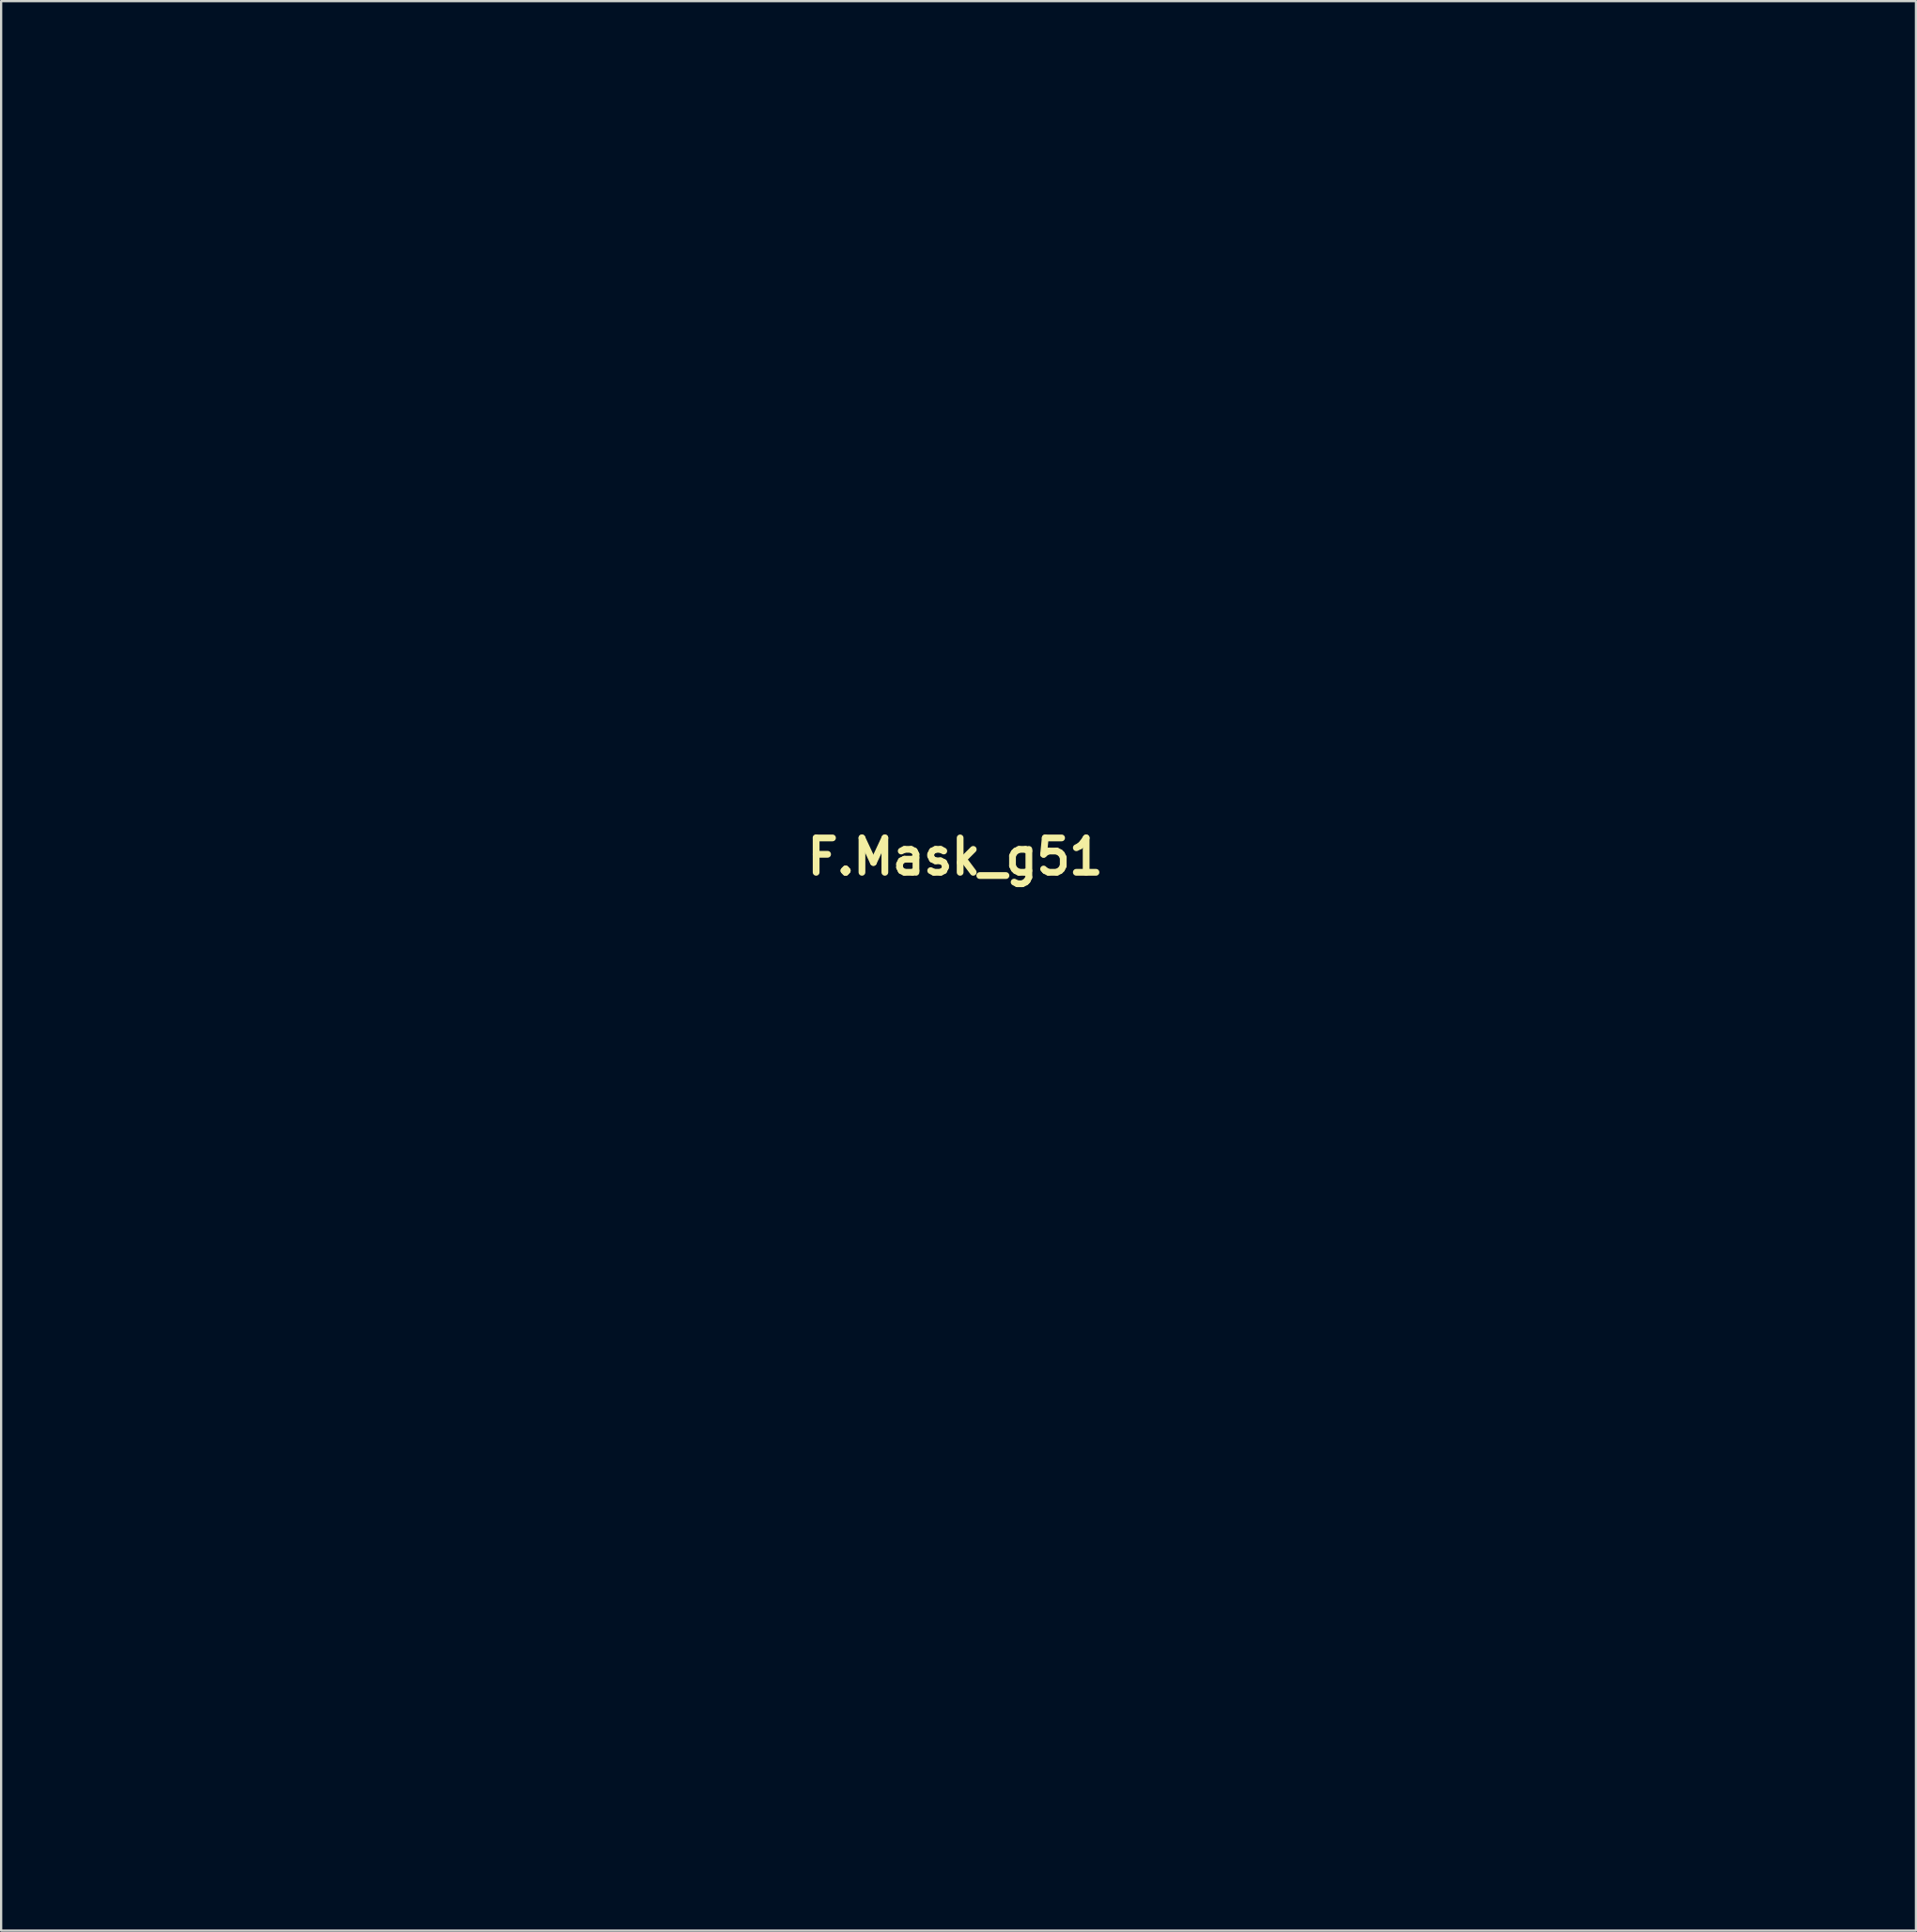
<source format=kicad_pcb>
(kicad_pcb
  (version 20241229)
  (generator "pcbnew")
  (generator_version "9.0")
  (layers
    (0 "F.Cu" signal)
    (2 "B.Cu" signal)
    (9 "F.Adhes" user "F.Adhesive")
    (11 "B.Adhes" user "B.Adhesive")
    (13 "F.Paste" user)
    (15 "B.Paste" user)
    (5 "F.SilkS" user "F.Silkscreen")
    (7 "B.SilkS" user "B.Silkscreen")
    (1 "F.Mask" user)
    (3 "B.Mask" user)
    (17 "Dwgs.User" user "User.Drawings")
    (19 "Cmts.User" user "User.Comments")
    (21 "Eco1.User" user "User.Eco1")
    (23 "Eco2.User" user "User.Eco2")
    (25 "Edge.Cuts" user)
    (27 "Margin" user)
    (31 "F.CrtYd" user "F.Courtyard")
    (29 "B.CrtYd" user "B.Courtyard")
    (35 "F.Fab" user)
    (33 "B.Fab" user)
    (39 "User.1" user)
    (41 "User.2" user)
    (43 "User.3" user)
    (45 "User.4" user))
  (footprint "F.Mask_g51"
    (layer "F.Cu")
    (at 39.312 34.945)
    (property "Reference" "F.Mask_g51" (at 0 0 0) (layer "F.SilkS") (effects (font (size 1.524 1.524) (thickness 0.3))))
    (attr through_hole)
    (fp_poly (pts (xy -12.067 11.083) (xy -12.015 11.183) (xy -12.013 11.343) (xy -12.036 11.458) (xy -12.077 11.59) (xy -12.126 11.656) (xy -12.179 11.676) (xy -12.276 11.652) (xy -12.316 11.605) (xy -12.352 11.478) (xy -12.359 11.32) (xy -12.335 11.175) (xy -12.318 11.131) (xy -12.241 11.065) (xy -12.168 11.049) (xy -12.067 11.083)) (stroke (width 0.01) (type solid)) (fill yes) (layer "F.Mask"))
    (fp_poly (pts (xy -10.021 4.753) (xy -9.991 4.845) (xy -10.026 4.923) (xy -10.12 5.006) (xy -10.25 5.084) (xy -10.397 5.148) (xy -10.539 5.19) (xy -10.656 5.2) (xy -10.728 5.169) (xy -10.732 5.164) (xy -10.729 5.095) (xy -10.669 5.001) (xy -10.568 4.898) (xy -10.441 4.806) (xy -10.403 4.784) (xy -10.24 4.72) (xy -10.109 4.71) (xy -10.021 4.753)) (stroke (width 0.01) (type solid)) (fill yes) (layer "F.Mask"))
    (fp_poly (pts (xy -10.762 1.938) (xy -10.781 2.263) (xy -10.813 2.516) (xy -10.863 2.708) (xy -10.934 2.851) (xy -11.03 2.956) (xy -11.099 3.004) (xy -11.276 3.074) (xy -11.458 3.083) (xy -11.617 3.031) (xy -11.65 3.009) (xy -11.751 2.883) (xy -11.827 2.695) (xy -11.874 2.465) (xy -11.886 2.212) (xy -11.879 2.108) (xy -11.83 1.83) (xy -11.737 1.622) (xy -11.592 1.478) (xy -11.39 1.391) (xy -11.124 1.356) (xy -11.047 1.355) (xy -10.741 1.355) (xy -10.762 1.938)) (stroke (width 0.01) (type solid)) (fill yes) (layer "F.Mask"))
    (fp_poly (pts (xy 12.611 -5.298) (xy 12.691 -5.224) (xy 12.739 -5.079) (xy 12.76 -4.858) (xy 12.76 -4.737) (xy 12.73 -4.479) (xy 12.652 -4.244) (xy 12.535 -4.055) (xy 12.44 -3.966) (xy 12.304 -3.9) (xy 12.142 -3.866) (xy 11.988 -3.868) (xy 11.874 -3.909) (xy 11.824 -3.965) (xy 11.8 -4.05) (xy 11.795 -4.191) (xy 11.795 -4.211) (xy 11.831 -4.492) (xy 11.919 -4.757) (xy 12.05 -4.988) (xy 12.213 -5.166) (xy 12.343 -5.25) (xy 12.496 -5.305) (xy 12.611 -5.298)) (stroke (width 0.01) (type solid)) (fill yes) (layer "F.Mask"))
    (fp_poly (pts (xy 14.551 2.914) (xy 14.62 3.006) (xy 14.689 3.143) (xy 14.749 3.305) (xy 14.792 3.473) (xy 14.801 3.524) (xy 14.827 3.718) (xy 14.663 3.764) (xy 14.555 3.792) (xy 14.486 3.805) (xy 14.478 3.806) (xy 14.425 3.792) (xy 14.351 3.772) (xy 14.294 3.749) (xy 14.263 3.709) (xy 14.25 3.63) (xy 14.248 3.49) (xy 14.248 3.464) (xy 14.269 3.252) (xy 14.32 3.074) (xy 14.396 2.947) (xy 14.489 2.887) (xy 14.492 2.886) (xy 14.551 2.914)) (stroke (width 0.01) (type solid)) (fill yes) (layer "F.Mask"))
    (fp_poly (pts (xy 15.118 -6.236) (xy 15.255 -6.127) (xy 15.355 -5.962) (xy 15.364 -5.937) (xy 15.401 -5.767) (xy 15.383 -5.604) (xy 15.303 -5.435) (xy 15.158 -5.248) (xy 15.027 -5.112) (xy 14.846 -4.947) (xy 14.705 -4.852) (xy 14.597 -4.823) (xy 14.516 -4.859) (xy 14.476 -4.914) (xy 14.424 -5.076) (xy 14.404 -5.286) (xy 14.417 -5.512) (xy 14.454 -5.691) (xy 14.533 -5.887) (xy 14.643 -6.059) (xy 14.769 -6.191) (xy 14.898 -6.265) (xy 14.961 -6.276) (xy 15.118 -6.236)) (stroke (width 0.01) (type solid)) (fill yes) (layer "F.Mask"))
    (fp_poly (pts (xy -12.226 3.417) (xy -12.189 3.43) (xy -12.086 3.516) (xy -12.006 3.668) (xy -11.955 3.872) (xy -11.938 4.094) (xy -11.973 4.372) (xy -12.072 4.611) (xy -12.23 4.799) (xy -12.37 4.894) (xy -12.467 4.939) (xy -12.538 4.945) (xy -12.621 4.91) (xy -12.685 4.872) (xy -12.877 4.715) (xy -12.994 4.524) (xy -13.038 4.292) (xy -13.039 4.26) (xy -13.014 4.005) (xy -12.935 3.795) (xy -12.789 3.606) (xy -12.772 3.589) (xy -12.598 3.461) (xy -12.41 3.402) (xy -12.226 3.417)) (stroke (width 0.01) (type solid)) (fill yes) (layer "F.Mask"))
    (fp_poly (pts (xy -9.82 -0.498) (xy -9.638 -0.439) (xy -9.523 -0.35) (xy -9.421 -0.175) (xy -9.376 0.049) (xy -9.387 0.308) (xy -9.455 0.587) (xy -9.511 0.731) (xy -9.626 0.894) (xy -9.795 1.011) (xy -9.998 1.072) (xy -10.213 1.068) (xy -10.276 1.053) (xy -10.387 1.001) (xy -10.464 0.911) (xy -10.512 0.772) (xy -10.536 0.57) (xy -10.54 0.373) (xy -10.527 0.088) (xy -10.486 -0.127) (xy -10.414 -0.284) (xy -10.305 -0.395) (xy -10.223 -0.442) (xy -10.024 -0.5) (xy -9.82 -0.498)) (stroke (width 0.01) (type solid)) (fill yes) (layer "F.Mask"))
    (fp_poly (pts (xy 11.827 -1.817) (xy 11.92 -1.723) (xy 11.976 -1.562) (xy 12 -1.326) (xy 12.001 -1.228) (xy 11.976 -0.932) (xy 11.899 -0.703) (xy 11.77 -0.537) (xy 11.585 -0.433) (xy 11.371 -0.39) (xy 11.231 -0.384) (xy 11.14 -0.399) (xy 11.068 -0.445) (xy 11.025 -0.486) (xy 10.962 -0.556) (xy 10.931 -0.624) (xy 10.925 -0.719) (xy 10.936 -0.861) (xy 10.994 -1.197) (xy 11.096 -1.465) (xy 11.241 -1.664) (xy 11.429 -1.79) (xy 11.515 -1.821) (xy 11.694 -1.848) (xy 11.827 -1.817)) (stroke (width 0.01) (type solid)) (fill yes) (layer "F.Mask"))
    (fp_poly (pts (xy 14.378 -2.587) (xy 14.5 -2.485) (xy 14.584 -2.333) (xy 14.626 -2.148) (xy 14.621 -1.946) (xy 14.562 -1.741) (xy 14.539 -1.693) (xy 14.434 -1.543) (xy 14.288 -1.405) (xy 14.125 -1.296) (xy 13.969 -1.235) (xy 13.907 -1.228) (xy 13.833 -1.255) (xy 13.777 -1.3) (xy 13.742 -1.349) (xy 13.723 -1.422) (xy 13.718 -1.538) (xy 13.726 -1.717) (xy 13.727 -1.734) (xy 13.765 -2.05) (xy 13.838 -2.302) (xy 13.944 -2.484) (xy 14.079 -2.593) (xy 14.224 -2.625) (xy 14.378 -2.587)) (stroke (width 0.01) (type solid)) (fill yes) (layer "F.Mask"))
    (fp_poly (pts (xy 12.283 -3.454) (xy 12.397 -3.397) (xy 12.459 -3.293) (xy 12.467 -3.262) (xy 12.471 -3.11) (xy 12.437 -2.913) (xy 12.373 -2.696) (xy 12.287 -2.485) (xy 12.188 -2.305) (xy 12.106 -2.2) (xy 12.014 -2.151) (xy 11.873 -2.121) (xy 11.71 -2.111) (xy 11.554 -2.12) (xy 11.433 -2.151) (xy 11.386 -2.183) (xy 11.359 -2.235) (xy 11.352 -2.318) (xy 11.364 -2.451) (xy 11.381 -2.569) (xy 11.456 -2.889) (xy 11.57 -3.143) (xy 11.721 -3.326) (xy 11.905 -3.437) (xy 12.105 -3.471) (xy 12.283 -3.454)) (stroke (width 0.01) (type solid)) (fill yes) (layer "F.Mask"))
    (fp_poly (pts (xy 13.865 -5.765) (xy 13.949 -5.684) (xy 14.008 -5.542) (xy 14.041 -5.36) (xy 14.047 -5.16) (xy 14.023 -4.96) (xy 13.968 -4.783) (xy 13.942 -4.731) (xy 13.852 -4.625) (xy 13.715 -4.524) (xy 13.553 -4.437) (xy 13.384 -4.371) (xy 13.228 -4.335) (xy 13.105 -4.337) (xy 13.049 -4.366) (xy 13.012 -4.455) (xy 13.003 -4.606) (xy 13.019 -4.799) (xy 13.06 -5.016) (xy 13.122 -5.24) (xy 13.164 -5.355) (xy 13.265 -5.532) (xy 13.406 -5.671) (xy 13.569 -5.761) (xy 13.735 -5.792) (xy 13.865 -5.765)) (stroke (width 0.01) (type solid)) (fill yes) (layer "F.Mask"))
    (fp_poly (pts (xy -10.691 3.388) (xy -10.586 3.465) (xy -10.514 3.599) (xy -10.507 3.619) (xy -10.48 3.793) (xy -10.487 4.006) (xy -10.526 4.224) (xy -10.591 4.411) (xy -10.613 4.453) (xy -10.733 4.591) (xy -10.896 4.687) (xy -11.077 4.736) (xy -11.253 4.729) (xy -11.378 4.676) (xy -11.46 4.605) (xy -11.517 4.514) (xy -11.558 4.383) (xy -11.591 4.192) (xy -11.599 4.131) (xy -11.618 3.883) (xy -11.598 3.702) (xy -11.528 3.572) (xy -11.399 3.482) (xy -11.201 3.418) (xy -11.057 3.388) (xy -10.844 3.365) (xy -10.691 3.388)) (stroke (width 0.01) (type solid)) (fill yes) (layer "F.Mask"))
    (fp_poly (pts (xy -9.136 2.992) (xy -9.03 3.056) (xy -8.966 3.188) (xy -8.936 3.393) (xy -8.932 3.53) (xy -8.956 3.841) (xy -9.032 4.093) (xy -9.165 4.295) (xy -9.362 4.46) (xy -9.469 4.523) (xy -9.559 4.562) (xy -9.633 4.559) (xy -9.727 4.52) (xy -9.804 4.45) (xy -9.89 4.321) (xy -9.976 4.157) (xy -10.048 3.98) (xy -10.096 3.813) (xy -10.107 3.749) (xy -10.111 3.567) (xy -10.072 3.421) (xy -9.98 3.299) (xy -9.826 3.193) (xy -9.6 3.09) (xy -9.491 3.048) (xy -9.287 2.991) (xy -9.136 2.992)) (stroke (width 0.01) (type solid)) (fill yes) (layer "F.Mask"))
    (fp_poly (pts (xy 3.523 22.128) (xy 3.595 22.166) (xy 3.718 22.281) (xy 3.81 22.444) (xy 3.852 22.621) (xy 3.852 22.647) (xy 3.816 22.781) (xy 3.722 22.92) (xy 3.59 23.04) (xy 3.485 23.099) (xy 3.333 23.138) (xy 3.147 23.154) (xy 2.963 23.145) (xy 2.817 23.112) (xy 2.795 23.102) (xy 2.683 23.006) (xy 2.638 22.877) (xy 2.667 22.741) (xy 2.682 22.715) (xy 2.758 22.627) (xy 2.883 22.51) (xy 3.033 22.384) (xy 3.187 22.267) (xy 3.323 22.176) (xy 3.356 22.157) (xy 3.448 22.119) (xy 3.523 22.128)) (stroke (width 0.01) (type solid)) (fill yes) (layer "F.Mask"))
    (fp_poly (pts (xy 12.395 -0.525) (xy 12.448 -0.438) (xy 12.476 -0.305) (xy 12.485 -0.122) (xy 12.477 0.077) (xy 12.452 0.258) (xy 12.427 0.352) (xy 12.359 0.509) (xy 12.28 0.609) (xy 12.172 0.659) (xy 12.017 0.667) (xy 11.801 0.641) (xy 11.79 0.639) (xy 11.668 0.613) (xy 11.58 0.584) (xy 11.568 0.578) (xy 11.524 0.505) (xy 11.523 0.379) (xy 11.56 0.219) (xy 11.63 0.041) (xy 11.726 -0.138) (xy 11.844 -0.3) (xy 11.854 -0.311) (xy 12.014 -0.464) (xy 12.163 -0.552) (xy 12.293 -0.573) (xy 12.395 -0.525)) (stroke (width 0.01) (type solid)) (fill yes) (layer "F.Mask"))
    (fp_poly (pts (xy 14.966 -4.598) (xy 15.026 -4.553) (xy 15.064 -4.508) (xy 15.128 -4.367) (xy 15.156 -4.171) (xy 15.149 -3.942) (xy 15.109 -3.698) (xy 15.041 -3.462) (xy 14.946 -3.252) (xy 14.879 -3.148) (xy 14.726 -2.999) (xy 14.549 -2.91) (xy 14.368 -2.887) (xy 14.266 -2.909) (xy 14.147 -2.98) (xy 14.07 -3.095) (xy 14.031 -3.264) (xy 14.03 -3.495) (xy 14.055 -3.73) (xy 14.107 -4.025) (xy 14.177 -4.247) (xy 14.274 -4.405) (xy 14.406 -4.511) (xy 14.581 -4.575) (xy 14.751 -4.602) (xy 14.885 -4.611) (xy 14.966 -4.598)) (stroke (width 0.01) (type solid)) (fill yes) (layer "F.Mask"))
    (fp_poly (pts (xy -9.485 1.184) (xy -9.379 1.285) (xy -9.302 1.447) (xy -9.257 1.651) (xy -9.247 1.875) (xy -9.274 2.102) (xy -9.339 2.312) (xy -9.354 2.345) (xy -9.494 2.578) (xy -9.646 2.737) (xy -9.806 2.822) (xy -9.968 2.827) (xy -10.126 2.752) (xy -10.148 2.734) (xy -10.25 2.606) (xy -10.334 2.419) (xy -10.392 2.199) (xy -10.414 1.973) (xy -10.414 1.966) (xy -10.411 1.863) (xy -10.393 1.785) (xy -10.349 1.711) (xy -10.266 1.619) (xy -10.141 1.497) (xy -9.921 1.309) (xy -9.736 1.196) (xy -9.584 1.16) (xy -9.485 1.184)) (stroke (width 0.01) (type solid)) (fill yes) (layer "F.Mask"))
    (fp_poly (pts (xy 13.035 -2.13) (xy 13.222 -2.109) (xy 13.341 -2.047) (xy 13.403 -1.935) (xy 13.42 -1.78) (xy 13.405 -1.592) (xy 13.364 -1.381) (xy 13.308 -1.181) (xy 13.242 -1.024) (xy 13.223 -0.992) (xy 13.096 -0.861) (xy 12.933 -0.783) (xy 12.759 -0.763) (xy 12.597 -0.804) (xy 12.503 -0.871) (xy 12.438 -0.947) (xy 12.41 -1.027) (xy 12.409 -1.144) (xy 12.414 -1.199) (xy 12.451 -1.406) (xy 12.518 -1.628) (xy 12.604 -1.835) (xy 12.698 -1.994) (xy 12.719 -2.021) (xy 12.792 -2.09) (xy 12.877 -2.122) (xy 13.007 -2.13) (xy 13.035 -2.13)) (stroke (width 0.01) (type solid)) (fill yes) (layer "F.Mask"))
    (fp_poly (pts (xy 16.402 -6.732) (xy 16.542 -6.634) (xy 16.542 -6.634) (xy 16.659 -6.481) (xy 16.712 -6.34) (xy 16.701 -6.187) (xy 16.63 -6.003) (xy 16.593 -5.933) (xy 16.441 -5.686) (xy 16.287 -5.496) (xy 16.135 -5.368) (xy 15.994 -5.305) (xy 15.869 -5.312) (xy 15.768 -5.393) (xy 15.76 -5.406) (xy 15.72 -5.489) (xy 15.697 -5.604) (xy 15.686 -5.772) (xy 15.684 -5.904) (xy 15.688 -6.101) (xy 15.701 -6.24) (xy 15.729 -6.347) (xy 15.776 -6.446) (xy 15.785 -6.463) (xy 15.913 -6.621) (xy 16.07 -6.721) (xy 16.239 -6.76) (xy 16.402 -6.732)) (stroke (width 0.01) (type solid)) (fill yes) (layer "F.Mask"))
    (fp_poly (pts (xy 16.188 -5.167) (xy 16.273 -5.057) (xy 16.335 -4.893) (xy 16.346 -4.84) (xy 16.356 -4.643) (xy 16.325 -4.422) (xy 16.259 -4.193) (xy 16.166 -3.972) (xy 16.054 -3.774) (xy 15.929 -3.614) (xy 15.8 -3.508) (xy 15.679 -3.471) (xy 15.598 -3.492) (xy 15.537 -3.568) (xy 15.508 -3.629) (xy 15.477 -3.742) (xy 15.448 -3.911) (xy 15.426 -4.106) (xy 15.42 -4.193) (xy 15.414 -4.45) (xy 15.435 -4.643) (xy 15.489 -4.791) (xy 15.585 -4.912) (xy 15.73 -5.024) (xy 15.783 -5.058) (xy 15.916 -5.135) (xy 16.027 -5.189) (xy 16.089 -5.207) (xy 16.188 -5.167)) (stroke (width 0.01) (type solid)) (fill yes) (layer "F.Mask"))
    (fp_poly (pts (xy -14.008 1.572) (xy -13.973 1.598) (xy -13.929 1.64) (xy -13.898 1.695) (xy -13.875 1.778) (xy -13.858 1.907) (xy -13.841 2.098) (xy -13.835 2.184) (xy -13.818 2.492) (xy -13.817 2.729) (xy -13.834 2.907) (xy -13.87 3.037) (xy -13.926 3.133) (xy -13.95 3.159) (xy -14.079 3.235) (xy -14.246 3.264) (xy -14.42 3.246) (xy -14.566 3.181) (xy -14.575 3.174) (xy -14.677 3.057) (xy -14.745 2.888) (xy -14.782 2.655) (xy -14.791 2.413) (xy -14.77 2.109) (xy -14.704 1.874) (xy -14.59 1.703) (xy -14.425 1.592) (xy -14.244 1.542) (xy -14.108 1.536) (xy -14.008 1.572)) (stroke (width 0.01) (type solid)) (fill yes) (layer "F.Mask"))
    (fp_poly (pts (xy -12.618 -0.36) (xy -12.548 -0.314) (xy -12.536 -0.301) (xy -12.491 -0.248) (xy -12.462 -0.181) (xy -12.445 -0.085) (xy -12.438 0.056) (xy -12.44 0.258) (xy -12.443 0.381) (xy -12.463 0.673) (xy -12.504 0.885) (xy -12.567 1.017) (xy -12.614 1.058) (xy -12.717 1.085) (xy -12.867 1.096) (xy -13.028 1.091) (xy -13.163 1.069) (xy -13.195 1.058) (xy -13.318 0.973) (xy -13.396 0.832) (xy -13.432 0.628) (xy -13.434 0.48) (xy -13.408 0.178) (xy -13.343 -0.052) (xy -13.234 -0.217) (xy -13.077 -0.321) (xy -12.871 -0.37) (xy -12.854 -0.372) (xy -12.71 -0.377) (xy -12.618 -0.36)) (stroke (width 0.01) (type solid)) (fill yes) (layer "F.Mask"))
    (fp_poly (pts (xy -12.46 1.389) (xy -12.392 1.473) (xy -12.352 1.619) (xy -12.338 1.834) (xy -12.346 2.123) (xy -12.359 2.319) (xy -12.375 2.532) (xy -12.389 2.715) (xy -12.398 2.851) (xy -12.403 2.923) (xy -12.403 2.93) (xy -12.429 2.977) (xy -12.494 3.062) (xy -12.535 3.11) (xy -12.661 3.224) (xy -12.779 3.262) (xy -12.902 3.223) (xy -13.039 3.105) (xy -13.078 3.062) (xy -13.231 2.838) (xy -13.343 2.571) (xy -13.405 2.293) (xy -13.41 2.069) (xy -13.362 1.879) (xy -13.252 1.716) (xy -13.073 1.572) (xy -12.872 1.462) (xy -12.697 1.39) (xy -12.561 1.364) (xy -12.46 1.389)) (stroke (width 0.01) (type solid)) (fill yes) (layer "F.Mask"))
    (fp_poly (pts (xy 13.442 -4.041) (xy 13.569 -3.968) (xy 13.659 -3.837) (xy 13.717 -3.639) (xy 13.748 -3.367) (xy 13.748 -3.365) (xy 13.743 -3.064) (xy 13.688 -2.826) (xy 13.583 -2.652) (xy 13.468 -2.564) (xy 13.373 -2.526) (xy 13.229 -2.479) (xy 13.065 -2.433) (xy 12.912 -2.395) (xy 12.799 -2.373) (xy 12.774 -2.371) (xy 12.756 -2.409) (xy 12.745 -2.505) (xy 12.744 -2.572) (xy 12.752 -2.804) (xy 12.77 -3.056) (xy 12.797 -3.305) (xy 12.829 -3.53) (xy 12.865 -3.709) (xy 12.893 -3.804) (xy 12.973 -3.954) (xy 13.075 -4.034) (xy 13.225 -4.063) (xy 13.271 -4.064) (xy 13.442 -4.041)) (stroke (width 0.01) (type solid)) (fill yes) (layer "F.Mask"))
    (fp_poly (pts (xy -11.137 -0.459) (xy -11.017 -0.402) (xy -10.982 -0.361) (xy -10.956 -0.309) (xy -10.939 -0.241) (xy -10.93 -0.142) (xy -10.93 0.004) (xy -10.937 0.21) (xy -10.944 0.376) (xy -10.956 0.63) (xy -10.97 0.812) (xy -10.992 0.933) (xy -11.033 1.006) (xy -11.099 1.043) (xy -11.2 1.056) (xy -11.343 1.058) (xy -11.41 1.058) (xy -11.608 1.044) (xy -11.742 1.003) (xy -11.759 0.992) (xy -11.886 0.856) (xy -11.969 0.668) (xy -12.008 0.451) (xy -12.002 0.226) (xy -11.95 0.015) (xy -11.85 -0.158) (xy -11.822 -0.189) (xy -11.654 -0.324) (xy -11.473 -0.417) (xy -11.295 -0.463) (xy -11.137 -0.459)) (stroke (width 0.01) (type solid)) (fill yes) (layer "F.Mask"))
    (fp_poly (pts (xy -0.702 24.45) (xy -0.442 24.553) (xy -0.211 24.711) (xy -0.029 24.911) (xy 0.072 25.096) (xy 0.113 25.252) (xy 0.137 25.447) (xy 0.145 25.653) (xy 0.135 25.843) (xy 0.106 25.987) (xy 0.09 26.025) (xy 0.033 26.094) (xy -0.041 26.111) (xy -0.143 26.071) (xy -0.282 25.971) (xy -0.431 25.84) (xy -0.609 25.683) (xy -0.809 25.516) (xy -0.995 25.369) (xy -1.034 25.34) (xy -1.232 25.184) (xy -1.398 25.033) (xy -1.523 24.899) (xy -1.595 24.792) (xy -1.609 24.745) (xy -1.569 24.645) (xy -1.464 24.552) (xy -1.311 24.476) (xy -1.129 24.426) (xy -0.974 24.413) (xy -0.702 24.45)) (stroke (width 0.01) (type solid)) (fill yes) (layer "F.Mask"))
    (fp_poly (pts (xy -13.986 -0.289) (xy -13.922 -0.258) (xy -13.88 -0.194) (xy -13.856 -0.085) (xy -13.849 0.08) (xy -13.854 0.311) (xy -13.862 0.484) (xy -13.877 0.76) (xy -13.897 0.963) (xy -13.926 1.103) (xy -13.97 1.193) (xy -14.034 1.243) (xy -14.125 1.265) (xy -14.248 1.269) (xy -14.257 1.269) (xy -14.411 1.26) (xy -14.546 1.236) (xy -14.604 1.216) (xy -14.737 1.105) (xy -14.838 0.935) (xy -14.905 0.728) (xy -14.932 0.505) (xy -14.916 0.287) (xy -14.852 0.097) (xy -14.829 0.057) (xy -14.75 -0.018) (xy -14.615 -0.102) (xy -14.45 -0.184) (xy -14.281 -0.251) (xy -14.134 -0.29) (xy -14.075 -0.296) (xy -13.986 -0.289)) (stroke (width 0.01) (type solid)) (fill yes) (layer "F.Mask"))
    (fp_poly (pts (xy -14.394 12.105) (xy -14.309 12.207) (xy -14.221 12.381) (xy -14.121 12.631) (xy -14.072 12.765) (xy -13.979 13.058) (xy -13.936 13.294) (xy -13.945 13.486) (xy -14.009 13.651) (xy -14.133 13.8) (xy -14.319 13.948) (xy -14.352 13.971) (xy -14.681 14.169) (xy -14.986 14.304) (xy -15.261 14.374) (xy -15.5 14.376) (xy -15.652 14.333) (xy -15.776 14.245) (xy -15.883 14.114) (xy -15.949 13.973) (xy -15.96 13.902) (xy -15.933 13.812) (xy -15.859 13.67) (xy -15.747 13.487) (xy -15.603 13.276) (xy -15.437 13.048) (xy -15.257 12.814) (xy -15.071 12.587) (xy -14.887 12.378) (xy -14.848 12.335) (xy -14.703 12.19) (xy -14.584 12.101) (xy -14.484 12.071) (xy -14.394 12.105)) (stroke (width 0.01) (type solid)) (fill yes) (layer "F.Mask"))
    (fp_poly (pts (xy 15.825 4.398) (xy 15.94 4.442) (xy 16.094 4.516) (xy 16.271 4.613) (xy 16.457 4.723) (xy 16.635 4.839) (xy 16.789 4.951) (xy 16.829 4.983) (xy 17.013 5.153) (xy 17.118 5.303) (xy 17.145 5.44) (xy 17.093 5.576) (xy 16.963 5.721) (xy 16.838 5.823) (xy 16.581 6.001) (xy 16.352 6.114) (xy 16.131 6.17) (xy 15.896 6.172) (xy 15.626 6.126) (xy 15.594 6.118) (xy 15.435 6.076) (xy 15.342 6.036) (xy 15.297 5.985) (xy 15.283 5.909) (xy 15.282 5.871) (xy 15.295 5.787) (xy 15.33 5.645) (xy 15.382 5.462) (xy 15.446 5.254) (xy 15.515 5.038) (xy 15.586 4.829) (xy 15.652 4.644) (xy 15.708 4.5) (xy 15.75 4.412) (xy 15.764 4.394) (xy 15.825 4.398)) (stroke (width 0.01) (type solid)) (fill yes) (layer "F.Mask"))
    (fp_poly (pts (xy -11.881 17.385) (xy -11.7 17.418) (xy -11.541 17.458) (xy -10.952 17.642) (xy -10.43 17.863) (xy -9.98 18.119) (xy -9.605 18.408) (xy -9.595 18.417) (xy -9.438 18.575) (xy -9.348 18.706) (xy -9.318 18.823) (xy -9.333 18.919) (xy -9.381 18.979) (xy -9.487 19.071) (xy -9.639 19.186) (xy -9.823 19.314) (xy -10.023 19.446) (xy -10.227 19.572) (xy -10.421 19.682) (xy -10.561 19.755) (xy -10.775 19.846) (xy -10.944 19.887) (xy -11.091 19.877) (xy -11.237 19.818) (xy -11.306 19.777) (xy -11.586 19.55) (xy -11.823 19.255) (xy -12.015 18.897) (xy -12.156 18.484) (xy -12.196 18.316) (xy -12.251 18.006) (xy -12.274 17.769) (xy -12.264 17.6) (xy -12.221 17.494) (xy -12.203 17.474) (xy -12.114 17.412) (xy -12.013 17.383) (xy -11.881 17.385)) (stroke (width 0.01) (type solid)) (fill yes) (layer "F.Mask"))
    (fp_poly (pts (xy 15.142 4.194) (xy 15.199 4.218) (xy 15.215 4.286) (xy 15.203 4.419) (xy 15.167 4.604) (xy 15.111 4.829) (xy 15.04 5.08) (xy 14.957 5.344) (xy 14.865 5.608) (xy 14.769 5.859) (xy 14.672 6.084) (xy 14.621 6.19) (xy 14.539 6.323) (xy 14.45 6.423) (xy 14.37 6.472) (xy 14.343 6.474) (xy 14.301 6.455) (xy 14.205 6.413) (xy 14.112 6.37) (xy 13.987 6.308) (xy 13.895 6.251) (xy 13.865 6.224) (xy 13.863 6.165) (xy 13.88 6.045) (xy 13.914 5.883) (xy 13.943 5.766) (xy 14.002 5.529) (xy 14.065 5.257) (xy 14.121 4.997) (xy 14.137 4.92) (xy 14.185 4.687) (xy 14.227 4.522) (xy 14.27 4.41) (xy 14.32 4.336) (xy 14.386 4.283) (xy 14.436 4.254) (xy 14.544 4.219) (xy 14.695 4.194) (xy 14.862 4.18) (xy 15.02 4.18) (xy 15.142 4.194)) (stroke (width 0.01) (type solid)) (fill yes) (layer "F.Mask"))
    (fp_poly (pts (xy -11.788 8.144) (xy -11.79 8.202) (xy -11.847 8.314) (xy -11.957 8.479) (xy -12.088 8.657) (xy -12.232 8.863) (xy -12.333 9.05) (xy -12.397 9.241) (xy -12.432 9.46) (xy -12.445 9.73) (xy -12.446 9.836) (xy -12.451 10.098) (xy -12.468 10.278) (xy -12.494 10.376) (xy -12.499 10.383) (xy -12.561 10.432) (xy -12.672 10.496) (xy -12.8 10.559) (xy -12.916 10.607) (xy -12.989 10.625) (xy -13.039 10.607) (xy -13.142 10.561) (xy -13.275 10.498) (xy -13.436 10.406) (xy -13.618 10.278) (xy -13.785 10.141) (xy -13.801 10.127) (xy -13.933 10.001) (xy -14.01 9.913) (xy -14.044 9.847) (xy -14.044 9.788) (xy -14.042 9.777) (xy -13.994 9.702) (xy -13.881 9.586) (xy -13.709 9.434) (xy -13.483 9.251) (xy -13.21 9.042) (xy -12.895 8.811) (xy -12.666 8.648) (xy -12.366 8.441) (xy -12.13 8.287) (xy -11.956 8.186) (xy -11.843 8.138) (xy -11.788 8.144)) (stroke (width 0.01) (type solid)) (fill yes) (layer "F.Mask"))
    (fp_poly (pts (xy -8.938 19.339) (xy -8.847 19.443) (xy -8.759 19.622) (xy -8.663 19.878) (xy -8.65 19.915) (xy -8.598 20.094) (xy -8.539 20.335) (xy -8.479 20.615) (xy -8.421 20.912) (xy -8.371 21.204) (xy -8.331 21.47) (xy -8.319 21.571) (xy -8.291 21.827) (xy -8.503 22.025) (xy -8.715 22.204) (xy -8.968 22.383) (xy -9.274 22.568) (xy -9.643 22.766) (xy -9.963 22.925) (xy -10.281 23.076) (xy -10.535 23.191) (xy -10.737 23.274) (xy -10.898 23.327) (xy -11.028 23.354) (xy -11.14 23.359) (xy -11.244 23.344) (xy -11.312 23.326) (xy -11.523 23.221) (xy -11.704 23.051) (xy -11.842 22.837) (xy -11.922 22.595) (xy -11.938 22.437) (xy -11.9 22.185) (xy -11.789 21.901) (xy -11.606 21.588) (xy -11.356 21.251) (xy -11.04 20.892) (xy -10.663 20.516) (xy -10.226 20.126) (xy -9.734 19.725) (xy -9.554 19.587) (xy -9.341 19.433) (xy -9.175 19.338) (xy -9.044 19.306) (xy -8.938 19.339)) (stroke (width 0.01) (type solid)) (fill yes) (layer "F.Mask"))
    (fp_poly (pts (xy -15.062 10.141) (xy -14.933 10.217) (xy -14.829 10.361) (xy -14.756 10.565) (xy -14.716 10.822) (xy -14.711 10.971) (xy -14.711 11.296) (xy -15.003 11.724) (xy -15.335 12.186) (xy -15.706 12.663) (xy -16.096 13.13) (xy -16.483 13.562) (xy -16.699 13.785) (xy -16.954 14.034) (xy -17.169 14.224) (xy -17.357 14.363) (xy -17.528 14.458) (xy -17.694 14.517) (xy -17.804 14.541) (xy -17.988 14.57) (xy -18.117 14.583) (xy -18.216 14.583) (xy -18.314 14.57) (xy -18.349 14.564) (xy -18.535 14.49) (xy -18.666 14.361) (xy -18.739 14.191) (xy -18.746 13.994) (xy -18.682 13.784) (xy -18.673 13.767) (xy -18.612 13.674) (xy -18.5 13.532) (xy -18.344 13.347) (xy -18.151 13.126) (xy -17.926 12.876) (xy -17.678 12.605) (xy -17.411 12.318) (xy -17.134 12.024) (xy -16.852 11.728) (xy -16.572 11.438) (xy -16.301 11.16) (xy -16.045 10.902) (xy -15.811 10.671) (xy -15.605 10.472) (xy -15.435 10.314) (xy -15.306 10.203) (xy -15.225 10.146) (xy -15.211 10.141) (xy -15.062 10.141)) (stroke (width 0.01) (type solid)) (fill yes) (layer "F.Mask"))
    (fp_poly (pts (xy 19.382 -2.203) (xy 19.389 -2.144) (xy 19.367 -1.972) (xy 19.31 -1.763) (xy 19.228 -1.548) (xy 19.133 -1.361) (xy 19.121 -1.342) (xy 18.905 -1.069) (xy 18.626 -0.815) (xy 18.307 -0.596) (xy 17.968 -0.428) (xy 17.783 -0.363) (xy 17.585 -0.326) (xy 17.329 -0.305) (xy 17.039 -0.302) (xy 16.74 -0.316) (xy 16.455 -0.346) (xy 16.277 -0.377) (xy 16.039 -0.43) (xy 15.776 -0.49) (xy 15.5 -0.556) (xy 15.223 -0.624) (xy 14.957 -0.69) (xy 14.715 -0.753) (xy 14.508 -0.808) (xy 14.35 -0.852) (xy 14.251 -0.884) (xy 14.224 -0.897) (xy 14.25 -0.941) (xy 14.318 -1.031) (xy 14.416 -1.151) (xy 14.446 -1.187) (xy 14.58 -1.346) (xy 14.717 -1.513) (xy 14.828 -1.654) (xy 14.829 -1.655) (xy 14.989 -1.863) (xy 15.802 -1.864) (xy 16.277 -1.871) (xy 16.764 -1.89) (xy 17.25 -1.919) (xy 17.721 -1.958) (xy 18.165 -2.005) (xy 18.567 -2.059) (xy 18.915 -2.118) (xy 19.195 -2.181) (xy 19.251 -2.197) (xy 19.344 -2.219) (xy 19.382 -2.203)) (stroke (width 0.01) (type solid)) (fill yes) (layer "F.Mask"))
    (fp_poly (pts (xy -14.08 10.778) (xy -13.944 10.823) (xy -13.744 10.905) (xy -13.552 10.992) (xy -13.381 11.069) (xy -13.235 11.13) (xy -13.134 11.168) (xy -13.101 11.176) (xy -13.024 11.214) (xy -12.928 11.32) (xy -12.821 11.481) (xy -12.709 11.684) (xy -12.6 11.917) (xy -12.499 12.165) (xy -12.415 12.417) (xy -12.398 12.477) (xy -12.365 12.609) (xy -12.342 12.733) (xy -12.328 12.867) (xy -12.321 13.031) (xy -12.321 13.242) (xy -12.327 13.519) (xy -12.327 13.522) (xy -12.336 13.83) (xy -12.35 14.063) (xy -12.368 14.229) (xy -12.392 14.337) (xy -12.406 14.372) (xy -12.482 14.47) (xy -12.575 14.513) (xy -12.661 14.494) (xy -12.686 14.469) (xy -12.723 14.402) (xy -12.787 14.267) (xy -12.873 14.075) (xy -12.977 13.834) (xy -13.095 13.555) (xy -13.223 13.249) (xy -13.358 12.923) (xy -13.494 12.59) (xy -13.629 12.257) (xy -13.757 11.936) (xy -13.876 11.636) (xy -13.981 11.367) (xy -14.068 11.138) (xy -14.133 10.96) (xy -14.172 10.842) (xy -14.182 10.798) (xy -14.157 10.771) (xy -14.08 10.778)) (stroke (width 0.01) (type solid)) (fill yes) (layer "F.Mask"))
    (fp_poly (pts (xy -9.091 8.25) (xy -8.795 8.298) (xy -8.447 8.39) (xy -8.403 8.403) (xy -7.903 8.574) (xy -7.461 8.766) (xy -7.048 8.992) (xy -6.843 9.123) (xy -6.64 9.266) (xy -6.512 9.378) (xy -6.452 9.463) (xy -6.449 9.472) (xy -6.45 9.584) (xy -6.488 9.753) (xy -6.558 9.963) (xy -6.654 10.198) (xy -6.763 10.424) (xy -6.869 10.605) (xy -7.005 10.799) (xy -7.157 10.992) (xy -7.312 11.167) (xy -7.457 11.308) (xy -7.577 11.402) (xy -7.624 11.425) (xy -7.781 11.459) (xy -7.989 11.465) (xy -8.258 11.445) (xy -8.595 11.398) (xy -8.77 11.367) (xy -9.313 11.257) (xy -9.778 11.133) (xy -10.174 10.995) (xy -10.507 10.839) (xy -10.784 10.663) (xy -10.831 10.627) (xy -11.063 10.415) (xy -11.216 10.204) (xy -11.297 9.981) (xy -11.309 9.734) (xy -11.292 9.594) (xy -11.222 9.36) (xy -11.098 9.146) (xy -10.912 8.948) (xy -10.661 8.76) (xy -10.337 8.579) (xy -9.935 8.399) (xy -9.843 8.361) (xy -9.596 8.282) (xy -9.352 8.245) (xy -9.091 8.25)) (stroke (width 0.01) (type solid)) (fill yes) (layer "F.Mask"))
    (fp_poly (pts (xy 6.886 -0.327) (xy 7.351 -0.293) (xy 7.797 -0.239) (xy 8.216 -0.168) (xy 8.596 -0.081) (xy 8.928 0.02) (xy 9.202 0.132) (xy 9.407 0.252) (xy 9.49 0.325) (xy 9.554 0.398) (xy 9.561 0.441) (xy 9.516 0.483) (xy 9.506 0.49) (xy 9.411 0.53) (xy 9.28 0.551) (xy 9.252 0.551) (xy 9.171 0.554) (xy 9.016 0.563) (xy 8.798 0.575) (xy 8.528 0.591) (xy 8.217 0.611) (xy 7.877 0.633) (xy 7.556 0.654) (xy 7.1 0.685) (xy 6.712 0.715) (xy 6.375 0.744) (xy 6.073 0.775) (xy 5.789 0.809) (xy 5.508 0.848) (xy 5.212 0.893) (xy 5.016 0.926) (xy 4.492 1.011) (xy 4.018 1.085) (xy 3.599 1.146) (xy 3.24 1.193) (xy 2.945 1.226) (xy 2.721 1.245) (xy 2.571 1.248) (xy 2.508 1.24) (xy 2.464 1.206) (xy 2.469 1.149) (xy 2.529 1.06) (xy 2.649 0.931) (xy 2.741 0.84) (xy 3.01 0.599) (xy 3.266 0.408) (xy 3.538 0.247) (xy 3.743 0.146) (xy 4.195 -0.035) (xy 4.678 -0.172) (xy 5.205 -0.266) (xy 5.785 -0.321) (xy 6.413 -0.339) (xy 6.886 -0.327)) (stroke (width 0.01) (type solid)) (fill yes) (layer "F.Mask"))
    (fp_poly (pts (xy 21.747 -6.927) (xy 21.774 -6.857) (xy 21.788 -6.734) (xy 21.79 -6.586) (xy 21.779 -6.443) (xy 21.764 -6.369) (xy 21.697 -6.219) (xy 21.571 -6.035) (xy 21.398 -5.83) (xy 21.189 -5.616) (xy 20.956 -5.407) (xy 20.892 -5.354) (xy 20.515 -5.096) (xy 20.082 -4.876) (xy 19.618 -4.705) (xy 19.441 -4.657) (xy 19.215 -4.609) (xy 18.933 -4.564) (xy 18.611 -4.523) (xy 18.269 -4.486) (xy 17.922 -4.456) (xy 17.59 -4.434) (xy 17.289 -4.422) (xy 17.039 -4.421) (xy 16.87 -4.432) (xy 16.697 -4.477) (xy 16.583 -4.574) (xy 16.511 -4.737) (xy 16.508 -4.747) (xy 16.5 -4.931) (xy 16.558 -5.128) (xy 16.671 -5.321) (xy 16.827 -5.491) (xy 17.015 -5.62) (xy 17.109 -5.661) (xy 17.181 -5.682) (xy 17.325 -5.721) (xy 17.532 -5.776) (xy 17.791 -5.843) (xy 18.094 -5.921) (xy 18.429 -6.006) (xy 18.788 -6.096) (xy 18.874 -6.118) (xy 19.262 -6.217) (xy 19.651 -6.318) (xy 20.025 -6.419) (xy 20.373 -6.515) (xy 20.679 -6.603) (xy 20.931 -6.678) (xy 21.111 -6.737) (xy 21.324 -6.808) (xy 21.508 -6.867) (xy 21.649 -6.908) (xy 21.732 -6.927) (xy 21.747 -6.927)) (stroke (width 0.01) (type solid)) (fill yes) (layer "F.Mask"))
    (fp_poly (pts (xy 21.158 -1.255) (xy 21.541 -1.213) (xy 21.991 -1.171) (xy 22.49 -1.128) (xy 23.02 -1.086) (xy 23.563 -1.047) (xy 24.102 -1.012) (xy 24.618 -0.981) (xy 25.094 -0.957) (xy 25.512 -0.941) (xy 25.627 -0.937) (xy 25.764 -0.911) (xy 25.841 -0.837) (xy 25.86 -0.711) (xy 25.822 -0.529) (xy 25.764 -0.372) (xy 25.634 -0.101) (xy 25.464 0.181) (xy 25.268 0.46) (xy 25.057 0.721) (xy 24.843 0.95) (xy 24.636 1.132) (xy 24.45 1.254) (xy 24.423 1.267) (xy 24.174 1.354) (xy 23.893 1.407) (xy 23.567 1.426) (xy 23.183 1.413) (xy 22.963 1.395) (xy 22.689 1.361) (xy 22.412 1.311) (xy 22.122 1.241) (xy 21.805 1.148) (xy 21.449 1.029) (xy 21.044 0.879) (xy 20.575 0.695) (xy 20.532 0.677) (xy 20.284 0.579) (xy 20.037 0.484) (xy 19.813 0.401) (xy 19.634 0.338) (xy 19.568 0.317) (xy 19.355 0.234) (xy 19.157 0.129) (xy 18.988 0.012) (xy 18.865 -0.105) (xy 18.801 -0.212) (xy 18.796 -0.246) (xy 18.828 -0.355) (xy 18.916 -0.503) (xy 19.049 -0.674) (xy 19.217 -0.857) (xy 19.408 -1.036) (xy 19.486 -1.102) (xy 19.859 -1.407) (xy 21.158 -1.255)) (stroke (width 0.01) (type solid)) (fill yes) (layer "F.Mask"))
    (fp_poly (pts (xy -11.347 5.358) (xy -11.31 5.421) (xy -11.304 5.437) (xy -11.28 5.553) (xy -11.265 5.729) (xy -11.26 5.944) (xy -11.264 6.174) (xy -11.277 6.397) (xy -11.298 6.59) (xy -11.326 6.723) (xy -11.432 6.961) (xy -11.614 7.223) (xy -11.87 7.507) (xy -12.196 7.808) (xy -12.588 8.124) (xy -13.043 8.451) (xy -13.139 8.516) (xy -13.668 8.845) (xy -14.159 9.102) (xy -14.613 9.284) (xy -15.027 9.393) (xy -15.403 9.428) (xy -15.739 9.388) (xy -15.783 9.377) (xy -16.002 9.297) (xy -16.21 9.187) (xy -16.392 9.06) (xy -16.533 8.926) (xy -16.619 8.798) (xy -16.637 8.719) (xy -16.625 8.661) (xy -16.585 8.595) (xy -16.512 8.516) (xy -16.4 8.422) (xy -16.243 8.307) (xy -16.035 8.166) (xy -15.77 7.997) (xy -15.444 7.795) (xy -15.05 7.555) (xy -14.703 7.344) (xy -14.341 7.119) (xy -13.98 6.892) (xy -13.635 6.672) (xy -13.324 6.47) (xy -13.061 6.296) (xy -12.954 6.223) (xy -12.626 5.998) (xy -12.359 5.816) (xy -12.147 5.672) (xy -11.98 5.562) (xy -11.851 5.482) (xy -11.752 5.425) (xy -11.675 5.388) (xy -11.613 5.365) (xy -11.557 5.352) (xy -11.519 5.346) (xy -11.407 5.337) (xy -11.347 5.358)) (stroke (width 0.01) (type solid)) (fill yes) (layer "F.Mask"))
    (fp_poly (pts (xy 16.364 2.223) (xy 16.545 2.228) (xy 16.69 2.244) (xy 16.818 2.277) (xy 16.947 2.332) (xy 17.096 2.416) (xy 17.284 2.535) (xy 17.469 2.655) (xy 17.689 2.799) (xy 17.93 2.961) (xy 18.182 3.132) (xy 18.437 3.307) (xy 18.684 3.478) (xy 18.913 3.639) (xy 19.114 3.783) (xy 19.278 3.902) (xy 19.395 3.99) (xy 19.454 4.039) (xy 19.459 4.046) (xy 19.455 4.108) (xy 19.425 4.222) (xy 19.388 4.331) (xy 19.267 4.56) (xy 19.093 4.758) (xy 18.885 4.912) (xy 18.661 5.008) (xy 18.457 5.034) (xy 18.354 5.021) (xy 18.211 4.994) (xy 18.14 4.977) (xy 17.957 4.925) (xy 17.72 4.848) (xy 17.449 4.755) (xy 17.169 4.654) (xy 16.901 4.553) (xy 16.668 4.459) (xy 16.493 4.382) (xy 16.489 4.38) (xy 16.297 4.269) (xy 16.081 4.111) (xy 15.859 3.925) (xy 15.649 3.726) (xy 15.47 3.532) (xy 15.341 3.359) (xy 15.316 3.317) (xy 15.246 3.156) (xy 15.186 2.96) (xy 15.143 2.757) (xy 15.122 2.574) (xy 15.129 2.44) (xy 15.13 2.435) (xy 15.171 2.361) (xy 15.257 2.305) (xy 15.396 2.265) (xy 15.596 2.239) (xy 15.866 2.226) (xy 16.129 2.223) (xy 16.364 2.223)) (stroke (width 0.01) (type solid)) (fill yes) (layer "F.Mask"))
    (fp_poly (pts (xy -15.35 1.49) (xy -15.306 1.498) (xy -15.246 1.524) (xy -15.211 1.571) (xy -15.2 1.654) (xy -15.211 1.784) (xy -15.246 1.974) (xy -15.286 2.159) (xy -15.344 2.406) (xy -15.396 2.586) (xy -15.454 2.713) (xy -15.526 2.804) (xy -15.624 2.874) (xy -15.757 2.938) (xy -15.807 2.959) (xy -16.333 3.154) (xy -16.928 3.335) (xy -17.577 3.496) (xy -18.265 3.636) (xy -18.978 3.752) (xy -19.7 3.839) (xy -20.133 3.876) (xy -20.518 3.905) (xy -20.775 3.564) (xy -20.93 3.338) (xy -21.059 3.11) (xy -21.153 2.9) (xy -21.203 2.725) (xy -21.209 2.662) (xy -21.18 2.577) (xy -21.109 2.477) (xy -21.09 2.457) (xy -21.029 2.405) (xy -20.955 2.362) (xy -20.857 2.326) (xy -20.726 2.295) (xy -20.552 2.267) (xy -20.324 2.241) (xy -20.034 2.215) (xy -19.67 2.187) (xy -19.593 2.182) (xy -19.328 2.161) (xy -19.095 2.141) (xy -18.879 2.117) (xy -18.665 2.088) (xy -18.438 2.052) (xy -18.183 2.007) (xy -17.884 1.949) (xy -17.528 1.877) (xy -17.26 1.822) (xy -16.823 1.731) (xy -16.46 1.658) (xy -16.164 1.599) (xy -15.928 1.554) (xy -15.742 1.521) (xy -15.599 1.5) (xy -15.492 1.489) (xy -15.411 1.486) (xy -15.35 1.49)) (stroke (width 0.01) (type solid)) (fill yes) (layer "F.Mask"))
    (fp_poly (pts (xy 18.56 0.398) (xy 18.724 0.469) (xy 18.745 0.479) (xy 18.856 0.528) (xy 19.036 0.603) (xy 19.274 0.701) (xy 19.558 0.817) (xy 19.879 0.947) (xy 20.226 1.086) (xy 20.588 1.23) (xy 20.689 1.27) (xy 21.115 1.439) (xy 21.469 1.582) (xy 21.756 1.7) (xy 21.984 1.799) (xy 22.16 1.881) (xy 22.289 1.95) (xy 22.379 2.009) (xy 22.436 2.061) (xy 22.467 2.109) (xy 22.478 2.158) (xy 22.479 2.175) (xy 22.45 2.293) (xy 22.373 2.45) (xy 22.26 2.627) (xy 22.124 2.804) (xy 21.996 2.944) (xy 21.684 3.208) (xy 21.366 3.393) (xy 21.03 3.501) (xy 20.666 3.535) (xy 20.262 3.499) (xy 20.194 3.487) (xy 19.835 3.407) (xy 19.507 3.301) (xy 19.188 3.159) (xy 18.855 2.972) (xy 18.57 2.788) (xy 18.231 2.558) (xy 17.955 2.37) (xy 17.737 2.219) (xy 17.57 2.101) (xy 17.448 2.01) (xy 17.363 1.942) (xy 17.31 1.891) (xy 17.282 1.853) (xy 17.272 1.823) (xy 17.272 1.817) (xy 17.299 1.739) (xy 17.367 1.633) (xy 17.413 1.577) (xy 17.489 1.48) (xy 17.595 1.331) (xy 17.718 1.147) (xy 17.844 0.95) (xy 17.859 0.925) (xy 18.007 0.692) (xy 18.125 0.525) (xy 18.227 0.419) (xy 18.324 0.367) (xy 18.431 0.362) (xy 18.56 0.398)) (stroke (width 0.01) (type solid)) (fill yes) (layer "F.Mask"))
    (fp_poly (pts (xy 20.673 -4.516) (xy 20.697 -4.455) (xy 20.672 -4.339) (xy 20.599 -4.163) (xy 20.51 -3.982) (xy 20.352 -3.717) (xy 20.158 -3.457) (xy 19.944 -3.219) (xy 19.727 -3.021) (xy 19.523 -2.881) (xy 19.492 -2.865) (xy 19.344 -2.8) (xy 19.173 -2.746) (xy 18.969 -2.7) (xy 18.722 -2.66) (xy 18.421 -2.625) (xy 18.057 -2.593) (xy 17.618 -2.563) (xy 17.607 -2.562) (xy 17.273 -2.544) (xy 16.923 -2.529) (xy 16.568 -2.517) (xy 16.223 -2.509) (xy 15.899 -2.505) (xy 15.61 -2.504) (xy 15.367 -2.508) (xy 15.185 -2.516) (xy 15.081 -2.528) (xy 15.007 -2.563) (xy 14.986 -2.602) (xy 15.019 -2.668) (xy 15.106 -2.763) (xy 15.228 -2.869) (xy 15.366 -2.97) (xy 15.502 -3.051) (xy 15.503 -3.051) (xy 15.677 -3.144) (xy 15.877 -3.258) (xy 16.083 -3.381) (xy 16.275 -3.501) (xy 16.432 -3.606) (xy 16.534 -3.683) (xy 16.535 -3.683) (xy 16.618 -3.743) (xy 16.725 -3.796) (xy 16.867 -3.846) (xy 17.052 -3.893) (xy 17.29 -3.942) (xy 17.591 -3.993) (xy 17.964 -4.051) (xy 18.055 -4.064) (xy 18.409 -4.117) (xy 18.768 -4.173) (xy 19.122 -4.231) (xy 19.458 -4.288) (xy 19.765 -4.342) (xy 20.033 -4.392) (xy 20.249 -4.435) (xy 20.403 -4.469) (xy 20.475 -4.49) (xy 20.599 -4.526) (xy 20.673 -4.516)) (stroke (width 0.01) (type solid)) (fill yes) (layer "F.Mask"))
    (fp_poly (pts (xy 22.871 -9.254) (xy 22.929 -9.208) (xy 22.921 -9.143) (xy 22.879 -9.028) (xy 22.811 -8.886) (xy 22.797 -8.862) (xy 22.494 -8.391) (xy 22.129 -7.966) (xy 21.715 -7.595) (xy 21.261 -7.292) (xy 21.103 -7.207) (xy 20.944 -7.139) (xy 20.714 -7.056) (xy 20.425 -6.961) (xy 20.087 -6.859) (xy 19.712 -6.751) (xy 19.312 -6.642) (xy 18.898 -6.535) (xy 18.482 -6.432) (xy 18.075 -6.337) (xy 17.851 -6.288) (xy 17.587 -6.234) (xy 17.392 -6.2) (xy 17.254 -6.186) (xy 17.159 -6.193) (xy 17.094 -6.218) (xy 17.053 -6.255) (xy 16.993 -6.347) (xy 16.936 -6.464) (xy 16.935 -6.466) (xy 16.865 -6.589) (xy 16.745 -6.74) (xy 16.598 -6.896) (xy 16.442 -7.036) (xy 16.407 -7.063) (xy 16.283 -7.158) (xy 16.546 -7.423) (xy 16.676 -7.563) (xy 16.791 -7.7) (xy 16.869 -7.811) (xy 16.882 -7.834) (xy 17.002 -7.982) (xy 17.145 -8.072) (xy 17.259 -8.116) (xy 17.447 -8.173) (xy 17.699 -8.241) (xy 18.006 -8.319) (xy 18.359 -8.404) (xy 18.748 -8.495) (xy 19.163 -8.589) (xy 19.595 -8.684) (xy 20.035 -8.779) (xy 20.473 -8.871) (xy 20.901 -8.958) (xy 21.307 -9.038) (xy 21.683 -9.11) (xy 22.02 -9.171) (xy 22.308 -9.22) (xy 22.538 -9.253) (xy 22.699 -9.27) (xy 22.742 -9.271) (xy 22.871 -9.254)) (stroke (width 0.01) (type solid)) (fill yes) (layer "F.Mask"))
    (fp_poly (pts (xy -15.189 3.326) (xy -14.997 3.393) (xy -14.789 3.493) (xy -14.553 3.603) (xy -14.361 3.665) (xy -14.189 3.68) (xy -14.013 3.651) (xy -13.853 3.598) (xy -13.651 3.533) (xy -13.515 3.514) (xy -13.44 3.544) (xy -13.42 3.609) (xy -13.453 3.755) (xy -13.554 3.903) (xy -13.727 4.058) (xy -13.975 4.221) (xy -14.301 4.395) (xy -14.456 4.469) (xy -14.967 4.698) (xy -15.497 4.917) (xy -16.034 5.123) (xy -16.566 5.311) (xy -17.083 5.478) (xy -17.573 5.621) (xy -18.024 5.735) (xy -18.427 5.818) (xy -18.768 5.866) (xy -18.838 5.872) (xy -19.011 5.88) (xy -19.134 5.872) (xy -19.24 5.842) (xy -19.364 5.783) (xy -19.389 5.77) (xy -19.589 5.636) (xy -19.753 5.456) (xy -19.781 5.417) (xy -19.861 5.284) (xy -19.942 5.123) (xy -20.017 4.953) (xy -20.077 4.794) (xy -20.115 4.663) (xy -20.124 4.58) (xy -20.117 4.565) (xy -20.068 4.549) (xy -19.949 4.521) (xy -19.771 4.482) (xy -19.546 4.437) (xy -19.287 4.386) (xy -19.156 4.361) (xy -18.789 4.291) (xy -18.466 4.226) (xy -18.173 4.163) (xy -17.898 4.096) (xy -17.626 4.024) (xy -17.345 3.941) (xy -17.042 3.844) (xy -16.702 3.73) (xy -16.313 3.594) (xy -15.862 3.433) (xy -15.738 3.389) (xy -15.535 3.327) (xy -15.36 3.305) (xy -15.189 3.326)) (stroke (width 0.01) (type solid)) (fill yes) (layer "F.Mask"))
    (fp_poly (pts (xy -13.508 4.748) (xy -13.482 4.759) (xy -13.466 4.769) (xy -13.4 4.822) (xy -13.299 4.915) (xy -13.176 5.034) (xy -13.046 5.164) (xy -12.923 5.291) (xy -12.823 5.4) (xy -12.758 5.476) (xy -12.743 5.503) (xy -12.777 5.538) (xy -12.871 5.613) (xy -13.014 5.719) (xy -13.195 5.848) (xy -13.404 5.995) (xy -13.63 6.15) (xy -13.862 6.307) (xy -14.088 6.458) (xy -14.3 6.595) (xy -14.484 6.711) (xy -14.52 6.733) (xy -15.011 7.021) (xy -15.462 7.263) (xy -15.898 7.47) (xy -16.343 7.652) (xy -16.821 7.819) (xy -17.182 7.933) (xy -17.487 7.993) (xy -17.77 7.988) (xy -18.015 7.916) (xy -18.027 7.91) (xy -18.197 7.806) (xy -18.378 7.662) (xy -18.548 7.5) (xy -18.684 7.34) (xy -18.759 7.218) (xy -18.82 7.034) (xy -18.835 6.865) (xy -18.803 6.731) (xy -18.764 6.679) (xy -18.713 6.653) (xy -18.588 6.601) (xy -18.399 6.524) (xy -18.15 6.426) (xy -17.85 6.309) (xy -17.504 6.176) (xy -17.121 6.029) (xy -16.706 5.872) (xy -16.267 5.706) (xy -16.133 5.656) (xy -15.62 5.464) (xy -15.181 5.299) (xy -14.808 5.161) (xy -14.497 5.046) (xy -14.242 4.953) (xy -14.036 4.88) (xy -13.874 4.825) (xy -13.749 4.786) (xy -13.656 4.76) (xy -13.589 4.747) (xy -13.542 4.744) (xy -13.508 4.748)) (stroke (width 0.01) (type solid)) (fill yes) (layer "F.Mask"))
    (fp_poly (pts (xy 13.17 -0.409) (xy 13.298 -0.394) (xy 13.475 -0.368) (xy 13.711 -0.33) (xy 14.015 -0.278) (xy 14.266 -0.234) (xy 14.576 -0.181) (xy 14.94 -0.119) (xy 15.327 -0.054) (xy 15.707 0.009) (xy 16.044 0.065) (xy 16.447 0.131) (xy 16.774 0.187) (xy 17.032 0.235) (xy 17.229 0.275) (xy 17.374 0.311) (xy 17.473 0.343) (xy 17.535 0.372) (xy 17.55 0.383) (xy 17.61 0.485) (xy 17.599 0.632) (xy 17.517 0.822) (xy 17.405 1) (xy 17.182 1.267) (xy 16.924 1.476) (xy 16.621 1.634) (xy 16.26 1.745) (xy 15.977 1.799) (xy 15.71 1.836) (xy 15.507 1.854) (xy 15.35 1.855) (xy 15.22 1.837) (xy 15.115 1.807) (xy 15.057 1.782) (xy 15.003 1.74) (xy 14.946 1.672) (xy 14.878 1.565) (xy 14.789 1.407) (xy 14.672 1.187) (xy 14.652 1.149) (xy 14.335 0.541) (xy 14.163 0.565) (xy 14.029 0.595) (xy 13.862 0.651) (xy 13.737 0.701) (xy 13.539 0.772) (xy 13.328 0.82) (xy 13.128 0.842) (xy 12.962 0.834) (xy 12.876 0.808) (xy 12.821 0.764) (xy 12.794 0.693) (xy 12.785 0.568) (xy 12.785 0.53) (xy 12.794 0.367) (xy 12.818 0.176) (xy 12.853 -0.017) (xy 12.894 -0.19) (xy 12.936 -0.319) (xy 12.964 -0.372) (xy 12.988 -0.393) (xy 13.024 -0.407) (xy 13.081 -0.413) (xy 13.17 -0.409)) (stroke (width 0.01) (type solid)) (fill yes) (layer "F.Mask"))
    (fp_poly (pts (xy -17.373 9.174) (xy -17.232 9.266) (xy -17.041 9.422) (xy -17.03 9.432) (xy -16.824 9.609) (xy -16.666 9.737) (xy -16.541 9.824) (xy -16.437 9.879) (xy -16.34 9.912) (xy -16.288 9.923) (xy -16.186 9.954) (xy -16.138 10.005) (xy -16.146 10.086) (xy -16.21 10.21) (xy -16.326 10.378) (xy -16.582 10.705) (xy -16.903 11.079) (xy -17.287 11.494) (xy -17.728 11.947) (xy -18.225 12.434) (xy -18.772 12.952) (xy -19.07 13.228) (xy -19.417 13.536) (xy -19.724 13.783) (xy -20.002 13.976) (xy -20.262 14.121) (xy -20.517 14.224) (xy -20.779 14.29) (xy -21.059 14.327) (xy -21.209 14.336) (xy -21.409 14.342) (xy -21.549 14.337) (xy -21.651 14.318) (xy -21.739 14.283) (xy -21.768 14.267) (xy -21.9 14.173) (xy -22.02 14.055) (xy -22.033 14.039) (xy -22.12 13.904) (xy -22.202 13.739) (xy -22.27 13.57) (xy -22.315 13.42) (xy -22.326 13.313) (xy -22.324 13.3) (xy -22.284 13.243) (xy -22.184 13.137) (xy -22.028 12.984) (xy -21.821 12.789) (xy -21.566 12.556) (xy -21.269 12.289) (xy -20.935 11.992) (xy -20.567 11.67) (xy -20.17 11.325) (xy -19.748 10.963) (xy -19.307 10.587) (xy -19.177 10.476) (xy -18.808 10.164) (xy -18.498 9.904) (xy -18.241 9.69) (xy -18.031 9.519) (xy -17.864 9.386) (xy -17.733 9.287) (xy -17.633 9.217) (xy -17.559 9.173) (xy -17.505 9.15) (xy -17.468 9.144) (xy -17.373 9.174)) (stroke (width 0.01) (type solid)) (fill yes) (layer "F.Mask"))
    (fp_poly (pts (xy -14.79 -1.369) (xy -14.684 -1.354) (xy -14.672 -1.351) (xy -14.497 -1.277) (xy -14.354 -1.16) (xy -14.26 -1.019) (xy -14.233 -0.872) (xy -14.233 -0.868) (xy -14.248 -0.802) (xy -14.287 -0.745) (xy -14.366 -0.684) (xy -14.499 -0.605) (xy -14.583 -0.56) (xy -14.755 -0.461) (xy -14.915 -0.357) (xy -15.036 -0.265) (xy -15.06 -0.243) (xy -15.227 -0.028) (xy -15.358 0.255) (xy -15.449 0.596) (xy -15.464 0.683) (xy -15.518 1.031) (xy -16.271 1.192) (xy -16.746 1.291) (xy -17.161 1.37) (xy -17.535 1.43) (xy -17.889 1.475) (xy -18.242 1.507) (xy -18.616 1.529) (xy -19.031 1.542) (xy -19.219 1.545) (xy -19.524 1.548) (xy -19.814 1.548) (xy -20.076 1.545) (xy -20.293 1.538) (xy -20.45 1.529) (xy -20.509 1.522) (xy -20.861 1.454) (xy -21.148 1.366) (xy -21.387 1.249) (xy -21.597 1.095) (xy -21.796 0.894) (xy -21.807 0.881) (xy -21.963 0.699) (xy -22.07 0.563) (xy -22.136 0.46) (xy -22.17 0.374) (xy -22.182 0.292) (xy -22.183 0.267) (xy -22.174 0.186) (xy -22.139 0.12) (xy -22.069 0.061) (xy -21.95 0.003) (xy -21.773 -0.061) (xy -21.526 -0.137) (xy -21.496 -0.146) (xy -21.357 -0.185) (xy -21.215 -0.224) (xy -21.061 -0.263) (xy -20.888 -0.305) (xy -20.69 -0.349) (xy -20.46 -0.399) (xy -20.19 -0.455) (xy -19.873 -0.519) (xy -19.503 -0.592) (xy -19.072 -0.677) (xy -18.573 -0.773) (xy -17.999 -0.884) (xy -17.886 -0.905) (xy -17.285 -1.019) (xy -16.761 -1.116) (xy -16.309 -1.196) (xy -15.923 -1.26) (xy -15.597 -1.309) (xy -15.327 -1.344) (xy -15.106 -1.365) (xy -14.929 -1.373) (xy -14.79 -1.369)) (stroke (width 0.01) (type solid)) (fill yes) (layer "F.Mask"))
    (fp_poly (pts (xy 0.56 -1.665) (xy 0.68 -1.57) (xy 0.819 -1.44) (xy 0.925 -1.327) (xy 1.027 -1.2) (xy 1.156 -1.021) (xy 1.301 -0.806) (xy 1.45 -0.576) (xy 1.591 -0.348) (xy 1.713 -0.141) (xy 1.803 0.027) (xy 1.837 0.1) (xy 1.869 0.221) (xy 1.891 0.394) (xy 1.904 0.592) (xy 1.906 0.794) (xy 1.897 0.972) (xy 1.876 1.104) (xy 1.861 1.146) (xy 1.781 1.211) (xy 1.644 1.228) (xy 1.46 1.201) (xy 1.241 1.133) (xy 0.997 1.027) (xy 0.74 0.885) (xy 0.595 0.793) (xy 0.46 0.71) (xy 0.361 0.679) (xy 0.283 0.704) (xy 0.216 0.794) (xy 0.147 0.955) (xy 0.104 1.076) (xy -0.174 1.831) (xy -0.476 2.536) (xy -0.795 3.181) (xy -1.127 3.754) (xy -1.182 3.842) (xy -1.38 4.128) (xy -1.563 4.347) (xy -1.744 4.513) (xy -1.936 4.638) (xy -2.09 4.71) (xy -2.307 4.788) (xy -2.477 4.819) (xy -2.623 4.806) (xy -2.708 4.779) (xy -2.896 4.659) (xy -3.035 4.472) (xy -3.076 4.359) (xy -3.124 4.17) (xy -3.177 3.914) (xy -3.235 3.6) (xy -3.295 3.236) (xy -3.356 2.831) (xy -3.417 2.394) (xy -3.477 1.933) (xy -3.534 1.457) (xy -3.586 0.975) (xy -3.596 0.877) (xy -3.624 0.61) (xy -3.651 0.362) (xy -3.675 0.148) (xy -3.694 -0.015) (xy -3.706 -0.111) (xy -3.707 -0.112) (xy -3.713 -0.246) (xy -3.674 -0.347) (xy -3.648 -0.382) (xy -3.564 -0.487) (xy -2.47 -0.508) (xy -1.376 -0.529) (xy -1.056 -0.785) (xy -0.781 -0.998) (xy -0.49 -1.212) (xy -0.207 -1.41) (xy 0.048 -1.577) (xy 0.164 -1.648) (xy 0.392 -1.782) (xy 0.56 -1.665)) (stroke (width 0.01) (type solid)) (fill yes) (layer "F.Mask"))
    (fp_poly (pts (xy -19.14 7.815) (xy -19.031 7.862) (xy -18.879 7.935) (xy -18.7 8.026) (xy -18.507 8.128) (xy -18.316 8.231) (xy -18.141 8.33) (xy -17.998 8.414) (xy -17.901 8.477) (xy -17.865 8.511) (xy -17.865 8.511) (xy -17.896 8.554) (xy -17.985 8.648) (xy -18.127 8.786) (xy -18.316 8.964) (xy -18.546 9.177) (xy -18.812 9.419) (xy -19.107 9.685) (xy -19.425 9.97) (xy -19.762 10.27) (xy -20.111 10.578) (xy -20.466 10.89) (xy -20.822 11.2) (xy -21.172 11.504) (xy -21.512 11.796) (xy -21.835 12.071) (xy -22.063 12.263) (xy -22.509 12.616) (xy -22.941 12.92) (xy -23.353 13.17) (xy -23.737 13.362) (xy -24.086 13.491) (xy -24.303 13.542) (xy -24.532 13.57) (xy -24.787 13.583) (xy -25.045 13.583) (xy -25.279 13.568) (xy -25.464 13.541) (xy -25.513 13.528) (xy -25.665 13.47) (xy -25.81 13.398) (xy -25.831 13.385) (xy -25.997 13.258) (xy -26.168 13.087) (xy -26.326 12.894) (xy -26.458 12.698) (xy -26.546 12.519) (xy -26.572 12.424) (xy -26.581 12.353) (xy -26.579 12.289) (xy -26.559 12.227) (xy -26.515 12.163) (xy -26.441 12.093) (xy -26.33 12.011) (xy -26.176 11.912) (xy -25.973 11.793) (xy -25.714 11.648) (xy -25.394 11.473) (xy -25.005 11.263) (xy -24.999 11.26) (xy -24.805 11.153) (xy -24.547 11.006) (xy -24.236 10.826) (xy -23.879 10.618) (xy -23.487 10.387) (xy -23.068 10.139) (xy -22.632 9.878) (xy -22.187 9.611) (xy -21.743 9.342) (xy -21.676 9.302) (xy -21.262 9.05) (xy -20.869 8.812) (xy -20.502 8.59) (xy -20.168 8.388) (xy -19.874 8.21) (xy -19.624 8.059) (xy -19.425 7.94) (xy -19.283 7.856) (xy -19.205 7.81) (xy -19.191 7.802) (xy -19.14 7.815)) (stroke (width 0.01) (type solid)) (fill yes) (layer "F.Mask"))
    (fp_poly (pts (xy 29.393 -4.136) (xy 29.452 -4.076) (xy 29.454 -3.962) (xy 29.397 -3.791) (xy 29.312 -3.615) (xy 29.026 -3.134) (xy 28.711 -2.717) (xy 28.349 -2.346) (xy 28.013 -2.066) (xy 27.815 -1.921) (xy 27.641 -1.811) (xy 27.468 -1.727) (xy 27.274 -1.658) (xy 27.037 -1.595) (xy 26.79 -1.54) (xy 26.544 -1.495) (xy 26.279 -1.46) (xy 25.986 -1.435) (xy 25.655 -1.42) (xy 25.275 -1.413) (xy 24.838 -1.416) (xy 24.332 -1.427) (xy 23.961 -1.439) (xy 23.625 -1.454) (xy 23.291 -1.475) (xy 22.972 -1.5) (xy 22.68 -1.529) (xy 22.427 -1.559) (xy 22.225 -1.591) (xy 22.088 -1.622) (xy 22.036 -1.642) (xy 21.98 -1.653) (xy 21.856 -1.666) (xy 21.678 -1.678) (xy 21.463 -1.689) (xy 21.336 -1.695) (xy 21.085 -1.705) (xy 20.899 -1.716) (xy 20.758 -1.731) (xy 20.643 -1.754) (xy 20.535 -1.788) (xy 20.414 -1.838) (xy 20.32 -1.879) (xy 20.152 -1.957) (xy 20.008 -2.031) (xy 19.909 -2.088) (xy 19.886 -2.106) (xy 19.819 -2.214) (xy 19.819 -2.361) (xy 19.888 -2.549) (xy 20.01 -2.759) (xy 20.126 -2.923) (xy 20.241 -3.049) (xy 20.38 -3.164) (xy 20.556 -3.284) (xy 20.726 -3.387) (xy 20.89 -3.475) (xy 21.023 -3.535) (xy 21.066 -3.549) (xy 21.145 -3.559) (xy 21.298 -3.57) (xy 21.515 -3.581) (xy 21.785 -3.591) (xy 22.097 -3.601) (xy 22.44 -3.61) (xy 22.805 -3.618) (xy 22.818 -3.618) (xy 23.394 -3.633) (xy 24.008 -3.656) (xy 24.643 -3.688) (xy 25.288 -3.726) (xy 25.929 -3.771) (xy 26.552 -3.821) (xy 27.144 -3.874) (xy 27.69 -3.931) (xy 28.179 -3.99) (xy 28.578 -4.046) (xy 28.823 -4.083) (xy 29.043 -4.111) (xy 29.221 -4.131) (xy 29.344 -4.139) (xy 29.393 -4.136)) (stroke (width 0.01) (type solid)) (fill yes) (layer "F.Mask"))
    (fp_poly (pts (xy 16.656 -8.329) (xy 16.667 -8.323) (xy 16.667 -8.268) (xy 16.614 -8.164) (xy 16.518 -8.023) (xy 16.388 -7.854) (xy 16.234 -7.67) (xy 16.064 -7.479) (xy 15.888 -7.292) (xy 15.715 -7.121) (xy 15.554 -6.975) (xy 15.413 -6.865) (xy 15.37 -6.836) (xy 15.238 -6.766) (xy 15.06 -6.686) (xy 14.871 -6.612) (xy 14.841 -6.602) (xy 14.383 -6.441) (xy 13.942 -6.285) (xy 13.526 -6.136) (xy 13.14 -5.996) (xy 12.793 -5.868) (xy 12.493 -5.755) (xy 12.245 -5.66) (xy 12.057 -5.585) (xy 11.938 -5.533) (xy 11.897 -5.512) (xy 11.81 -5.425) (xy 11.719 -5.302) (xy 11.691 -5.255) (xy 11.648 -5.159) (xy 11.587 -4.994) (xy 11.51 -4.77) (xy 11.421 -4.5) (xy 11.324 -4.193) (xy 11.222 -3.863) (xy 11.119 -3.52) (xy 11.019 -3.176) (xy 10.925 -2.842) (xy 10.918 -2.815) (xy 10.838 -2.53) (xy 10.759 -2.264) (xy 10.687 -2.03) (xy 10.624 -1.839) (xy 10.574 -1.705) (xy 10.543 -1.639) (xy 10.542 -1.638) (xy 10.513 -1.657) (xy 10.467 -1.74) (xy 10.412 -1.87) (xy 10.401 -1.9) (xy 10.261 -2.387) (xy 10.183 -2.919) (xy 10.167 -3.484) (xy 10.211 -4.069) (xy 10.315 -4.663) (xy 10.479 -5.253) (xy 10.56 -5.481) (xy 10.664 -5.73) (xy 10.795 -6.006) (xy 10.941 -6.283) (xy 11.089 -6.539) (xy 11.226 -6.75) (xy 11.28 -6.823) (xy 11.396 -6.95) (xy 11.54 -7.068) (xy 11.719 -7.18) (xy 11.941 -7.289) (xy 12.213 -7.398) (xy 12.541 -7.509) (xy 12.934 -7.627) (xy 13.398 -7.752) (xy 13.78 -7.85) (xy 14.054 -7.915) (xy 14.359 -7.982) (xy 14.683 -8.047) (xy 15.016 -8.11) (xy 15.345 -8.169) (xy 15.661 -8.221) (xy 15.953 -8.266) (xy 16.209 -8.301) (xy 16.419 -8.324) (xy 16.572 -8.334) (xy 16.656 -8.329)) (stroke (width 0.01) (type solid)) (fill yes) (layer "F.Mask"))
    (fp_poly (pts (xy -14.562 -27.27) (xy -14.574 -27.2) (xy -14.62 -27.074) (xy -14.693 -26.903) (xy -15.084 -26.002) (xy -15.423 -25.156) (xy -15.711 -24.357) (xy -15.952 -23.596) (xy -16.147 -22.862) (xy -16.299 -22.147) (xy -16.411 -21.443) (xy -16.483 -20.739) (xy -16.519 -20.027) (xy -16.524 -19.6) (xy -16.503 -18.752) (xy -16.437 -17.947) (xy -16.323 -17.155) (xy -16.158 -16.346) (xy -16.059 -15.938) (xy -15.996 -15.711) (xy -15.912 -15.425) (xy -15.813 -15.104) (xy -15.707 -14.769) (xy -15.6 -14.442) (xy -15.499 -14.145) (xy -15.412 -13.9) (xy -15.386 -13.832) (xy -15.38 -13.786) (xy -15.421 -13.764) (xy -15.527 -13.758) (xy -15.542 -13.758) (xy -15.698 -13.749) (xy -15.913 -13.727) (xy -16.162 -13.694) (xy -16.423 -13.654) (xy -16.672 -13.611) (xy -16.879 -13.568) (xy -17.465 -13.405) (xy -17.988 -13.199) (xy -18.444 -12.951) (xy -18.831 -12.665) (xy -19.145 -12.341) (xy -19.232 -12.226) (xy -19.437 -11.901) (xy -19.645 -11.501) (xy -19.851 -11.038) (xy -19.918 -10.869) (xy -19.988 -10.699) (xy -20.049 -10.563) (xy -20.093 -10.477) (xy -20.112 -10.456) (xy -20.139 -10.493) (xy -20.191 -10.593) (xy -20.26 -10.741) (xy -20.339 -10.922) (xy -20.342 -10.929) (xy -20.634 -11.683) (xy -20.863 -12.425) (xy -21.035 -13.173) (xy -21.154 -13.948) (xy -21.222 -14.768) (xy -21.238 -15.158) (xy -21.227 -16.219) (xy -21.133 -17.266) (xy -20.956 -18.298) (xy -20.698 -19.312) (xy -20.359 -20.305) (xy -19.94 -21.277) (xy -19.441 -22.223) (xy -18.864 -23.142) (xy -18.21 -24.033) (xy -18.167 -24.086) (xy -17.951 -24.343) (xy -17.685 -24.638) (xy -17.385 -24.957) (xy -17.064 -25.284) (xy -16.739 -25.603) (xy -16.425 -25.898) (xy -16.137 -26.156) (xy -16.044 -26.235) (xy -15.788 -26.446) (xy -15.534 -26.648) (xy -15.291 -26.834) (xy -15.069 -26.998) (xy -14.878 -27.133) (xy -14.725 -27.231) (xy -14.622 -27.287) (xy -14.581 -27.297) (xy -14.562 -27.27)) (stroke (width 0.01) (type solid)) (fill yes) (layer "F.Mask"))
    (fp_poly (pts (xy -19.833 6.116) (xy -19.647 6.257) (xy -19.52 6.369) (xy -19.444 6.472) (xy -19.408 6.585) (xy -19.404 6.73) (xy -19.422 6.924) (xy -19.428 6.974) (xy -19.452 7.152) (xy -19.476 7.298) (xy -19.497 7.39) (xy -19.507 7.413) (xy -19.563 7.452) (xy -19.683 7.528) (xy -19.856 7.635) (xy -20.073 7.768) (xy -20.324 7.919) (xy -20.599 8.084) (xy -20.889 8.257) (xy -21.183 8.432) (xy -21.473 8.602) (xy -21.747 8.763) (xy -21.997 8.907) (xy -22.056 8.941) (xy -22.293 9.074) (xy -22.594 9.237) (xy -22.948 9.424) (xy -23.343 9.63) (xy -23.767 9.849) (xy -24.209 10.075) (xy -24.656 10.302) (xy -25.098 10.524) (xy -25.523 10.735) (xy -25.919 10.929) (xy -26.275 11.101) (xy -26.579 11.245) (xy -26.81 11.35) (xy -27.155 11.494) (xy -27.512 11.628) (xy -27.859 11.744) (xy -28.169 11.833) (xy -28.331 11.871) (xy -28.508 11.901) (xy -28.72 11.927) (xy -28.946 11.948) (xy -29.165 11.962) (xy -29.353 11.967) (xy -29.489 11.962) (xy -29.527 11.957) (xy -29.616 11.938) (xy -29.751 11.91) (xy -29.845 11.892) (xy -30.131 11.809) (xy -30.434 11.676) (xy -30.723 11.51) (xy -30.968 11.326) (xy -31.032 11.266) (xy -31.179 11.099) (xy -31.313 10.911) (xy -31.426 10.719) (xy -31.509 10.538) (xy -31.554 10.386) (xy -31.552 10.279) (xy -31.549 10.273) (xy -31.538 10.249) (xy -31.525 10.228) (xy -31.503 10.206) (xy -31.466 10.181) (xy -31.408 10.152) (xy -31.322 10.114) (xy -31.203 10.066) (xy -31.044 10.006) (xy -30.839 9.931) (xy -30.581 9.838) (xy -30.265 9.725) (xy -29.884 9.589) (xy -29.432 9.429) (xy -29.231 9.357) (xy -28.286 9.021) (xy -27.414 8.708) (xy -26.606 8.416) (xy -25.856 8.141) (xy -25.154 7.882) (xy -24.495 7.633) (xy -23.868 7.394) (xy -23.268 7.16) (xy -22.685 6.93) (xy -22.113 6.699) (xy -21.544 6.465) (xy -21.176 6.313) (xy -20.148 5.883) (xy -19.833 6.116)) (stroke (width 0.01) (type solid)) (fill yes) (layer "F.Mask"))
    (fp_poly (pts (xy -13.68 -27.538) (xy -13.479 -27.477) (xy -13.222 -27.379) (xy -12.916 -27.248) (xy -12.571 -27.087) (xy -12.265 -26.935) (xy -11.381 -26.439) (xy -10.539 -25.871) (xy -9.739 -25.231) (xy -8.978 -24.517) (xy -8.256 -23.729) (xy -8.078 -23.516) (xy -7.517 -22.775) (xy -6.995 -21.97) (xy -6.519 -21.115) (xy -6.097 -20.226) (xy -5.737 -19.316) (xy -5.505 -18.607) (xy -5.452 -18.42) (xy -5.395 -18.206) (xy -5.337 -17.982) (xy -5.283 -17.763) (xy -5.237 -17.565) (xy -5.201 -17.402) (xy -5.18 -17.29) (xy -5.177 -17.245) (xy -5.219 -17.253) (xy -5.326 -17.282) (xy -5.484 -17.328) (xy -5.676 -17.385) (xy -5.716 -17.397) (xy -6.362 -17.582) (xy -6.957 -17.722) (xy -7.521 -17.819) (xy -8.071 -17.877) (xy -8.626 -17.898) (xy -8.996 -17.893) (xy -9.53 -17.866) (xy -10.003 -17.812) (xy -10.438 -17.728) (xy -10.855 -17.607) (xy -11.277 -17.446) (xy -11.705 -17.249) (xy -12.3 -16.919) (xy -12.856 -16.536) (xy -13.379 -16.092) (xy -13.877 -15.581) (xy -14.355 -14.998) (xy -14.762 -14.425) (xy -14.888 -14.239) (xy -14.996 -14.081) (xy -15.078 -13.962) (xy -15.127 -13.895) (xy -15.137 -13.885) (xy -15.167 -13.914) (xy -15.169 -13.917) (xy -15.193 -13.967) (xy -15.241 -14.078) (xy -15.306 -14.23) (xy -15.358 -14.351) (xy -15.641 -15.092) (xy -15.874 -15.86) (xy -16.062 -16.669) (xy -16.208 -17.532) (xy -16.264 -17.971) (xy -16.284 -18.205) (xy -16.299 -18.506) (xy -16.309 -18.855) (xy -16.314 -19.234) (xy -16.314 -19.626) (xy -16.31 -20.011) (xy -16.3 -20.372) (xy -16.286 -20.691) (xy -16.266 -20.95) (xy -16.261 -20.997) (xy -16.091 -22.164) (xy -15.845 -23.294) (xy -15.523 -24.391) (xy -15.123 -25.458) (xy -15.001 -25.741) (xy -14.879 -26.009) (xy -14.745 -26.287) (xy -14.604 -26.564) (xy -14.464 -26.826) (xy -14.332 -27.062) (xy -14.215 -27.258) (xy -14.119 -27.403) (xy -14.051 -27.484) (xy -14.049 -27.485) (xy -13.944 -27.537) (xy -13.817 -27.559) (xy -13.68 -27.538)) (stroke (width 0.01) (type solid)) (fill yes) (layer "F.Mask"))
    (fp_poly (pts (xy -15.196 -27.206) (xy -15.218 -27.158) (xy -15.295 -27.074) (xy -15.431 -26.949) (xy -15.629 -26.779) (xy -15.693 -26.726) (xy -16.54 -25.986) (xy -17.308 -25.245) (xy -18.001 -24.494) (xy -18.625 -23.729) (xy -19.184 -22.943) (xy -19.683 -22.13) (xy -20.127 -21.284) (xy -20.133 -21.273) (xy -20.473 -20.511) (xy -20.754 -19.757) (xy -20.98 -18.989) (xy -21.158 -18.185) (xy -21.279 -17.441) (xy -21.306 -17.186) (xy -21.328 -16.865) (xy -21.343 -16.497) (xy -21.352 -16.101) (xy -21.355 -15.696) (xy -21.351 -15.301) (xy -21.34 -14.935) (xy -21.323 -14.616) (xy -21.3 -14.372) (xy -21.175 -13.536) (xy -21.011 -12.696) (xy -20.814 -11.88) (xy -20.59 -11.113) (xy -20.534 -10.943) (xy -20.469 -10.746) (xy -20.415 -10.576) (xy -20.378 -10.449) (xy -20.363 -10.385) (xy -20.363 -10.382) (xy -20.391 -10.329) (xy -20.465 -10.236) (xy -20.572 -10.119) (xy -20.606 -10.085) (xy -20.694 -9.994) (xy -20.832 -9.852) (xy -21.009 -9.666) (xy -21.218 -9.448) (xy -21.449 -9.206) (xy -21.692 -8.949) (xy -21.84 -8.793) (xy -22.074 -8.547) (xy -22.288 -8.321) (xy -22.477 -8.122) (xy -22.633 -7.959) (xy -22.75 -7.837) (xy -22.82 -7.765) (xy -22.839 -7.747) (xy -22.858 -7.783) (xy -22.909 -7.883) (xy -22.983 -8.034) (xy -23.075 -8.223) (xy -23.147 -8.371) (xy -23.418 -8.963) (xy -23.649 -9.524) (xy -23.85 -10.088) (xy -24.035 -10.689) (xy -24.065 -10.795) (xy -24.291 -11.747) (xy -24.442 -12.72) (xy -24.517 -13.703) (xy -24.516 -14.685) (xy -24.438 -15.656) (xy -24.284 -16.603) (xy -24.276 -16.64) (xy -24.061 -17.491) (xy -23.777 -18.357) (xy -23.431 -19.217) (xy -23.03 -20.053) (xy -22.583 -20.846) (xy -22.52 -20.948) (xy -21.931 -21.817) (xy -21.267 -22.66) (xy -20.539 -23.47) (xy -19.754 -24.238) (xy -18.922 -24.957) (xy -18.052 -25.619) (xy -17.152 -26.216) (xy -16.231 -26.74) (xy -15.849 -26.932) (xy -15.643 -27.031) (xy -15.464 -27.115) (xy -15.326 -27.178) (xy -15.243 -27.214) (xy -15.225 -27.22) (xy -15.196 -27.206)) (stroke (width 0.01) (type solid)) (fill yes) (layer "F.Mask"))
    (fp_poly (pts (xy 33.244 -7.783) (xy 33.307 -7.758) (xy 33.337 -7.701) (xy 33.339 -7.692) (xy 33.339 -7.576) (xy 33.3 -7.414) (xy 33.231 -7.231) (xy 33.14 -7.05) (xy 33.116 -7.009) (xy 33.032 -6.898) (xy 32.897 -6.746) (xy 32.723 -6.566) (xy 32.526 -6.37) (xy 32.317 -6.172) (xy 32.111 -5.984) (xy 31.921 -5.82) (xy 31.761 -5.693) (xy 31.701 -5.65) (xy 31.513 -5.533) (xy 31.295 -5.411) (xy 31.101 -5.315) (xy 30.808 -5.194) (xy 30.446 -5.064) (xy 30.032 -4.931) (xy 29.581 -4.798) (xy 29.109 -4.669) (xy 28.631 -4.549) (xy 28.164 -4.443) (xy 27.723 -4.354) (xy 27.324 -4.286) (xy 27.263 -4.277) (xy 27.148 -4.264) (xy 26.959 -4.247) (xy 26.705 -4.225) (xy 26.397 -4.201) (xy 26.045 -4.173) (xy 25.659 -4.144) (xy 25.249 -4.114) (xy 24.824 -4.084) (xy 24.396 -4.054) (xy 23.974 -4.025) (xy 23.567 -3.998) (xy 23.188 -3.974) (xy 22.844 -3.952) (xy 22.547 -3.935) (xy 22.306 -3.922) (xy 22.183 -3.917) (xy 21.934 -3.906) (xy 21.688 -3.894) (xy 21.47 -3.882) (xy 21.306 -3.872) (xy 21.283 -3.87) (xy 20.997 -3.847) (xy 20.998 -3.987) (xy 21.021 -4.205) (xy 21.082 -4.461) (xy 21.172 -4.725) (xy 21.274 -4.951) (xy 21.417 -5.19) (xy 21.586 -5.423) (xy 21.766 -5.631) (xy 21.943 -5.799) (xy 22.1 -5.906) (xy 22.1 -5.907) (xy 22.191 -5.95) (xy 22.289 -5.989) (xy 22.401 -6.025) (xy 22.536 -6.06) (xy 22.702 -6.095) (xy 22.906 -6.132) (xy 23.156 -6.172) (xy 23.462 -6.216) (xy 23.829 -6.267) (xy 24.268 -6.325) (xy 24.617 -6.37) (xy 25.475 -6.482) (xy 26.255 -6.586) (xy 26.966 -6.684) (xy 27.615 -6.776) (xy 28.209 -6.864) (xy 28.755 -6.949) (xy 29.261 -7.032) (xy 29.733 -7.114) (xy 30.18 -7.196) (xy 30.607 -7.28) (xy 31.024 -7.366) (xy 31.418 -7.452) (xy 31.772 -7.53) (xy 32.107 -7.601) (xy 32.412 -7.664) (xy 32.677 -7.717) (xy 32.892 -7.757) (xy 33.044 -7.781) (xy 33.121 -7.789) (xy 33.244 -7.783)) (stroke (width 0.01) (type solid)) (fill yes) (layer "F.Mask"))
    (fp_poly (pts (xy -22.623 0.731) (xy -22.565 0.794) (xy -22.461 0.905) (xy -22.324 1.054) (xy -22.164 1.227) (xy -22.047 1.355) (xy -21.56 1.884) (xy -21.652 2.488) (xy -21.687 2.706) (xy -21.722 2.894) (xy -21.753 3.037) (xy -21.777 3.118) (xy -21.783 3.129) (xy -21.867 3.182) (xy -22.023 3.254) (xy -22.242 3.343) (xy -22.516 3.445) (xy -22.835 3.558) (xy -23.191 3.677) (xy -23.573 3.8) (xy -23.973 3.924) (xy -24.382 4.046) (xy -24.747 4.15) (xy -25.067 4.24) (xy -25.442 4.346) (xy -25.844 4.46) (xy -26.247 4.575) (xy -26.622 4.683) (xy -26.755 4.721) (xy -27.567 4.954) (xy -28.338 5.167) (xy -29.084 5.367) (xy -29.823 5.556) (xy -30.573 5.74) (xy -31.352 5.923) (xy -32.176 6.109) (xy -33.064 6.302) (xy -33.202 6.332) (xy -33.839 6.46) (xy -34.449 6.567) (xy -35.023 6.651) (xy -35.554 6.712) (xy -36.035 6.75) (xy -36.459 6.762) (xy -36.817 6.75) (xy -37.103 6.712) (xy -37.116 6.709) (xy -37.441 6.609) (xy -37.736 6.455) (xy -38.007 6.239) (xy -38.259 5.957) (xy -38.5 5.602) (xy -38.728 5.184) (xy -38.832 4.966) (xy -38.938 4.732) (xy -39.041 4.494) (xy -39.133 4.266) (xy -39.212 4.062) (xy -39.27 3.895) (xy -39.304 3.778) (xy -39.307 3.727) (xy -39.247 3.686) (xy -39.112 3.634) (xy -38.9 3.572) (xy -38.611 3.499) (xy -38.244 3.415) (xy -37.798 3.32) (xy -37.274 3.214) (xy -36.67 3.096) (xy -35.985 2.967) (xy -35.22 2.827) (xy -34.372 2.674) (xy -33.443 2.51) (xy -32.43 2.334) (xy -32.173 2.29) (xy -31.232 2.128) (xy -30.371 1.979) (xy -29.584 1.844) (xy -28.868 1.72) (xy -28.219 1.609) (xy -27.633 1.507) (xy -27.106 1.416) (xy -26.633 1.334) (xy -26.21 1.261) (xy -25.833 1.196) (xy -25.498 1.138) (xy -25.2 1.086) (xy -24.937 1.04) (xy -24.703 0.998) (xy -24.494 0.961) (xy -24.306 0.928) (xy -24.135 0.897) (xy -23.978 0.869) (xy -23.828 0.842) (xy -23.749 0.827) (xy -22.712 0.637) (xy -22.623 0.731)) (stroke (width 0.01) (type solid)) (fill yes) (layer "F.Mask"))
    (fp_poly (pts (xy -21.515 3.585) (xy -21.421 3.66) (xy -21.295 3.769) (xy -21.152 3.899) (xy -21.005 4.036) (xy -20.869 4.168) (xy -20.758 4.282) (xy -20.685 4.364) (xy -20.668 4.388) (xy -20.642 4.477) (xy -20.621 4.627) (xy -20.607 4.814) (xy -20.604 4.886) (xy -20.602 5.075) (xy -20.607 5.201) (xy -20.623 5.284) (xy -20.655 5.345) (xy -20.701 5.4) (xy -20.804 5.483) (xy -20.981 5.59) (xy -21.228 5.719) (xy -21.54 5.869) (xy -21.911 6.038) (xy -22.335 6.222) (xy -22.808 6.42) (xy -23.325 6.63) (xy -23.88 6.849) (xy -24.467 7.076) (xy -25.082 7.307) (xy -25.719 7.542) (xy -26.373 7.778) (xy -26.963 7.986) (xy -27.523 8.177) (xy -28.099 8.367) (xy -28.678 8.553) (xy -29.25 8.73) (xy -29.803 8.895) (xy -30.327 9.046) (xy -30.809 9.179) (xy -31.239 9.29) (xy -31.606 9.376) (xy -31.729 9.402) (xy -31.895 9.43) (xy -32.12 9.459) (xy -32.383 9.487) (xy -32.665 9.513) (xy -32.945 9.535) (xy -33.204 9.551) (xy -33.421 9.56) (xy -33.576 9.56) (xy -33.592 9.559) (xy -33.663 9.555) (xy -33.802 9.548) (xy -33.988 9.538) (xy -34.205 9.526) (xy -34.269 9.523) (xy -34.68 9.489) (xy -35.026 9.429) (xy -35.327 9.337) (xy -35.599 9.205) (xy -35.863 9.027) (xy -36.106 8.822) (xy -36.297 8.627) (xy -36.439 8.429) (xy -36.518 8.279) (xy -36.614 8.051) (xy -36.655 7.871) (xy -36.636 7.731) (xy -36.552 7.623) (xy -36.397 7.54) (xy -36.167 7.474) (xy -35.934 7.431) (xy -35.814 7.407) (xy -35.623 7.363) (xy -35.369 7.301) (xy -35.064 7.224) (xy -34.715 7.134) (xy -34.334 7.033) (xy -33.929 6.925) (xy -33.511 6.812) (xy -33.465 6.799) (xy -32.366 6.499) (xy -31.307 6.209) (xy -30.289 5.93) (xy -29.315 5.664) (xy -28.386 5.41) (xy -27.506 5.17) (xy -26.677 4.943) (xy -25.901 4.732) (xy -25.18 4.535) (xy -24.518 4.355) (xy -23.916 4.191) (xy -23.377 4.044) (xy -22.903 3.916) (xy -22.497 3.806) (xy -22.16 3.715) (xy -21.897 3.644) (xy -21.708 3.594) (xy -21.596 3.564) (xy -21.563 3.557) (xy -21.515 3.585)) (stroke (width 0.01) (type solid)) (fill yes) (layer "F.Mask"))
    (fp_poly (pts (xy -9.805 -2.992) (xy -9.434 -2.954) (xy -9.147 -2.899) (xy -8.766 -2.788) (xy -8.456 -2.653) (xy -8.207 -2.488) (xy -8.014 -2.294) (xy -7.932 -2.188) (xy -7.864 -2.082) (xy -7.807 -1.965) (xy -7.759 -1.829) (xy -7.718 -1.664) (xy -7.683 -1.46) (xy -7.651 -1.209) (xy -7.621 -0.902) (xy -7.59 -0.528) (xy -7.557 -0.085) (xy -7.455 1.333) (xy -7.301 1.736) (xy -7.156 2.098) (xy -7.02 2.409) (xy -6.896 2.661) (xy -6.789 2.844) (xy -6.756 2.891) (xy -6.664 3.074) (xy -6.655 3.269) (xy -6.709 3.427) (xy -6.755 3.548) (xy -6.793 3.697) (xy -6.799 3.731) (xy -6.837 3.913) (xy -6.897 4.046) (xy -6.99 4.139) (xy -7.13 4.201) (xy -7.327 4.24) (xy -7.596 4.263) (xy -7.621 4.264) (xy -7.81 4.273) (xy -7.936 4.273) (xy -8.02 4.26) (xy -8.083 4.231) (xy -8.147 4.183) (xy -8.153 4.178) (xy -8.254 4.061) (xy -8.326 3.921) (xy -8.33 3.908) (xy -8.349 3.824) (xy -8.377 3.669) (xy -8.414 3.455) (xy -8.456 3.196) (xy -8.502 2.904) (xy -8.55 2.592) (xy -8.551 2.582) (xy -8.638 2.009) (xy -8.718 1.509) (xy -8.793 1.07) (xy -8.864 0.681) (xy -8.935 0.331) (xy -9.007 0.009) (xy -9.065 -0.233) (xy -9.139 -0.508) (xy -9.208 -0.716) (xy -9.279 -0.871) (xy -9.358 -0.99) (xy -9.448 -1.084) (xy -9.487 -1.117) (xy -9.528 -1.138) (xy -9.584 -1.149) (xy -9.671 -1.15) (xy -9.801 -1.14) (xy -9.99 -1.12) (xy -10.202 -1.096) (xy -10.462 -1.069) (xy -10.779 -1.042) (xy -11.124 -1.015) (xy -11.469 -0.993) (xy -11.748 -0.977) (xy -12.265 -0.959) (xy -12.705 -0.96) (xy -13.075 -0.982) (xy -13.381 -1.027) (xy -13.628 -1.096) (xy -13.823 -1.192) (xy -13.972 -1.315) (xy -14.082 -1.468) (xy -14.157 -1.653) (xy -14.159 -1.658) (xy -14.204 -1.828) (xy -14.219 -1.943) (xy -14.201 -2.03) (xy -14.15 -2.114) (xy -14.135 -2.133) (xy -14.049 -2.222) (xy -13.931 -2.3) (xy -13.77 -2.372) (xy -13.555 -2.442) (xy -13.274 -2.517) (xy -13.088 -2.56) (xy -12.383 -2.714) (xy -11.75 -2.834) (xy -11.182 -2.921) (xy -10.672 -2.976) (xy -10.215 -3) (xy -9.805 -2.992)) (stroke (width 0.01) (type solid)) (fill yes) (layer "F.Mask"))
    (fp_poly (pts (xy -3.105 25.218) (xy -2.55 25.321) (xy -2.03 25.488) (xy -1.556 25.717) (xy -1.249 25.917) (xy -1.043 26.083) (xy -0.805 26.296) (xy -0.549 26.544) (xy -0.285 26.813) (xy -0.026 27.091) (xy 0.215 27.364) (xy 0.426 27.619) (xy 0.596 27.844) (xy 0.698 28) (xy 0.818 28.272) (xy 0.902 28.597) (xy 0.948 28.951) (xy 0.953 29.308) (xy 0.915 29.645) (xy 0.873 29.822) (xy 0.721 30.206) (xy 0.493 30.612) (xy 0.191 31.034) (xy -0.182 31.467) (xy -0.2 31.485) (xy -0.351 31.638) (xy -0.459 31.725) (xy -0.522 31.747) (xy -0.538 31.703) (xy -0.528 31.655) (xy -0.495 31.575) (xy -0.433 31.445) (xy -0.352 31.287) (xy -0.317 31.221) (xy -0.239 31.069) (xy -0.183 30.942) (xy -0.144 30.814) (xy -0.114 30.661) (xy -0.086 30.459) (xy -0.074 30.353) (xy -0.049 30.124) (xy -0.035 29.94) (xy -0.034 29.771) (xy -0.044 29.589) (xy -0.066 29.366) (xy -0.082 29.231) (xy -0.151 28.639) (xy -0.461 28.059) (xy -0.738 27.593) (xy -1.03 27.201) (xy -1.347 26.877) (xy -1.698 26.61) (xy -2.091 26.392) (xy -2.138 26.37) (xy -2.417 26.269) (xy -2.717 26.203) (xy -3.006 26.176) (xy -3.196 26.186) (xy -3.356 26.217) (xy -3.537 26.267) (xy -3.714 26.327) (xy -3.857 26.387) (xy -3.93 26.43) (xy -3.953 26.483) (xy -3.896 26.541) (xy -3.757 26.606) (xy -3.535 26.677) (xy -3.23 26.754) (xy -3.217 26.757) (xy -2.807 26.867) (xy -2.461 26.99) (xy -2.181 27.125) (xy -1.973 27.268) (xy -1.84 27.417) (xy -1.787 27.571) (xy -1.787 27.621) (xy -1.839 27.744) (xy -1.963 27.856) (xy -2.145 27.951) (xy -2.373 28.025) (xy -2.633 28.072) (xy -2.879 28.086) (xy -3.164 28.062) (xy -3.483 27.994) (xy -3.82 27.89) (xy -4.16 27.757) (xy -4.489 27.601) (xy -4.79 27.429) (xy -5.049 27.249) (xy -5.251 27.068) (xy -5.355 26.935) (xy -5.429 26.803) (xy -5.468 26.682) (xy -5.481 26.532) (xy -5.482 26.458) (xy -5.445 26.167) (xy -5.334 25.909) (xy -5.145 25.678) (xy -4.981 25.541) (xy -4.739 25.388) (xy -4.485 25.282) (xy -4.199 25.216) (xy -3.861 25.187) (xy -3.683 25.183) (xy -3.105 25.218)) (stroke (width 0.01) (type solid)) (fill yes) (layer "F.Mask"))
    (fp_poly (pts (xy 35.408 -11.891) (xy 35.41 -11.841) (xy 35.396 -11.728) (xy 35.37 -11.571) (xy 35.336 -11.388) (xy 35.298 -11.198) (xy 35.258 -11.022) (xy 35.222 -10.877) (xy 35.196 -10.795) (xy 35.134 -10.659) (xy 35.032 -10.47) (xy 34.9 -10.244) (xy 34.746 -9.994) (xy 34.582 -9.737) (xy 34.416 -9.488) (xy 34.259 -9.262) (xy 34.12 -9.074) (xy 34.009 -8.939) (xy 34.009 -8.938) (xy 33.912 -8.836) (xy 33.816 -8.746) (xy 33.712 -8.665) (xy 33.595 -8.589) (xy 33.455 -8.518) (xy 33.286 -8.446) (xy 33.081 -8.373) (xy 32.831 -8.294) (xy 32.529 -8.207) (xy 32.169 -8.109) (xy 31.741 -7.997) (xy 31.24 -7.869) (xy 31.183 -7.854) (xy 30.591 -7.706) (xy 30.065 -7.582) (xy 29.59 -7.478) (xy 29.153 -7.392) (xy 28.738 -7.32) (xy 28.331 -7.259) (xy 28.194 -7.241) (xy 27.931 -7.204) (xy 27.614 -7.153) (xy 27.272 -7.095) (xy 26.934 -7.033) (xy 26.691 -6.985) (xy 26.33 -6.913) (xy 26.036 -6.855) (xy 25.793 -6.81) (xy 25.585 -6.775) (xy 25.398 -6.746) (xy 25.214 -6.722) (xy 25.018 -6.701) (xy 24.888 -6.687) (xy 24.654 -6.661) (xy 24.406 -6.629) (xy 24.184 -6.597) (xy 24.109 -6.585) (xy 23.684 -6.526) (xy 23.295 -6.505) (xy 22.903 -6.521) (xy 22.848 -6.526) (xy 22.67 -6.546) (xy 22.518 -6.57) (xy 22.417 -6.594) (xy 22.397 -6.602) (xy 22.328 -6.678) (xy 22.264 -6.813) (xy 22.214 -6.983) (xy 22.186 -7.163) (xy 22.183 -7.238) (xy 22.199 -7.402) (xy 22.255 -7.564) (xy 22.358 -7.741) (xy 22.518 -7.954) (xy 22.522 -7.96) (xy 22.636 -8.109) (xy 22.767 -8.296) (xy 22.893 -8.487) (xy 22.922 -8.534) (xy 23.132 -8.874) (xy 24.425 -9.199) (xy 24.651 -9.256) (xy 24.951 -9.332) (xy 25.318 -9.424) (xy 25.743 -9.532) (xy 26.22 -9.652) (xy 26.74 -9.783) (xy 27.295 -9.923) (xy 27.877 -10.07) (xy 28.48 -10.222) (xy 29.095 -10.377) (xy 29.713 -10.533) (xy 29.993 -10.604) (xy 30.832 -10.815) (xy 31.591 -11.005) (xy 32.273 -11.175) (xy 32.88 -11.326) (xy 33.416 -11.457) (xy 33.882 -11.57) (xy 34.28 -11.666) (xy 34.615 -11.743) (xy 34.887 -11.804) (xy 35.099 -11.849) (xy 35.255 -11.879) (xy 35.355 -11.893) (xy 35.404 -11.894) (xy 35.408 -11.891)) (stroke (width 0.01) (type solid)) (fill yes) (layer "F.Mask"))
    (fp_poly (pts (xy -38.37 6.456) (xy -38.285 6.532) (xy -38.183 6.679) (xy -38.177 6.688) (xy -37.987 6.921) (xy -37.737 7.104) (xy -37.419 7.242) (xy -37.352 7.263) (xy -37.133 7.328) (xy -37.082 7.633) (xy -37.011 7.977) (xy -36.92 8.293) (xy -36.816 8.56) (xy -36.756 8.676) (xy -36.543 8.98) (xy -36.279 9.24) (xy -35.96 9.457) (xy -35.582 9.634) (xy -35.142 9.771) (xy -34.636 9.869) (xy -34.061 9.93) (xy -33.413 9.956) (xy -33.264 9.957) (xy -32.429 9.957) (xy -32.404 10.112) (xy -32.352 10.344) (xy -32.269 10.614) (xy -32.168 10.888) (xy -32.061 11.132) (xy -32.016 11.218) (xy -31.866 11.445) (xy -31.669 11.681) (xy -31.444 11.908) (xy -31.213 12.105) (xy -30.995 12.251) (xy -30.955 12.272) (xy -30.615 12.418) (xy -30.288 12.5) (xy -29.943 12.524) (xy -29.781 12.519) (xy -29.4 12.496) (xy -29.195 13.096) (xy -28.648 14.576) (xy -28.024 16.038) (xy -27.327 17.476) (xy -26.56 18.884) (xy -25.727 20.257) (xy -24.833 21.589) (xy -23.881 22.875) (xy -22.874 24.108) (xy -21.818 25.283) (xy -20.714 26.394) (xy -19.568 27.436) (xy -19.516 27.481) (xy -18.552 28.268) (xy -17.546 29.013) (xy -16.51 29.709) (xy -15.456 30.348) (xy -14.395 30.924) (xy -13.337 31.428) (xy -12.742 31.681) (xy -12.171 31.913) (xy -12.171 32.053) (xy -12.187 32.162) (xy -12.234 32.196) (xy -12.283 32.197) (xy -12.412 32.197) (xy -12.616 32.196) (xy -12.892 32.196) (xy -13.235 32.195) (xy -13.64 32.194) (xy -14.103 32.192) (xy -14.619 32.191) (xy -15.184 32.189) (xy -15.794 32.187) (xy -16.443 32.185) (xy -17.129 32.183) (xy -17.845 32.181) (xy -18.588 32.178) (xy -19.286 32.176) (xy -26.273 32.152) (xy -26.894 31.562) (xy -27.211 31.253) (xy -27.566 30.896) (xy -27.943 30.507) (xy -28.325 30.105) (xy -28.696 29.706) (xy -29.04 29.327) (xy -29.34 28.985) (xy -29.365 28.956) (xy -30.458 27.62) (xy -31.48 26.244) (xy -32.434 24.825) (xy -33.321 23.36) (xy -34.141 21.848) (xy -34.896 20.286) (xy -35.586 18.672) (xy -36.215 17.003) (xy -36.781 15.277) (xy -36.994 14.56) (xy -37.356 13.22) (xy -37.69 11.813) (xy -37.994 10.355) (xy -38.264 8.861) (xy -38.482 7.451) (xy -38.524 7.152) (xy -38.554 6.925) (xy -38.573 6.76) (xy -38.582 6.646) (xy -38.581 6.572) (xy -38.571 6.527) (xy -38.552 6.5) (xy -38.538 6.488) (xy -38.45 6.444) (xy -38.37 6.456)) (stroke (width 0.01) (type solid)) (fill yes) (layer "F.Mask"))
    (fp_poly (pts (xy 25.956 8.482) (xy 26.366 8.56) (xy 26.716 8.695) (xy 27.006 8.888) (xy 27.238 9.138) (xy 27.363 9.345) (xy 27.469 9.63) (xy 27.533 9.974) (xy 27.555 10.366) (xy 27.535 10.791) (xy 27.472 11.235) (xy 27.412 11.515) (xy 27.34 11.784) (xy 27.244 12.111) (xy 27.13 12.476) (xy 27.006 12.86) (xy 26.876 13.244) (xy 26.748 13.607) (xy 26.628 13.932) (xy 26.522 14.199) (xy 26.501 14.25) (xy 26.096 15.114) (xy 25.616 15.992) (xy 25.061 16.885) (xy 24.428 17.796) (xy 23.717 18.726) (xy 23.036 19.549) (xy 22.823 19.791) (xy 22.558 20.079) (xy 22.254 20.401) (xy 21.921 20.745) (xy 21.571 21.102) (xy 21.215 21.458) (xy 20.865 21.803) (xy 20.532 22.125) (xy 20.226 22.413) (xy 19.961 22.656) (xy 19.875 22.731) (xy 19.162 23.338) (xy 18.457 23.909) (xy 17.764 24.442) (xy 17.089 24.933) (xy 16.437 25.377) (xy 15.814 25.772) (xy 15.225 26.114) (xy 14.675 26.399) (xy 14.17 26.624) (xy 13.902 26.725) (xy 13.38 26.888) (xy 12.851 27.021) (xy 12.328 27.12) (xy 11.824 27.186) (xy 11.353 27.215) (xy 10.928 27.207) (xy 10.563 27.159) (xy 10.543 27.154) (xy 10.16 27.035) (xy 9.836 26.855) (xy 9.572 26.616) (xy 9.369 26.319) (xy 9.226 25.964) (xy 9.144 25.551) (xy 9.124 25.082) (xy 9.146 24.723) (xy 9.181 24.489) (xy 11.825 24.489) (xy 11.85 24.546) (xy 11.906 24.528) (xy 11.996 24.437) (xy 12.124 24.271) (xy 12.173 24.204) (xy 12.311 24.029) (xy 16.385 24.029) (xy 16.387 24.132) (xy 16.396 24.172) (xy 16.396 24.172) (xy 16.431 24.14) (xy 16.496 24.055) (xy 16.57 23.95) (xy 16.66 23.831) (xy 16.806 23.66) (xy 16.999 23.444) (xy 17.235 23.19) (xy 17.506 22.904) (xy 17.806 22.594) (xy 18.129 22.265) (xy 18.468 21.925) (xy 18.818 21.58) (xy 18.875 21.523) (xy 19.47 20.93) (xy 20.038 20.339) (xy 20.584 19.741) (xy 21.117 19.128) (xy 21.643 18.49) (xy 22.169 17.82) (xy 22.703 17.109) (xy 23.25 16.348) (xy 23.818 15.529) (xy 24.414 14.642) (xy 24.487 14.531) (xy 24.713 14.193) (xy 24.901 13.917) (xy 25.061 13.694) (xy 25.2 13.512) (xy 25.328 13.364) (xy 25.451 13.239) (xy 25.579 13.127) (xy 25.72 13.019) (xy 25.832 12.939) (xy 26.005 12.814) (xy 26.11 12.729) (xy 26.147 12.679) (xy 26.121 12.662) (xy 26.037 12.672) (xy 25.852 12.729) (xy 25.612 12.833) (xy 25.33 12.978) (xy 25.016 13.157) (xy 24.681 13.364) (xy 24.337 13.592) (xy 23.995 13.835) (xy 23.857 13.939) (xy 23.555 14.179) (xy 23.213 14.474) (xy 22.842 14.81) (xy 22.455 15.175) (xy 22.065 15.557) (xy 21.683 15.945) (xy 21.323 16.325) (xy 20.996 16.686) (xy 20.782 16.935) (xy 20.371 17.44) (xy 19.95 17.978) (xy 19.527 18.54) (xy 19.107 19.117) (xy 18.697 19.7) (xy 18.302 20.281) (xy 17.928 20.85) (xy 17.582 21.399) (xy 17.269 21.918) (xy 16.995 22.398) (xy 16.767 22.831) (xy 16.622 23.135) (xy 16.52 23.374) (xy 16.453 23.562) (xy 16.413 23.725) (xy 16.393 23.885) (xy 16.392 23.887) (xy 16.385 24.029) (xy 12.311 24.029) (xy 12.35 23.98) (xy 12.586 23.715) (xy 12.871 23.418) (xy 13.194 23.099) (xy 13.548 22.768) (xy 13.922 22.434) (xy 14.034 22.337) (xy 14.316 22.094) (xy 14.566 21.875) (xy 14.792 21.674) (xy 14.999 21.484) (xy 15.195 21.296) (xy 15.387 21.104) (xy 15.581 20.901) (xy 15.785 20.679) (xy 16.006 20.431) (xy 16.25 20.149) (xy 16.525 19.827) (xy 16.836 19.456) (xy 17.193 19.03) (xy 17.335 18.86) (xy 17.602 18.538) (xy 17.897 18.18) (xy 18.212 17.795) (xy 18.539 17.394) (xy 18.868 16.988) (xy 19.191 16.587) (xy 19.501 16.203) (xy 19.787 15.844) (xy 20.042 15.523) (xy 20.258 15.249) (xy 20.375 15.097) (xy 20.718 14.635) (xy 21.082 14.108) (xy 21.461 13.531) (xy 21.843 12.919) (xy 22.221 12.285) (xy 22.407 11.959) (xy 22.513 11.782) (xy 22.616 11.626) (xy 22.703 11.511) (xy 22.753 11.46) (xy 22.848 11.406) (xy 22.99 11.339) (xy 23.139 11.279) (xy 23.427 11.158) (xy 23.676 11.028) (xy 23.873 10.897) (xy 24.012 10.771) (xy 24.081 10.656) (xy 24.088 10.615) (xy 24.054 10.555) (xy 23.954 10.54) (xy 23.795 10.569) (xy 23.579 10.64) (xy 23.313 10.751) (xy 23.001 10.9) (xy 22.646 11.085) (xy 22.256 11.304) (xy 21.833 11.555) (xy 21.81 11.569) (xy 21.383 11.836) (xy 20.994 12.093) (xy 20.629 12.349) (xy 20.279 12.615) (xy 19.931 12.9) (xy 19.575 13.212) (xy 19.198 13.562) (xy 18.79 13.958) (xy 18.347 14.401) (xy 17.446 15.347) (xy 16.599 16.308) (xy 15.797 17.295) (xy 15.031 18.32) (xy 14.293 19.395) (xy 13.574 20.532) (xy 12.9 21.68) (xy 12.656 22.116) (xy 12.453 22.491) (xy 12.288 22.815) (xy 12.155 23.099) (xy 12.051 23.352) (xy 11.972 23.585) (xy 11.912 23.809) (xy 11.869 24.033) (xy 11.851 24.146) (xy 11.827 24.356) (xy 11.825 24.489) (xy 9.181 24.489) (xy 9.248 24.035) (xy 9.413 23.332) (xy 9.634 22.643) (xy 9.756 22.331) (xy 9.855 22.103) (xy 9.986 21.818) (xy 10.142 21.491) (xy 10.313 21.14) (xy 10.492 20.781) (xy 10.67 20.431) (xy 10.839 20.107) (xy 10.992 19.824) (xy 11.092 19.644) (xy 11.861 18.392) (xy 12.698 17.184) (xy 13.6 16.025) (xy 14.563 14.918) (xy 15.584 13.867) (xy 16.658 12.877) (xy 17.783 11.949) (xy 18.954 11.089) (xy 20.167 10.3) (xy 20.379 10.173) (xy 20.897 9.872) (xy 21.368 9.617) (xy 21.811 9.4) (xy 22.243 9.214) (xy 22.684 9.049) (xy 23.152 8.899) (xy 23.666 8.755) (xy 23.707 8.745) (xy 24.362 8.593) (xy 24.955 8.499) (xy 25.486 8.462) (xy 25.956 8.482)) (stroke (width 0.01) (type solid)) (fill yes) (layer "F.Mask"))
    (fp_poly (pts (xy 6.228 2.253) (xy 6.552 2.286) (xy 6.932 2.345) (xy 7.203 2.396) (xy 7.98 2.549) (xy 10.477 2.569) (xy 10.973 2.573) (xy 11.432 2.579) (xy 11.85 2.585) (xy 12.22 2.592) (xy 12.535 2.6) (xy 12.788 2.608) (xy 12.973 2.617) (xy 13.083 2.625) (xy 13.109 2.63) (xy 13.238 2.694) (xy 13.394 2.808) (xy 13.557 2.954) (xy 13.704 3.113) (xy 13.765 3.191) (xy 13.835 3.301) (xy 13.871 3.408) (xy 13.884 3.548) (xy 13.885 3.628) (xy 13.861 3.956) (xy 13.792 4.335) (xy 13.685 4.747) (xy 13.545 5.176) (xy 13.378 5.604) (xy 13.189 6.014) (xy 12.986 6.388) (xy 12.905 6.519) (xy 12.757 6.722) (xy 12.572 6.938) (xy 12.367 7.15) (xy 12.159 7.342) (xy 11.965 7.496) (xy 11.813 7.59) (xy 11.657 7.662) (xy 11.546 7.695) (xy 11.451 7.691) (xy 11.344 7.653) (xy 11.324 7.644) (xy 11.262 7.601) (xy 11.149 7.506) (xy 10.993 7.368) (xy 10.803 7.193) (xy 10.587 6.991) (xy 10.355 6.768) (xy 10.278 6.694) (xy 10.027 6.451) (xy 9.8 6.238) (xy 9.606 6.06) (xy 9.451 5.924) (xy 9.341 5.835) (xy 9.283 5.8) (xy 9.28 5.8) (xy 9.228 5.824) (xy 9.117 5.893) (xy 8.955 6.001) (xy 8.75 6.142) (xy 8.511 6.311) (xy 8.247 6.5) (xy 8.04 6.652) (xy 7.759 6.857) (xy 7.493 7.048) (xy 7.253 7.22) (xy 7.046 7.364) (xy 6.883 7.475) (xy 6.772 7.547) (xy 6.731 7.57) (xy 6.493 7.633) (xy 6.209 7.636) (xy 5.891 7.583) (xy 5.548 7.481) (xy 5.189 7.332) (xy 4.824 7.143) (xy 4.464 6.917) (xy 4.118 6.66) (xy 3.796 6.376) (xy 3.507 6.07) (xy 3.431 5.978) (xy 3.138 5.557) (xy 2.93 5.133) (xy 2.804 4.705) (xy 2.76 4.268) (xy 2.761 4.239) (xy 3.672 4.239) (xy 3.705 4.518) (xy 3.817 4.813) (xy 3.972 5.068) (xy 4.181 5.332) (xy 4.423 5.578) (xy 4.674 5.782) (xy 4.698 5.799) (xy 4.986 5.977) (xy 5.294 6.137) (xy 5.601 6.27) (xy 5.883 6.365) (xy 6.075 6.407) (xy 6.223 6.415) (xy 6.421 6.408) (xy 6.632 6.389) (xy 6.824 6.358) (xy 6.879 6.346) (xy 7.193 6.244) (xy 7.559 6.077) (xy 7.978 5.847) (xy 8.086 5.783) (xy 8.379 5.61) (xy 8.615 5.485) (xy 8.805 5.402) (xy 8.958 5.358) (xy 9.086 5.348) (xy 9.142 5.355) (xy 9.232 5.378) (xy 9.331 5.42) (xy 9.45 5.488) (xy 9.6 5.589) (xy 9.791 5.729) (xy 10.035 5.915) (xy 10.075 5.946) (xy 10.303 6.122) (xy 10.474 6.25) (xy 10.602 6.338) (xy 10.694 6.392) (xy 10.764 6.418) (xy 10.821 6.423) (xy 10.865 6.416) (xy 10.978 6.357) (xy 11.125 6.232) (xy 11.299 6.05) (xy 11.494 5.82) (xy 11.702 5.551) (xy 11.917 5.25) (xy 12.132 4.927) (xy 12.34 4.59) (xy 12.432 4.433) (xy 12.576 4.162) (xy 12.703 3.891) (xy 12.805 3.637) (xy 12.876 3.416) (xy 12.91 3.245) (xy 12.912 3.208) (xy 12.906 3.147) (xy 12.889 3.104) (xy 13.338 3.104) (xy 13.362 3.146) (xy 13.414 3.155) (xy 13.455 3.107) (xy 13.462 3.067) (xy 13.428 3.013) (xy 13.399 3.006) (xy 13.345 3.037) (xy 13.338 3.104) (xy 12.889 3.104) (xy 12.885 3.094) (xy 12.842 3.048) (xy 12.773 3.01) (xy 12.672 2.977) (xy 12.532 2.95) (xy 12.349 2.927) (xy 12.116 2.909) (xy 11.829 2.893) (xy 11.48 2.881) (xy 11.065 2.87) (xy 10.578 2.861) (xy 10.013 2.853) (xy 9.879 2.851) (xy 9.407 2.845) (xy 9.012 2.841) (xy 8.685 2.84) (xy 8.417 2.84) (xy 8.201 2.842) (xy 8.028 2.847) (xy 7.89 2.855) (xy 7.778 2.865) (xy 7.684 2.879) (xy 7.614 2.892) (xy 7.453 2.925) (xy 7.304 2.952) (xy 7.152 2.973) (xy 6.983 2.991) (xy 6.783 3.007) (xy 6.536 3.022) (xy 6.229 3.037) (xy 5.99 3.048) (xy 5.616 3.068) (xy 5.312 3.091) (xy 5.064 3.12) (xy 4.859 3.157) (xy 4.683 3.207) (xy 4.52 3.269) (xy 4.358 3.349) (xy 4.354 3.351) (xy 4.061 3.54) (xy 3.85 3.751) (xy 3.72 3.984) (xy 3.672 4.239) (xy 2.761 4.239) (xy 2.765 4.093) (xy 2.817 3.759) (xy 2.931 3.476) (xy 3.063 3.3) (xy 3.409 3.3) (xy 3.461 3.338) (xy 3.521 3.344) (xy 3.585 3.318) (xy 3.598 3.285) (xy 3.566 3.22) (xy 3.496 3.2) (xy 3.432 3.234) (xy 3.409 3.3) (xy 3.063 3.3) (xy 3.112 3.235) (xy 3.365 3.029) (xy 3.417 2.999) (xy 3.777 2.999) (xy 3.789 3.041) (xy 3.829 3.041) (xy 3.888 3.008) (xy 3.897 2.985) (xy 3.867 2.945) (xy 3.813 2.954) (xy 3.777 2.999) (xy 3.417 2.999) (xy 3.591 2.9) (xy 3.79 2.808) (xy 3.938 2.766) (xy 4.052 2.77) (xy 4.149 2.821) (xy 4.19 2.856) (xy 4.294 2.928) (xy 4.37 2.937) (xy 4.404 2.893) (xy 4.38 2.808) (xy 4.332 2.744) (xy 4.306 2.703) (xy 4.835 2.703) (xy 4.847 2.745) (xy 4.887 2.745) (xy 4.947 2.712) (xy 4.955 2.688) (xy 4.926 2.649) (xy 4.871 2.658) (xy 4.835 2.703) (xy 4.306 2.703) (xy 4.288 2.676) (xy 4.288 2.64) (xy 4.342 2.615) (xy 4.344 2.614) (xy 5.429 2.614) (xy 5.439 2.659) (xy 5.493 2.662) (xy 5.562 2.628) (xy 5.591 2.599) (xy 5.609 2.572) (xy 5.987 2.572) (xy 6.029 2.579) (xy 6.084 2.571) (xy 6.085 2.557) (xy 6.028 2.547) (xy 6.003 2.553) (xy 5.987 2.572) (xy 5.609 2.572) (xy 5.622 2.551) (xy 5.587 2.542) (xy 5.547 2.547) (xy 5.462 2.578) (xy 5.429 2.614) (xy 4.344 2.614) (xy 4.46 2.574) (xy 4.624 2.522) (xy 4.817 2.465) (xy 5.02 2.408) (xy 5.216 2.356) (xy 5.386 2.315) (xy 5.432 2.305) (xy 5.683 2.263) (xy 5.943 2.246) (xy 6.228 2.253)) (stroke (width 0.01) (type solid)) (fill yes) (layer "F.Mask"))
    (fp_poly (pts (xy -7.777 -28.509) (xy -7.354 -28.501) (xy -6.974 -28.486) (xy -6.654 -28.464) (xy -6.562 -28.456) (xy -5.419 -28.297) (xy -4.322 -28.067) (xy -3.271 -27.766) (xy -2.265 -27.394) (xy -1.305 -26.95) (xy -0.39 -26.435) (xy 0.478 -25.849) (xy 1.302 -25.191) (xy 2.035 -24.507) (xy 2.723 -23.761) (xy 3.346 -22.969) (xy 3.903 -22.136) (xy 4.389 -21.27) (xy 4.802 -20.375) (xy 5.139 -19.457) (xy 5.397 -18.522) (xy 5.524 -17.891) (xy 5.547 -17.737) (xy 5.571 -17.541) (xy 5.595 -17.319) (xy 5.618 -17.086) (xy 5.637 -16.858) (xy 5.653 -16.652) (xy 5.663 -16.482) (xy 5.666 -16.364) (xy 5.661 -16.315) (xy 5.625 -16.334) (xy 5.541 -16.4) (xy 5.424 -16.499) (xy 5.345 -16.569) (xy 4.933 -16.908) (xy 4.533 -17.169) (xy 4.133 -17.358) (xy 3.724 -17.479) (xy 3.294 -17.535) (xy 3.111 -17.541) (xy 2.577 -17.505) (xy 2.043 -17.387) (xy 1.745 -17.287) (xy 1.607 -17.238) (xy 1.505 -17.205) (xy 1.46 -17.196) (xy 1.46 -17.196) (xy 1.445 -17.239) (xy 1.411 -17.35) (xy 1.361 -17.516) (xy 1.3 -17.725) (xy 1.233 -17.955) (xy 1.062 -18.528) (xy 0.897 -19.034) (xy 0.73 -19.493) (xy 0.554 -19.921) (xy 0.362 -20.337) (xy 0.145 -20.758) (xy -0.103 -21.202) (xy -0.231 -21.421) (xy -0.709 -22.17) (xy -1.22 -22.856) (xy -1.779 -23.498) (xy -2.403 -24.114) (xy -2.528 -24.228) (xy -3.029 -24.661) (xy -3.519 -25.047) (xy -4.024 -25.402) (xy -4.568 -25.744) (xy -5.033 -26.013) (xy -5.251 -26.13) (xy -5.502 -26.258) (xy -5.772 -26.391) (xy -6.051 -26.524) (xy -6.327 -26.651) (xy -6.587 -26.766) (xy -6.819 -26.865) (xy -7.012 -26.942) (xy -7.153 -26.991) (xy -7.229 -27.008) (xy -7.203 -26.99) (xy -7.111 -26.941) (xy -6.964 -26.866) (xy -6.774 -26.77) (xy -6.551 -26.66) (xy -6.498 -26.634) (xy -5.61 -26.177) (xy -4.797 -25.71) (xy -4.048 -25.225) (xy -3.353 -24.716) (xy -2.702 -24.176) (xy -2.086 -23.597) (xy -2.051 -23.562) (xy -1.713 -23.216) (xy -1.424 -22.9) (xy -1.165 -22.595) (xy -0.919 -22.277) (xy -0.669 -21.925) (xy -0.528 -21.717) (xy -0.052 -20.935) (xy 0.365 -20.101) (xy 0.719 -19.227) (xy 0.904 -18.667) (xy 0.959 -18.474) (xy 1.018 -18.251) (xy 1.077 -18.015) (xy 1.133 -17.779) (xy 1.183 -17.558) (xy 1.222 -17.367) (xy 1.248 -17.221) (xy 1.258 -17.134) (xy 1.255 -17.116) (xy 1.216 -17.133) (xy 1.119 -17.189) (xy 0.976 -17.278) (xy 0.8 -17.391) (xy 0.672 -17.474) (xy 0.291 -17.721) (xy -0.038 -17.921) (xy -0.327 -18.078) (xy -0.589 -18.2) (xy -0.836 -18.292) (xy -1.082 -18.36) (xy -1.339 -18.409) (xy -1.374 -18.415) (xy -1.835 -18.442) (xy -2.314 -18.388) (xy -2.808 -18.254) (xy -3.314 -18.039) (xy -3.831 -17.747) (xy -4.355 -17.376) (xy -4.53 -17.237) (xy -4.668 -17.125) (xy -4.783 -17.037) (xy -4.858 -16.985) (xy -4.877 -16.976) (xy -4.901 -17.014) (xy -4.941 -17.116) (xy -4.993 -17.267) (xy -5.038 -17.41) (xy -5.388 -18.506) (xy -5.759 -19.53) (xy -6.148 -20.48) (xy -6.556 -21.354) (xy -6.981 -22.151) (xy -7.422 -22.869) (xy -7.879 -23.506) (xy -8.075 -23.749) (xy -8.404 -24.117) (xy -8.785 -24.506) (xy -9.198 -24.894) (xy -9.622 -25.26) (xy -9.758 -25.372) (xy -10.008 -25.564) (xy -10.315 -25.788) (xy -10.664 -26.033) (xy -11.041 -26.29) (xy -11.429 -26.548) (xy -11.814 -26.798) (xy -12.18 -27.028) (xy -12.195 -27.037) (xy -7.352 -27.037) (xy -7.346 -27.012) (xy -7.324 -27.009) (xy -7.289 -27.024) (xy -7.295 -27.037) (xy -7.346 -27.042) (xy -7.352 -27.037) (xy -12.195 -27.037) (xy -12.253 -27.072) (xy -7.451 -27.072) (xy -7.429 -27.051) (xy -7.408 -27.072) (xy -7.429 -27.093) (xy -7.451 -27.072) (xy -12.253 -27.072) (xy -12.323 -27.114) (xy -7.578 -27.114) (xy -7.556 -27.093) (xy -7.535 -27.114) (xy -7.556 -27.136) (xy -7.578 -27.114) (xy -12.323 -27.114) (xy -12.393 -27.157) (xy -7.705 -27.157) (xy -7.684 -27.136) (xy -7.662 -27.157) (xy -7.684 -27.178) (xy -7.705 -27.157) (xy -12.393 -27.157) (xy -12.463 -27.199) (xy -7.832 -27.199) (xy -7.811 -27.178) (xy -7.789 -27.199) (xy -7.811 -27.22) (xy -7.832 -27.199) (xy -12.463 -27.199) (xy -12.512 -27.229) (xy -12.534 -27.241) (xy -7.959 -27.241) (xy -7.938 -27.22) (xy -7.916 -27.241) (xy -7.938 -27.263) (xy -7.959 -27.241) (xy -12.534 -27.241) (xy -12.608 -27.284) (xy -8.086 -27.284) (xy -8.065 -27.263) (xy -8.043 -27.284) (xy -8.065 -27.305) (xy -8.086 -27.284) (xy -12.608 -27.284) (xy -12.695 -27.333) (xy -8.241 -27.333) (xy -8.235 -27.308) (xy -8.213 -27.305) (xy -8.178 -27.32) (xy -8.184 -27.333) (xy -8.235 -27.338) (xy -8.241 -27.333) (xy -12.695 -27.333) (xy -12.757 -27.369) (xy -8.382 -27.369) (xy -8.361 -27.347) (xy -8.34 -27.369) (xy -8.361 -27.39) (xy -8.382 -27.369) (xy -12.757 -27.369) (xy -12.795 -27.39) (xy -12.838 -27.414) (xy -12.845 -27.418) (xy -8.537 -27.418) (xy -8.531 -27.393) (xy -8.509 -27.39) (xy -8.474 -27.405) (xy -8.481 -27.418) (xy -8.531 -27.423) (xy -8.537 -27.418) (xy -12.845 -27.418) (xy -12.923 -27.46) (xy -8.707 -27.46) (xy -8.701 -27.435) (xy -8.678 -27.432) (xy -8.643 -27.447) (xy -8.65 -27.46) (xy -8.7 -27.465) (xy -8.707 -27.46) (xy -12.923 -27.46) (xy -12.972 -27.487) (xy -8.906 -27.487) (xy -8.848 -27.481) (xy -8.788 -27.488) (xy -8.795 -27.502) (xy -8.881 -27.508) (xy -8.901 -27.502) (xy -8.906 -27.487) (xy -12.972 -27.487) (xy -13.044 -27.526) (xy -13.222 -27.626) (xy -13.359 -27.707) (xy -13.442 -27.76) (xy -13.462 -27.777) (xy -13.422 -27.799) (xy -13.31 -27.817) (xy -13.138 -27.832) (xy -12.92 -27.843) (xy -12.668 -27.849) (xy -12.395 -27.85) (xy -12.114 -27.845) (xy -12.023 -27.842) (xy -11.52 -27.817) (xy -11.007 -27.781) (xy -10.505 -27.735) (xy -10.037 -27.681) (xy -9.624 -27.623) (xy -9.488 -27.6) (xy -9.296 -27.568) (xy -9.136 -27.545) (xy -9.026 -27.534) (xy -8.983 -27.536) (xy -8.991 -27.558) (xy -9 -27.559) (xy -9.054 -27.567) (xy -9.174 -27.589) (xy -9.343 -27.623) (xy -9.543 -27.663) (xy -9.568 -27.668) (xy -9.777 -27.709) (xy -10.047 -27.758) (xy -10.355 -27.811) (xy -10.677 -27.864) (xy -10.991 -27.913) (xy -11.019 -27.917) (xy -11.289 -27.959) (xy -11.53 -27.998) (xy -11.73 -28.032) (xy -11.877 -28.06) (xy -11.957 -28.079) (xy -11.968 -28.083) (xy -11.97 -28.126) (xy -11.891 -28.171) (xy -11.73 -28.218) (xy -11.487 -28.268) (xy -11.161 -28.32) (xy -10.751 -28.374) (xy -10.258 -28.431) (xy -10.245 -28.432) (xy -9.93 -28.46) (xy -9.553 -28.481) (xy -9.132 -28.497) (xy -8.683 -28.507) (xy -8.226 -28.511) (xy -7.777 -28.509)) (stroke (width 0.01) (type solid)) (fill yes) (layer "F.Mask"))
    (fp_poly (pts (xy 2.058 -34.912) (xy 3.602 -34.828) (xy 5.113 -34.686) (xy 6.609 -34.483) (xy 8.105 -34.217) (xy 9.618 -33.888) (xy 9.893 -33.822) (xy 11.641 -33.352) (xy 13.357 -32.805) (xy 15.04 -32.182) (xy 16.688 -31.485) (xy 18.297 -30.716) (xy 19.867 -29.877) (xy 21.394 -28.969) (xy 22.876 -27.995) (xy 24.312 -26.956) (xy 25.698 -25.853) (xy 27.034 -24.689) (xy 28.315 -23.465) (xy 29.541 -22.184) (xy 30.709 -20.846) (xy 31.817 -19.455) (xy 32.863 -18.01) (xy 33.843 -16.516) (xy 34.757 -14.972) (xy 35.601 -13.381) (xy 35.672 -13.24) (xy 35.775 -13.039) (xy 35.869 -12.868) (xy 35.946 -12.74) (xy 35.999 -12.668) (xy 36.014 -12.658) (xy 36.054 -12.621) (xy 36.068 -12.54) (xy 36.085 -12.46) (xy 36.132 -12.321) (xy 36.202 -12.139) (xy 36.289 -11.933) (xy 36.325 -11.853) (xy 36.93 -10.427) (xy 37.482 -8.945) (xy 37.978 -7.419) (xy 38.413 -5.859) (xy 38.786 -4.279) (xy 39.092 -2.69) (xy 39.329 -1.104) (xy 39.345 -0.974) (xy 39.403 -0.493) (xy 39.452 -0.058) (xy 39.492 0.344) (xy 39.524 0.727) (xy 39.55 1.105) (xy 39.569 1.493) (xy 39.583 1.903) (xy 39.593 2.349) (xy 39.598 2.846) (xy 39.601 3.407) (xy 39.601 3.704) (xy 39.6 4.298) (xy 39.596 4.822) (xy 39.589 5.288) (xy 39.577 5.711) (xy 39.56 6.105) (xy 39.538 6.483) (xy 39.509 6.859) (xy 39.473 7.247) (xy 39.429 7.66) (xy 39.375 8.114) (xy 39.345 8.361) (xy 39.084 10.132) (xy 38.74 11.887) (xy 38.315 13.622) (xy 37.81 15.334) (xy 37.227 17.021) (xy 36.567 18.678) (xy 35.831 20.303) (xy 35.02 21.893) (xy 34.136 23.444) (xy 33.18 24.954) (xy 32.153 26.418) (xy 31.927 26.721) (xy 31.388 27.424) (xy 30.86 28.083) (xy 30.329 28.715) (xy 29.778 29.337) (xy 29.195 29.965) (xy 28.564 30.617) (xy 28.228 30.956) (xy 27.136 32.046) (xy 13.468 32.046) (xy 13.454 31.93) (xy 13.453 31.89) (xy 13.466 31.853) (xy 13.503 31.811) (xy 13.571 31.76) (xy 13.681 31.693) (xy 13.841 31.603) (xy 14.061 31.485) (xy 14.256 31.381) (xy 15.579 30.649) (xy 16.828 29.893) (xy 18.013 29.106) (xy 19.143 28.281) (xy 20.229 27.411) (xy 21.278 26.491) (xy 22.113 25.698) (xy 23.243 24.532) (xy 24.298 23.326) (xy 25.279 22.08) (xy 26.186 20.792) (xy 27.019 19.463) (xy 27.778 18.093) (xy 28.463 16.681) (xy 29.076 15.227) (xy 29.613 13.737) (xy 30.05 12.307) (xy 30.414 10.872) (xy 30.706 9.424) (xy 30.927 7.956) (xy 31.079 6.461) (xy 31.161 4.931) (xy 31.175 3.36) (xy 31.159 2.591) (xy 31.121 1.648) (xy 31.068 0.775) (xy 30.998 -0.041) (xy 30.91 -0.812) (xy 30.802 -1.552) (xy 30.671 -2.274) (xy 30.517 -2.99) (xy 30.337 -3.715) (xy 30.279 -3.934) (xy 30.217 -4.164) (xy 30.178 -4.326) (xy 30.159 -4.433) (xy 30.159 -4.497) (xy 30.175 -4.531) (xy 30.186 -4.539) (xy 30.241 -4.57) (xy 30.359 -4.634) (xy 30.525 -4.723) (xy 30.725 -4.831) (xy 30.924 -4.937) (xy 31.524 -5.272) (xy 32.043 -5.595) (xy 32.483 -5.906) (xy 32.847 -6.21) (xy 33.137 -6.507) (xy 33.356 -6.801) (xy 33.505 -7.093) (xy 33.587 -7.385) (xy 33.601 -7.491) (xy 33.596 -7.798) (xy 33.532 -8.104) (xy 33.506 -8.179) (xy 33.524 -8.235) (xy 33.615 -8.317) (xy 33.747 -8.404) (xy 34.127 -8.687) (xy 34.475 -9.047) (xy 34.79 -9.479) (xy 35.069 -9.982) (xy 35.311 -10.552) (xy 35.515 -11.187) (xy 35.621 -11.615) (xy 35.664 -11.818) (xy 35.697 -11.999) (xy 35.717 -12.136) (xy 35.721 -12.21) (xy 35.717 -12.225) (xy 35.706 -12.237) (xy 35.683 -12.244) (xy 35.643 -12.246) (xy 35.581 -12.241) (xy 35.492 -12.228) (xy 35.37 -12.207) (xy 35.212 -12.176) (xy 35.011 -12.134) (xy 34.762 -12.081) (xy 34.461 -12.014) (xy 34.102 -11.934) (xy 33.681 -11.839) (xy 33.192 -11.728) (xy 32.63 -11.6) (xy 32.046 -11.467) (xy 31.494 -11.341) (xy 30.959 -11.219) (xy 30.448 -11.102) (xy 29.967 -10.993) (xy 29.523 -10.892) (xy 29.123 -10.8) (xy 28.774 -10.721) (xy 28.481 -10.654) (xy 28.252 -10.602) (xy 28.093 -10.567) (xy 28.02 -10.55) (xy 27.656 -10.469) (xy 27.388 -10.96) (xy 26.608 -12.301) (xy 25.757 -13.597) (xy 24.84 -14.846) (xy 23.857 -16.045) (xy 22.813 -17.193) (xy 21.711 -18.287) (xy 20.553 -19.324) (xy 19.343 -20.303) (xy 18.083 -21.22) (xy 16.777 -22.073) (xy 15.427 -22.861) (xy 14.036 -23.58) (xy 12.608 -24.229) (xy 11.145 -24.804) (xy 9.65 -25.305) (xy 9.204 -25.437) (xy 8.331 -25.674) (xy 7.425 -25.889) (xy 6.5 -26.082) (xy 5.57 -26.249) (xy 4.65 -26.389) (xy 3.754 -26.498) (xy 2.896 -26.576) (xy 2.09 -26.62) (xy 1.609 -26.629) (xy 1.184 -26.636) (xy 0.83 -26.657) (xy 0.531 -26.693) (xy 0.275 -26.747) (xy 0.047 -26.82) (xy -0.058 -26.863) (xy -1.163 -27.324) (xy -2.238 -27.714) (xy -3.291 -28.034) (xy -4.336 -28.289) (xy -5.38 -28.48) (xy -6.437 -28.61) (xy -7.515 -28.681) (xy -7.705 -28.687) (xy -8.907 -28.682) (xy -10.104 -28.596) (xy -11.291 -28.43) (xy -12.462 -28.186) (xy -13.613 -27.866) (xy -14.737 -27.471) (xy -15.83 -27.003) (xy -16.886 -26.463) (xy -17.9 -25.854) (xy -18.867 -25.177) (xy -18.891 -25.159) (xy -19.361 -24.786) (xy -19.847 -24.367) (xy -20.332 -23.919) (xy -20.799 -23.459) (xy -21.23 -23.003) (xy -21.608 -22.568) (xy -21.681 -22.479) (xy -22.348 -21.589) (xy -22.939 -20.667) (xy -23.454 -19.719) (xy -23.891 -18.745) (xy -24.248 -17.751) (xy -24.524 -16.738) (xy -24.678 -15.96) (xy -24.727 -15.659) (xy -24.763 -15.416) (xy -24.79 -15.203) (xy -24.81 -14.995) (xy -24.825 -14.766) (xy -24.839 -14.489) (xy -24.844 -14.381) (xy -24.873 -13.737) (xy -25.241 -13.284) (xy -25.419 -13.053) (xy -25.63 -12.764) (xy -25.864 -12.43) (xy -26.111 -12.067) (xy -26.361 -11.688) (xy -26.605 -11.308) (xy -26.833 -10.943) (xy -27.035 -10.605) (xy -27.095 -10.502) (xy -27.707 -9.364) (xy -28.256 -8.193) (xy -28.744 -6.986) (xy -29.172 -5.738) (xy -29.542 -4.444) (xy -29.854 -3.099) (xy -30.11 -1.7) (xy -30.312 -0.241) (xy -30.399 0.582) (xy -30.426 0.851) (xy -30.45 1.091) (xy -30.472 1.289) (xy -30.489 1.433) (xy -30.5 1.509) (xy -30.503 1.519) (xy -30.547 1.529) (xy -30.667 1.554) (xy -30.856 1.59) (xy -31.109 1.639) (xy -31.418 1.697) (xy -31.776 1.764) (xy -32.176 1.839) (xy -32.613 1.92) (xy -33.078 2.006) (xy -33.566 2.096) (xy -34.07 2.189) (xy -34.582 2.283) (xy -35.097 2.378) (xy -35.607 2.471) (xy -36.105 2.562) (xy -36.585 2.65) (xy -37.04 2.732) (xy -37.464 2.809) (xy -37.849 2.878) (xy -38.188 2.939) (xy -38.476 2.99) (xy -38.705 3.03) (xy -38.869 3.058) (xy -38.96 3.072) (xy -38.977 3.074) (xy -38.981 3.027) (xy -38.981 2.906) (xy -38.976 2.725) (xy -38.968 2.493) (xy -38.956 2.223) (xy -38.942 1.925) (xy -38.926 1.612) (xy -38.909 1.296) (xy -38.891 0.986) (xy -38.872 0.696) (xy -38.854 0.436) (xy -38.839 0.254) (xy -38.647 -1.514) (xy -38.373 -3.262) (xy -38.019 -4.988) (xy -37.586 -6.69) (xy -37.075 -8.366) (xy -36.487 -10.013) (xy -35.824 -11.629) (xy -35.087 -13.212) (xy -34.277 -14.76) (xy -33.395 -16.271) (xy -32.442 -17.742) (xy -31.421 -19.172) (xy -30.331 -20.557) (xy -29.174 -21.897) (xy -27.952 -23.188) (xy -26.666 -24.429) (xy -25.316 -25.617) (xy -23.905 -26.751) (xy -23.41 -27.124) (xy -21.961 -28.148) (xy -20.457 -29.11) (xy -18.903 -30.007) (xy -17.307 -30.836) (xy -15.673 -31.595) (xy -14.007 -32.28) (xy -12.315 -32.888) (xy -10.88 -33.338) (xy -9.233 -33.783) (xy -7.594 -34.154) (xy -5.953 -34.452) (xy -4.3 -34.677) (xy -2.623 -34.833) (xy -0.912 -34.919) (xy 0.466 -34.94) (xy 2.058 -34.912)) (stroke (width 0.01) (type solid)) (fill yes) (layer "F.Mask"))
    (fp_poly (pts (xy -0.048 3.213) (xy 0.06 3.277) (xy 0.213 3.398) (xy 0.268 3.445) (xy 0.613 3.779) (xy 0.974 4.196) (xy 1.352 4.695) (xy 1.746 5.275) (xy 1.908 5.529) (xy 2.199 5.962) (xy 2.528 6.394) (xy 2.878 6.808) (xy 3.237 7.188) (xy 3.587 7.516) (xy 3.789 7.681) (xy 4.193 7.973) (xy 4.572 8.197) (xy 4.942 8.361) (xy 5.32 8.471) (xy 5.724 8.532) (xy 6.17 8.551) (xy 6.175 8.551) (xy 6.386 8.547) (xy 6.559 8.531) (xy 6.714 8.496) (xy 6.867 8.435) (xy 7.038 8.34) (xy 7.245 8.206) (xy 7.412 8.091) (xy 7.584 7.971) (xy 7.794 7.825) (xy 8.01 7.675) (xy 8.135 7.588) (xy 8.422 7.391) (xy 8.648 7.243) (xy 8.822 7.138) (xy 8.95 7.073) (xy 9.04 7.044) (xy 9.094 7.046) (xy 9.15 7.082) (xy 9.256 7.168) (xy 9.4 7.291) (xy 9.57 7.443) (xy 9.718 7.58) (xy 9.98 7.822) (xy 10.195 8.01) (xy 10.373 8.152) (xy 10.526 8.257) (xy 10.666 8.333) (xy 10.802 8.388) (xy 10.854 8.404) (xy 11.078 8.452) (xy 11.292 8.453) (xy 11.505 8.404) (xy 11.727 8.301) (xy 11.969 8.138) (xy 12.241 7.912) (xy 12.455 7.712) (xy 12.636 7.531) (xy 12.825 7.328) (xy 12.997 7.132) (xy 13.087 7.023) (xy 13.212 6.868) (xy 13.301 6.77) (xy 13.37 6.716) (xy 13.435 6.693) (xy 13.492 6.689) (xy 13.566 6.701) (xy 13.71 6.735) (xy 13.914 6.788) (xy 14.166 6.857) (xy 14.455 6.94) (xy 14.77 7.032) (xy 14.957 7.088) (xy 15.541 7.262) (xy 16.099 7.424) (xy 16.622 7.57) (xy 17.1 7.7) (xy 17.523 7.809) (xy 17.882 7.895) (xy 18.076 7.938) (xy 18.339 7.984) (xy 18.68 8.03) (xy 19.092 8.075) (xy 19.568 8.118) (xy 20.102 8.159) (xy 20.686 8.197) (xy 21.314 8.232) (xy 21.98 8.264) (xy 22.407 8.281) (xy 22.646 8.292) (xy 22.85 8.304) (xy 23.007 8.317) (xy 23.103 8.329) (xy 23.127 8.339) (xy 23.077 8.365) (xy 22.964 8.415) (xy 22.804 8.482) (xy 22.613 8.56) (xy 22.585 8.571) (xy 22.329 8.678) (xy 22.017 8.815) (xy 21.666 8.973) (xy 21.291 9.147) (xy 20.91 9.327) (xy 20.538 9.506) (xy 20.191 9.676) (xy 19.887 9.83) (xy 19.641 9.96) (xy 19.6 9.983) (xy 19.198 10.217) (xy 18.75 10.496) (xy 18.273 10.81) (xy 17.782 11.146) (xy 17.294 11.494) (xy 16.824 11.843) (xy 16.387 12.18) (xy 16.001 12.496) (xy 15.812 12.66) (xy 15.394 13.045) (xy 14.945 13.486) (xy 14.48 13.969) (xy 14.013 14.476) (xy 13.559 14.993) (xy 13.14 15.494) (xy 12.958 15.724) (xy 12.737 16.014) (xy 12.486 16.35) (xy 12.214 16.721) (xy 11.928 17.116) (xy 11.637 17.523) (xy 11.35 17.929) (xy 11.075 18.324) (xy 10.82 18.695) (xy 10.594 19.03) (xy 10.405 19.319) (xy 10.387 19.346) (xy 10.066 19.856) (xy 9.789 20.31) (xy 9.552 20.72) (xy 9.347 21.101) (xy 9.169 21.462) (xy 9.012 21.818) (xy 8.87 22.181) (xy 8.737 22.562) (xy 8.607 22.975) (xy 8.552 23.159) (xy 8.448 23.511) (xy 8.362 23.789) (xy 8.294 23.997) (xy 8.241 24.144) (xy 8.201 24.235) (xy 8.17 24.278) (xy 8.167 24.28) (xy 8.134 24.254) (xy 8.071 24.169) (xy 7.988 24.038) (xy 7.925 23.929) (xy 7.848 23.789) (xy 7.739 23.589) (xy 7.608 23.343) (xy 7.461 23.066) (xy 7.307 22.774) (xy 7.177 22.524) (xy 7.025 22.236) (xy 6.877 21.957) (xy 6.739 21.701) (xy 6.619 21.481) (xy 6.523 21.312) (xy 6.465 21.212) (xy 6.152 20.749) (xy 5.775 20.255) (xy 5.341 19.739) (xy 4.859 19.211) (xy 4.338 18.679) (xy 3.787 18.155) (xy 3.214 17.647) (xy 3.079 17.532) (xy 2.725 17.24) (xy 2.425 17.009) (xy 2.179 16.838) (xy 1.984 16.725) (xy 1.838 16.668) (xy 1.738 16.667) (xy 1.711 16.682) (xy 1.663 16.737) (xy 1.646 16.801) (xy 1.666 16.885) (xy 1.726 16.996) (xy 1.83 17.142) (xy 1.985 17.333) (xy 2.194 17.576) (xy 2.199 17.582) (xy 2.406 17.821) (xy 2.567 18.01) (xy 2.689 18.162) (xy 2.784 18.289) (xy 2.859 18.404) (xy 2.924 18.52) (xy 2.989 18.649) (xy 3.014 18.702) (xy 3.184 19.132) (xy 3.275 19.542) (xy 3.288 19.941) (xy 3.222 20.336) (xy 3.137 20.597) (xy 2.963 20.99) (xy 2.75 21.353) (xy 2.485 21.704) (xy 2.156 22.062) (xy 2.099 22.119) (xy 1.809 22.392) (xy 1.541 22.608) (xy 1.271 22.784) (xy 0.974 22.935) (xy 0.627 23.075) (xy 0.512 23.116) (xy 0.302 23.187) (xy 0.098 23.247) (xy -0.114 23.298) (xy -0.347 23.344) (xy -0.615 23.386) (xy -0.931 23.428) (xy -1.309 23.471) (xy -1.609 23.503) (xy -1.965 23.534) (xy -2.362 23.56) (xy -2.789 23.58) (xy -3.232 23.594) (xy -3.678 23.603) (xy -4.116 23.605) (xy -4.532 23.602) (xy -4.915 23.592) (xy -5.251 23.577) (xy -5.528 23.555) (xy -5.733 23.527) (xy -5.736 23.526) (xy -6.093 23.449) (xy -6.44 23.356) (xy -6.763 23.254) (xy -7.049 23.146) (xy -7.284 23.038) (xy -7.453 22.935) (xy -7.497 22.898) (xy -7.632 22.772) (xy -7.605 22.446) (xy -7.579 22.227) (xy -7.536 21.985) (xy -7.493 21.802) (xy -7.45 21.59) (xy -7.412 21.315) (xy -7.381 20.999) (xy -7.359 20.662) (xy -7.347 20.326) (xy -7.346 20.013) (xy -7.357 19.744) (xy -7.357 19.743) (xy -0.116 19.743) (xy -0.109 19.792) (xy -0.065 19.873) (xy 0.013 19.89) (xy 0.132 19.84) (xy 0.289 19.729) (xy 0.543 19.493) (xy 0.732 19.232) (xy 0.782 19.14) (xy 0.825 19.021) (xy 0.803 18.953) (xy 0.714 18.931) (xy 0.599 18.943) (xy 0.437 19.002) (xy 0.273 19.113) (xy 0.121 19.26) (xy -0.004 19.425) (xy -0.087 19.592) (xy -0.116 19.743) (xy -7.357 19.743) (xy -7.366 19.645) (xy -7.47 19.092) (xy -7.656 18.545) (xy -7.918 18.014) (xy -8.255 17.505) (xy -8.354 17.378) (xy -8.522 17.18) (xy -8.719 16.966) (xy -8.927 16.754) (xy -9.13 16.56) (xy -9.311 16.4) (xy -9.44 16.301) (xy -9.8 16.092) (xy -10.23 15.907) (xy -10.721 15.75) (xy -11.176 15.642) (xy -11.438 15.581) (xy -11.624 15.515) (xy -11.741 15.437) (xy -11.797 15.34) (xy -11.8 15.216) (xy -11.767 15.083) (xy -11.661 14.812) (xy -11.54 14.615) (xy -11.391 14.482) (xy -11.205 14.403) (xy -11.04 14.373) (xy -10.432 14.284) (xy -9.881 14.155) (xy -9.373 13.979) (xy -8.895 13.75) (xy -8.432 13.461) (xy -7.97 13.104) (xy -7.502 12.681) (xy -7.177 12.352) (xy -6.911 12.044) (xy -6.69 11.739) (xy -6.497 11.415) (xy -6.367 11.158) (xy -6.201 10.773) (xy -6.051 10.363) (xy -5.923 9.944) (xy -5.821 9.536) (xy -5.751 9.158) (xy -5.717 8.829) (xy -5.715 8.737) (xy -5.728 8.475) (xy -5.763 8.153) (xy -5.819 7.788) (xy -5.891 7.399) (xy -5.977 7.007) (xy -6.01 6.873) (xy -6.178 6.207) (xy -5.919 5.972) (xy -5.717 5.797) (xy -5.562 5.685) (xy -5.446 5.633) (xy -5.361 5.637) (xy -5.302 5.694) (xy -5.3 5.699) (xy -5.287 5.766) (xy -5.279 5.899) (xy -5.277 6.076) (xy -5.282 6.262) (xy -5.289 6.529) (xy -5.281 6.739) (xy -5.258 6.917) (xy -5.231 7.042) (xy -5.185 7.344) (xy -5.206 7.634) (xy -5.274 7.883) (xy -5.298 7.982) (xy -5.328 8.144) (xy -5.358 8.351) (xy -5.388 8.583) (xy -5.397 8.666) (xy -5.465 9.246) (xy -5.535 9.763) (xy -5.613 10.243) (xy -5.703 10.709) (xy -5.808 11.183) (xy -5.93 11.674) (xy -5.987 11.901) (xy -6.036 12.104) (xy -6.072 12.265) (xy -6.093 12.37) (xy -6.096 12.398) (xy -6.058 12.504) (xy -5.954 12.58) (xy -5.803 12.614) (xy -5.772 12.615) (xy -5.468 12.574) (xy -5.182 12.455) (xy -4.923 12.264) (xy -4.7 12.007) (xy -4.551 11.754) (xy -4.511 11.667) (xy -4.475 11.578) (xy -4.441 11.477) (xy -4.408 11.354) (xy -4.373 11.2) (xy -4.334 11.003) (xy -4.289 10.756) (xy -4.235 10.447) (xy -4.17 10.067) (xy -4.151 9.953) (xy -4.079 9.524) (xy -4.017 9.17) (xy -3.962 8.881) (xy -3.912 8.649) (xy -3.862 8.466) (xy -3.809 8.322) (xy -3.751 8.208) (xy -3.683 8.117) (xy -3.603 8.038) (xy -3.507 7.963) (xy -3.393 7.884) (xy -3.378 7.874) (xy -3.226 7.768) (xy -3.088 7.665) (xy -2.989 7.585) (xy -2.981 7.578) (xy -2.829 7.404) (xy -2.681 7.179) (xy -2.557 6.936) (xy -2.48 6.724) (xy -2.414 6.48) (xy -2.358 6.288) (xy -2.303 6.133) (xy -2.241 6) (xy -2.162 5.875) (xy -2.058 5.743) (xy -1.919 5.591) (xy -1.738 5.403) (xy -1.567 5.228) (xy -1.317 4.97) (xy -1.117 4.753) (xy -0.955 4.562) (xy -0.819 4.382) (xy -0.698 4.195) (xy -0.58 3.987) (xy -0.453 3.74) (xy -0.4 3.633) (xy -0.288 3.42) (xy -0.197 3.276) (xy -0.128 3.207) (xy -0.117 3.202) (xy -0.048 3.213)) (stroke (width 0.01) (type solid)) (fill yes) (layer "F.Mask"))
    (fp_poly (pts (xy 15.547 32.518) (xy 17.142 32.518) (xy 18.661 32.519) (xy 20.104 32.519) (xy 21.473 32.52) (xy 22.767 32.52) (xy 23.989 32.521) (xy 25.138 32.522) (xy 26.216 32.523) (xy 27.223 32.524) (xy 28.161 32.525) (xy 29.03 32.526) (xy 29.832 32.528) (xy 30.566 32.529) (xy 31.235 32.531) (xy 31.839 32.533) (xy 32.379 32.535) (xy 32.855 32.537) (xy 33.269 32.539) (xy 33.621 32.541) (xy 33.913 32.544) (xy 34.145 32.546) (xy 34.318 32.549) (xy 34.433 32.552) (xy 34.492 32.555) (xy 34.497 32.555) (xy 34.848 32.654) (xy 35.152 32.821) (xy 35.402 33.049) (xy 35.592 33.333) (xy 35.717 33.669) (xy 35.731 33.73) (xy 35.738 33.808) (xy 35.745 33.97) (xy 35.75 34.214) (xy 35.755 34.539) (xy 35.759 34.943) (xy 35.762 35.426) (xy 35.763 35.986) (xy 35.764 36.621) (xy 35.764 37.33) (xy 35.763 38.113) (xy 35.762 38.714) (xy 35.751 43.498) (xy 35.629 43.761) (xy 35.462 44.035) (xy 35.241 44.273) (xy 34.984 44.455) (xy 34.827 44.528) (xy 34.583 44.619) (xy -34.438 44.615) (xy -34.671 44.526) (xy -34.908 44.397) (xy -35.134 44.208) (xy -35.326 43.981) (xy -35.46 43.741) (xy -35.468 43.718) (xy -35.56 43.473) (xy -35.56 43.139) (xy -34.629 43.139) (xy -34.588 43.152) (xy -34.475 43.165) (xy -34.3 43.176) (xy -34.076 43.185) (xy -33.857 43.19) (xy -33.582 43.194) (xy -33.381 43.2) (xy -33.242 43.208) (xy -33.152 43.219) (xy -33.101 43.235) (xy -33.077 43.257) (xy -33.07 43.279) (xy -33.086 43.356) (xy -33.144 43.464) (xy -33.185 43.52) (xy -33.261 43.619) (xy -33.308 43.69) (xy -33.316 43.708) (xy -33.29 43.718) (xy -33.228 43.685) (xy -33.154 43.626) (xy -33.091 43.557) (xy -33.086 43.549) (xy -33.01 43.379) (xy -33.004 43.344) (xy 33.795 43.344) (xy 33.81 43.54) (xy 33.823 43.598) (xy 33.864 43.718) (xy 33.902 43.755) (xy 33.933 43.712) (xy 33.959 43.591) (xy 33.977 43.394) (xy 33.986 43.188) (xy 33.988 42.973) (xy 33.984 42.772) (xy 33.973 42.61) (xy 33.961 42.524) (xy 33.923 42.355) (xy 33.877 42.566) (xy 33.829 42.833) (xy 33.801 43.1) (xy 33.795 43.344) (xy -33.004 43.344) (xy -32.971 43.177) (xy -32.975 42.987) (xy -32.985 42.941) (xy -33.016 42.848) (xy -33.044 42.826) (xy -33.076 42.857) (xy -33.159 42.914) (xy -33.317 42.961) (xy -33.552 42.999) (xy -33.867 43.027) (xy -33.93 43.031) (xy -34.202 43.05) (xy -34.399 43.068) (xy -34.529 43.087) (xy -34.603 43.109) (xy -34.628 43.135) (xy -34.629 43.139) (xy -35.56 43.139) (xy -35.56 35.348) (xy -29.506 35.348) (xy -29.506 41.36) (xy -28.109 41.36) (xy -28.109 37.761) (xy -27.855 37.761) (xy -27.855 38.65) (xy -26.162 38.65) (xy -26.162 37.761) (xy -27.855 37.761) (xy -28.109 37.761) (xy -28.109 37.253) (xy -25.527 37.253) (xy -25.527 41.36) (xy -24.299 41.36) (xy -24.299 37.253) (xy -23.41 37.253) (xy -23.41 41.36) (xy -22.183 41.36) (xy -22.183 39.326) (xy -20.398 39.326) (xy -20.39 39.676) (xy -20.369 40.006) (xy -20.335 40.301) (xy -20.288 40.542) (xy -20.274 40.593) (xy -20.179 40.794) (xy -20.026 40.988) (xy -19.842 41.146) (xy -19.755 41.198) (xy -19.517 41.306) (xy -19.295 41.385) (xy -19.102 41.43) (xy -18.949 41.44) (xy -18.85 41.412) (xy -18.822 41.377) (xy -18.809 41.303) (xy -18.805 41.255) (xy -18.453 41.255) (xy -18.448 41.395) (xy -18.435 41.475) (xy -18.426 41.487) (xy -18.368 41.477) (xy -18.252 41.451) (xy -18.099 41.413) (xy -18.065 41.405) (xy -17.762 41.313) (xy -17.519 41.203) (xy -17.309 41.062) (xy -17.221 40.987) (xy -17.086 40.838) (xy -17.023 40.738) (xy -13.717 40.738) (xy -13.716 40.897) (xy -13.716 41.406) (xy -13.388 41.38) (xy -13.176 41.362) (xy -12.932 41.338) (xy -12.707 41.314) (xy -12.7 41.313) (xy -12.326 41.24) (xy -12.012 41.114) (xy -11.749 40.932) (xy -11.749 40.932) (xy -11.615 40.79) (xy -11.517 40.621) (xy -11.446 40.408) (xy -11.396 40.132) (xy -11.388 40.073) (xy -11.377 39.95) (xy -11.365 39.752) (xy -11.353 39.492) (xy -11.34 39.179) (xy -11.327 38.826) (xy -11.314 38.442) (xy -11.302 38.038) (xy -11.291 37.626) (xy -11.282 37.253) (xy -10.499 37.253) (xy -10.497 38.068) (xy -10.494 38.395) (xy -10.487 38.772) (xy -10.478 39.162) (xy -10.467 39.531) (xy -10.459 39.734) (xy -10.445 40.04) (xy -10.431 40.275) (xy -10.416 40.451) (xy -10.397 40.583) (xy -10.373 40.684) (xy -10.343 40.766) (xy -10.34 40.774) (xy -10.21 40.986) (xy -10.026 41.183) (xy -9.816 41.335) (xy -9.758 41.364) (xy -9.578 41.417) (xy -9.348 41.441) (xy -9.099 41.436) (xy -8.859 41.402) (xy -8.773 41.38) (xy -8.6 41.32) (xy -8.496 41.251) (xy -8.444 41.152) (xy -8.43 41.002) (xy -8.433 40.9) (xy -8.445 40.619) (xy -8.71 40.594) (xy -8.845 40.576) (xy -8.956 40.547) (xy -9.044 40.499) (xy -9.112 40.424) (xy -9.161 40.313) (xy -9.195 40.16) (xy -9.216 39.955) (xy -9.225 39.692) (xy -9.224 39.363) (xy -9.217 38.96) (xy -9.214 38.816) (xy -9.206 38.499) (xy -9.196 38.2) (xy -9.187 37.932) (xy -9.177 37.709) (xy -9.168 37.543) (xy -9.159 37.45) (xy -9.132 37.253) (xy -8.17 37.253) (xy -8.17 41.36) (xy -6.858 41.36) (xy -6.858 37.253) (xy -6.054 37.253) (xy -6.054 41.36) (xy -4.826 41.36) (xy -4.826 37.659) (xy -4.566 37.659) (xy -4.564 37.725) (xy -4.551 37.994) (xy -4.311 38.007) (xy -4.149 38.027) (xy -4.042 38.063) (xy -4.019 38.082) (xy -3.989 38.162) (xy -3.963 38.323) (xy -3.941 38.562) (xy -3.923 38.876) (xy -3.91 39.26) (xy -3.901 39.713) (xy -3.897 40.229) (xy -3.897 40.248) (xy -3.895 41.36) (xy -2.679 41.36) (xy -2.652 39.677) (xy -2.645 39.301) (xy -2.637 38.946) (xy -2.63 38.623) (xy -2.622 38.341) (xy -2.614 38.11) (xy -2.61 38.031) (xy -2.307 38.031) (xy -2.095 38.021) (xy -1.98 38.017) (xy -1.892 38.024) (xy -1.826 38.052) (xy -1.779 38.111) (xy -1.747 38.21) (xy -1.725 38.361) (xy -1.71 38.572) (xy -1.697 38.853) (xy -1.691 38.992) (xy -1.679 39.322) (xy -1.668 39.689) (xy -1.66 40.058) (xy -1.655 40.399) (xy -1.653 40.608) (xy -1.651 41.36) (xy -0.466 41.36) (xy -0.466 39.945) (xy -0.467 39.435) (xy -0.474 39.003) (xy -0.486 38.641) (xy -0.505 38.341) (xy -0.532 38.096) (xy -0.57 37.898) (xy -0.619 37.74) (xy -0.68 37.614) (xy -0.755 37.514) (xy -0.846 37.431) (xy -0.939 37.367) (xy -1.171 37.261) (xy -1.204 37.253) (xy 0.381 37.253) (xy 0.381 42.714) (xy 1.609 42.714) (xy 1.609 40.882) (xy 1.92 40.882) (xy 1.925 41.032) (xy 1.954 41.171) (xy 2.002 41.267) (xy 2.012 41.276) (xy 2.153 41.352) (xy 2.353 41.405) (xy 2.587 41.434) (xy 2.831 41.436) (xy 3.061 41.409) (xy 3.198 41.374) (xy 3.387 41.278) (xy 3.571 41.132) (xy 3.728 40.958) (xy 3.832 40.781) (xy 3.845 40.746) (xy 3.883 40.579) (xy 3.913 40.344) (xy 3.936 40.058) (xy 3.952 39.737) (xy 3.959 39.397) (xy 3.959 39.264) (xy 4.559 39.264) (xy 4.577 39.746) (xy 4.628 40.155) (xy 4.715 40.497) (xy 4.838 40.777) (xy 5.002 41.002) (xy 5.207 41.176) (xy 5.242 41.199) (xy 5.422 41.29) (xy 5.634 41.365) (xy 5.843 41.416) (xy 6.018 41.433) (xy 6.03 41.432) (xy 6.142 41.418) (xy 6.199 41.377) (xy 6.23 41.296) (xy 6.246 41.133) (xy 6.479 41.133) (xy 6.48 41.283) (xy 6.488 41.405) (xy 6.505 41.477) (xy 6.517 41.487) (xy 6.575 41.478) (xy 6.692 41.457) (xy 6.844 41.426) (xy 6.861 41.422) (xy 7.241 41.317) (xy 7.549 41.174) (xy 7.791 40.987) (xy 7.973 40.751) (xy 8.102 40.46) (xy 8.147 40.301) (xy 8.18 40.156) (xy 8.203 40.046) (xy 8.212 39.994) (xy 8.173 39.98) (xy 8.069 39.97) (xy 7.917 39.965) (xy 7.736 39.963) (xy 7.546 39.966) (xy 7.365 39.972) (xy 7.212 39.982) (xy 7.105 39.995) (xy 7.069 40.006) (xy 7.004 40.069) (xy 6.933 40.179) (xy 6.906 40.234) (xy 6.827 40.37) (xy 6.728 40.487) (xy 6.695 40.515) (xy 6.595 40.615) (xy 6.525 40.728) (xy 6.521 40.738) (xy 6.499 40.838) (xy 6.485 40.977) (xy 6.479 41.133) (xy 6.246 41.133) (xy 6.252 41.063) (xy 6.209 40.817) (xy 6.108 40.588) (xy 6.06 40.518) (xy 5.936 40.312) (xy 5.881 40.111) (xy 5.867 39.944) (xy 5.869 39.774) (xy 5.885 39.625) (xy 5.912 39.518) (xy 5.944 39.476) (xy 6.018 39.457) (xy 6.101 39.438) (xy 6.191 39.378) (xy 6.24 39.255) (xy 6.243 39.083) (xy 6.229 38.991) (xy 6.188 38.884) (xy 6.104 38.822) (xy 6.056 38.804) (xy 5.934 38.726) (xy 5.87 38.602) (xy 5.864 38.448) (xy 5.915 38.279) (xy 6.023 38.113) (xy 6.057 38.075) (xy 6.162 37.93) (xy 6.227 37.74) (xy 6.259 37.493) (xy 6.261 37.423) (xy 6.477 37.423) (xy 6.484 37.668) (xy 6.506 37.839) (xy 6.546 37.949) (xy 6.607 38.008) (xy 6.621 38.014) (xy 6.718 38.072) (xy 6.788 38.135) (xy 6.854 38.235) (xy 6.92 38.375) (xy 6.968 38.514) (xy 6.983 38.597) (xy 6.949 38.682) (xy 6.863 38.761) (xy 6.753 38.812) (xy 6.697 38.82) (xy 6.589 38.835) (xy 6.521 38.892) (xy 6.487 39.003) (xy 6.477 39.183) (xy 6.477 39.188) (xy 6.477 39.455) (xy 8.217 39.455) (xy 8.19 39.021) (xy 8.151 38.586) (xy 8.09 38.227) (xy 7.999 37.935) (xy 7.875 37.702) (xy 7.709 37.521) (xy 7.498 37.383) (xy 7.235 37.282) (xy 7.11 37.253) (xy 8.89 37.253) (xy 8.89 41.36) (xy 10.245 41.36) (xy 10.245 37.979) (xy 10.457 37.979) (xy 10.459 38.129) (xy 10.477 38.245) (xy 10.508 38.307) (xy 10.522 38.312) (xy 10.562 38.294) (xy 10.645 38.252) (xy 10.653 38.248) (xy 10.779 38.21) (xy 10.966 38.188) (xy 11.081 38.185) (xy 11.388 38.185) (xy 11.388 37.698) (xy 11.384 37.456) (xy 11.372 37.297) (xy 11.352 37.219) (xy 11.341 37.211) (xy 11.232 37.226) (xy 11.077 37.266) (xy 10.909 37.319) (xy 10.76 37.377) (xy 10.661 37.427) (xy 10.661 37.428) (xy 10.566 37.531) (xy 10.501 37.664) (xy 10.5 37.668) (xy 10.47 37.818) (xy 10.457 37.979) (xy 10.245 37.979) (xy 10.245 37.253) (xy 8.89 37.253) (xy 7.11 37.253) (xy 6.915 37.209) (xy 6.847 37.197) (xy 6.477 37.138) (xy 6.477 37.423) (xy 6.261 37.423) (xy 6.263 37.354) (xy 6.265 37.138) (xy 5.901 37.196) (xy 5.562 37.27) (xy 5.28 37.375) (xy 5.051 37.519) (xy 4.872 37.709) (xy 4.737 37.95) (xy 4.643 38.25) (xy 4.586 38.614) (xy 4.561 39.049) (xy 4.559 39.264) (xy 3.959 39.264) (xy 3.959 39.056) (xy 3.951 38.73) (xy 3.935 38.435) (xy 3.91 38.188) (xy 3.876 38.006) (xy 3.873 37.993) (xy 3.759 37.736) (xy 3.58 37.518) (xy 3.352 37.35) (xy 3.088 37.245) (xy 2.833 37.211) (xy 2.602 37.23) (xy 2.377 37.279) (xy 2.184 37.354) (xy 2.049 37.444) (xy 2.048 37.445) (xy 1.986 37.525) (xy 1.956 37.625) (xy 1.947 37.775) (xy 1.947 37.781) (xy 1.947 38.015) (xy 2.222 38.015) (xy 2.375 38.019) (xy 2.468 38.035) (xy 2.526 38.07) (xy 2.562 38.116) (xy 2.608 38.233) (xy 2.647 38.421) (xy 2.676 38.666) (xy 2.694 38.956) (xy 2.701 39.277) (xy 2.695 39.616) (xy 2.695 39.632) (xy 2.678 39.953) (xy 2.652 40.199) (xy 2.612 40.38) (xy 2.554 40.505) (xy 2.472 40.584) (xy 2.362 40.625) (xy 2.218 40.64) (xy 2.182 40.64) (xy 2.059 40.646) (xy 1.991 40.673) (xy 1.952 40.735) (xy 1.943 40.756) (xy 1.92 40.882) (xy 1.609 40.882) (xy 1.609 37.253) (xy 0.381 37.253) (xy -1.204 37.253) (xy -1.443 37.195) (xy -1.718 37.175) (xy -1.89 37.193) (xy -2.019 37.225) (xy -2.098 37.274) (xy -2.161 37.367) (xy -2.19 37.423) (xy -2.252 37.588) (xy -2.291 37.769) (xy -2.296 37.822) (xy -2.307 38.031) (xy -2.61 38.031) (xy -2.607 37.942) (xy -2.6 37.845) (xy -2.598 37.833) (xy -2.585 37.73) (xy -2.6 37.69) (xy -2.656 37.694) (xy -2.687 37.701) (xy -2.76 37.708) (xy -2.832 37.681) (xy -2.925 37.608) (xy -2.999 37.539) (xy -3.129 37.423) (xy -3.261 37.324) (xy -3.342 37.273) (xy -3.544 37.207) (xy -3.786 37.177) (xy -4.034 37.187) (xy -4.223 37.229) (xy -4.398 37.298) (xy -4.503 37.379) (xy -4.554 37.492) (xy -4.566 37.659) (xy -4.826 37.659) (xy -4.826 37.253) (xy -6.054 37.253) (xy -6.858 37.253) (xy -8.17 37.253) (xy -9.132 37.253) (xy -10.499 37.253) (xy -11.282 37.253) (xy -11.281 37.216) (xy -11.273 36.819) (xy -11.267 36.446) (xy -11.263 36.107) (xy -11.262 35.888) (xy -11.261 35.348) (xy 14.647 35.348) (xy 14.647 41.36) (xy 16.044 41.36) (xy 16.044 40.344) (xy 16.298 40.344) (xy 16.298 41.36) (xy 18.076 41.36) (xy 18.076 40.344) (xy 16.298 40.344) (xy 16.044 40.344) (xy 16.044 37.761) (xy 16.298 37.761) (xy 16.298 38.65) (xy 17.992 38.65) (xy 17.992 37.761) (xy 16.298 37.761) (xy 16.044 37.761) (xy 16.044 35.348) (xy 16.298 35.348) (xy 16.298 36.28) (xy 18.076 36.28) (xy 18.076 35.348) (xy 16.298 35.348) (xy 16.044 35.348) (xy 14.647 35.348) (xy -11.261 35.348) (xy -12.615 35.348) (xy -12.618 37.01) (xy -12.619 37.408) (xy -12.622 37.805) (xy -12.627 38.188) (xy -12.633 38.542) (xy -12.639 38.853) (xy -12.647 39.108) (xy -12.654 39.287) (xy -12.675 39.599) (xy -12.702 39.836) (xy -12.744 40.011) (xy -12.807 40.135) (xy -12.898 40.218) (xy -13.025 40.271) (xy -13.193 40.306) (xy -13.314 40.323) (xy -13.481 40.342) (xy -13.594 40.361) (xy -13.664 40.396) (xy -13.701 40.46) (xy -13.715 40.569) (xy -13.717 40.738) (xy -17.023 40.738) (xy -16.977 40.664) (xy -16.897 40.48) (xy -16.852 40.305) (xy -16.847 40.154) (xy -16.887 40.044) (xy -16.931 40.006) (xy -17.013 39.986) (xy -17.157 39.972) (xy -17.339 39.965) (xy -17.534 39.964) (xy -17.72 39.971) (xy -17.873 39.984) (xy -17.968 40.004) (xy -18.055 40.067) (xy -18.076 40.153) (xy -18.11 40.26) (xy -18.206 40.399) (xy -18.256 40.456) (xy -18.436 40.651) (xy -18.451 41.069) (xy -18.453 41.255) (xy -18.805 41.255) (xy -18.799 41.172) (xy -18.796 41.015) (xy -18.813 40.775) (xy -18.863 40.594) (xy -18.942 40.482) (xy -18.987 40.455) (xy -19.062 40.385) (xy -19.124 40.25) (xy -19.164 40.069) (xy -19.177 39.877) (xy -19.165 39.67) (xy -19.128 39.537) (xy -19.06 39.469) (xy -18.99 39.455) (xy -18.888 39.432) (xy -18.827 39.357) (xy -18.803 39.22) (xy -18.804 39.089) (xy -18.814 38.951) (xy -18.833 38.875) (xy -18.874 38.838) (xy -18.95 38.817) (xy -18.96 38.815) (xy -19.069 38.779) (xy -19.139 38.732) (xy -19.142 38.729) (xy -19.167 38.631) (xy -19.157 38.493) (xy -19.117 38.349) (xy -19.054 38.233) (xy -19.053 38.231) (xy -18.937 38.081) (xy -18.866 37.963) (xy -18.827 37.848) (xy -18.808 37.705) (xy -18.802 37.604) (xy -18.801 37.462) (xy -18.457 37.462) (xy -18.447 37.694) (xy -18.41 37.865) (xy -18.34 37.996) (xy -18.237 38.102) (xy -18.159 38.179) (xy -18.115 38.265) (xy -18.092 38.392) (xy -18.085 38.459) (xy -18.086 38.639) (xy -18.127 38.752) (xy -18.215 38.809) (xy -18.313 38.82) (xy -18.383 38.835) (xy -18.427 38.889) (xy -18.45 38.996) (xy -18.457 39.171) (xy -18.457 39.204) (xy -18.457 39.455) (xy -16.838 39.455) (xy -16.861 38.788) (xy -16.872 38.546) (xy -16.887 38.322) (xy -16.904 38.135) (xy -16.922 38.005) (xy -16.93 37.967) (xy -17.004 37.828) (xy -17.134 37.673) (xy -17.301 37.525) (xy -17.484 37.402) (xy -17.52 37.383) (xy -17.678 37.318) (xy -17.878 37.255) (xy -18.086 37.204) (xy -18.268 37.174) (xy -18.341 37.169) (xy -18.402 37.172) (xy -18.437 37.194) (xy -18.453 37.254) (xy -18.457 37.37) (xy -18.457 37.462) (xy -18.801 37.462) (xy -18.801 37.409) (xy -18.826 37.275) (xy -18.888 37.196) (xy -18.994 37.168) (xy -19.156 37.188) (xy -19.381 37.25) (xy -19.475 37.28) (xy -19.782 37.411) (xy -20.024 37.578) (xy -20.194 37.776) (xy -20.253 37.892) (xy -20.307 38.08) (xy -20.348 38.334) (xy -20.377 38.638) (xy -20.394 38.974) (xy -20.398 39.326) (xy -22.183 39.326) (xy -22.183 38.116) (xy -21.927 38.116) (xy -21.926 38.24) (xy -21.92 38.306) (xy -21.917 38.312) (xy -21.869 38.297) (xy -21.773 38.26) (xy -21.745 38.248) (xy -21.603 38.211) (xy -21.404 38.189) (xy -21.248 38.185) (xy -20.904 38.185) (xy -20.932 37.793) (xy -20.949 37.572) (xy -20.966 37.421) (xy -20.989 37.327) (xy -21.024 37.277) (xy -21.077 37.257) (xy -21.155 37.253) (xy -21.175 37.253) (xy -21.436 37.284) (xy -21.657 37.371) (xy -21.789 37.474) (xy -21.848 37.543) (xy -21.885 37.616) (xy -21.906 37.716) (xy -21.918 37.867) (xy -21.922 37.955) (xy -21.927 38.116) (xy -22.183 38.116) (xy -22.183 37.253) (xy -23.41 37.253) (xy -24.299 37.253) (xy -25.527 37.253) (xy -28.109 37.253) (xy -28.109 35.348) (xy -27.855 35.348) (xy -27.855 36.28) (xy -26.077 36.28) (xy -26.077 35.729) (xy -25.527 35.729) (xy -25.527 36.661) (xy -24.215 36.661) (xy -24.215 35.729) (xy -25.527 35.729) (xy -26.077 35.729) (xy -26.077 35.348) (xy -27.855 35.348) (xy -28.109 35.348) (xy -29.506 35.348) (xy -35.56 35.348) (xy -35.56 35.221) (xy 18.711 35.221) (xy 18.711 41.36) (xy 20.024 41.36) (xy 20.024 37.253) (xy 20.828 37.253) (xy 20.828 41.36) (xy 22.056 41.36) (xy 22.056 37.804) (xy 22.483 37.804) (xy 22.492 37.956) (xy 22.517 38.068) (xy 22.556 38.143) (xy 22.619 38.176) (xy 22.733 38.185) (xy 22.745 38.185) (xy 22.87 38.174) (xy 22.962 38.146) (xy 22.979 38.134) (xy 23.005 38.065) (xy 23.022 37.937) (xy 23.029 37.776) (xy 23.028 37.606) (xy 23.017 37.453) (xy 22.997 37.342) (xy 22.979 37.304) (xy 22.898 37.269) (xy 22.774 37.255) (xy 22.647 37.266) (xy 22.565 37.294) (xy 22.529 37.357) (xy 22.503 37.479) (xy 22.487 37.637) (xy 22.483 37.804) (xy 22.056 37.804) (xy 22.056 37.253) (xy 20.828 37.253) (xy 20.024 37.253) (xy 20.024 35.729) (xy 20.828 35.729) (xy 20.828 36.661) (xy 22.056 36.661) (xy 22.056 36.026) (xy 23.156 36.026) (xy 23.158 36.396) (xy 23.161 36.69) (xy 23.165 37.024) (xy 23.172 37.389) (xy 23.181 37.774) (xy 23.191 38.169) (xy 23.202 38.563) (xy 23.214 38.945) (xy 23.226 39.306) (xy 23.239 39.634) (xy 23.251 39.92) (xy 23.263 40.153) (xy 23.273 40.323) (xy 23.283 40.418) (xy 23.283 40.42) (xy 23.339 40.673) (xy 23.419 40.883) (xy 23.531 41.053) (xy 23.683 41.188) (xy 23.881 41.292) (xy 24.134 41.369) (xy 24.45 41.424) (xy 24.836 41.461) (xy 25.199 41.48) (xy 25.358 41.487) (xy 25.358 41.111) (xy 25.351 40.887) (xy 25.331 40.747) (xy 25.305 40.693) (xy 25.234 40.665) (xy 25.112 40.64) (xy 25.04 40.631) (xy 24.809 40.59) (xy 24.643 40.511) (xy 24.525 40.384) (xy 24.49 40.322) (xy 24.471 40.28) (xy 24.455 40.232) (xy 24.441 40.172) (xy 24.43 40.09) (xy 24.421 39.981) (xy 24.414 39.835) (xy 24.408 39.646) (xy 24.403 39.406) (xy 24.399 39.108) (xy 24.399 39.07) (xy 25.829 39.07) (xy 25.833 39.443) (xy 25.842 39.79) (xy 25.856 40.065) (xy 25.877 40.282) (xy 25.909 40.454) (xy 25.955 40.595) (xy 26.02 40.718) (xy 26.106 40.836) (xy 26.215 40.961) (xy 26.445 41.177) (xy 26.683 41.321) (xy 26.913 41.398) (xy 27.082 41.428) (xy 27.244 41.439) (xy 27.374 41.43) (xy 27.45 41.404) (xy 27.457 41.396) (xy 27.471 41.332) (xy 27.481 41.209) (xy 27.484 41.051) (xy 27.484 41.028) (xy 27.483 41.006) (xy 27.728 41.006) (xy 27.737 41.209) (xy 27.771 41.346) (xy 27.841 41.422) (xy 27.957 41.443) (xy 28.13 41.416) (xy 28.329 41.361) (xy 28.62 41.244) (xy 28.875 41.089) (xy 29.072 40.909) (xy 29.102 40.872) (xy 29.205 40.715) (xy 29.3 40.535) (xy 29.375 40.358) (xy 29.416 40.212) (xy 29.421 40.163) (xy 29.406 40.083) (xy 29.353 40.027) (xy 29.251 39.99) (xy 29.089 39.97) (xy 28.856 39.963) (xy 28.793 39.963) (xy 28.564 39.968) (xy 28.401 39.989) (xy 28.288 40.034) (xy 28.206 40.111) (xy 28.138 40.228) (xy 28.114 40.279) (xy 28.021 40.432) (xy 27.907 40.529) (xy 27.907 40.53) (xy 27.82 40.583) (xy 27.767 40.65) (xy 27.74 40.749) (xy 27.729 40.903) (xy 27.728 41.006) (xy 27.483 41.006) (xy 27.48 40.863) (xy 27.467 40.757) (xy 27.436 40.683) (xy 27.377 40.613) (xy 27.313 40.553) (xy 27.223 40.464) (xy 27.17 40.384) (xy 27.141 40.284) (xy 27.123 40.134) (xy 27.12 40.106) (xy 27.112 39.928) (xy 27.115 39.756) (xy 27.126 39.645) (xy 27.156 39.533) (xy 27.204 39.48) (xy 27.271 39.463) (xy 27.384 39.428) (xy 27.451 39.345) (xy 27.483 39.222) (xy 27.484 39.188) (xy 27.728 39.188) (xy 27.728 39.455) (xy 29.43 39.455) (xy 29.414 38.851) (xy 29.4 38.538) (xy 29.373 38.291) (xy 29.327 38.094) (xy 29.256 37.931) (xy 29.157 37.784) (xy 29.049 37.662) (xy 28.894 37.53) (xy 28.704 37.41) (xy 28.495 37.308) (xy 28.284 37.23) (xy 28.088 37.183) (xy 27.922 37.171) (xy 27.804 37.2) (xy 27.779 37.219) (xy 27.746 37.298) (xy 27.731 37.432) (xy 27.734 37.592) (xy 27.757 37.75) (xy 27.769 37.797) (xy 27.82 37.912) (xy 27.905 38.049) (xy 27.961 38.124) (xy 28.085 38.296) (xy 28.171 38.458) (xy 28.209 38.59) (xy 28.205 38.65) (xy 28.13 38.755) (xy 28.004 38.813) (xy 27.94 38.82) (xy 27.835 38.836) (xy 27.77 38.895) (xy 27.737 39.011) (xy 27.728 39.188) (xy 27.484 39.188) (xy 27.491 39.029) (xy 27.441 38.894) (xy 27.332 38.813) (xy 27.308 38.804) (xy 27.18 38.725) (xy 27.114 38.601) (xy 27.109 38.447) (xy 27.167 38.276) (xy 27.288 38.101) (xy 27.295 38.093) (xy 27.428 37.884) (xy 27.49 37.635) (xy 27.48 37.359) (xy 27.457 37.253) (xy 27.417 37.202) (xy 27.333 37.182) (xy 27.271 37.177) (xy 27.023 37.194) (xy 26.755 37.273) (xy 26.49 37.399) (xy 26.253 37.563) (xy 26.068 37.751) (xy 26.034 37.797) (xy 25.965 37.92) (xy 25.912 38.064) (xy 25.873 38.241) (xy 25.847 38.46) (xy 25.833 38.733) (xy 25.829 39.07) (xy 24.399 39.07) (xy 24.396 38.744) (xy 24.392 38.305) (xy 24.391 38.089) (xy 24.388 37.662) (xy 24.638 37.662) (xy 24.639 37.832) (xy 24.65 37.985) (xy 24.67 38.096) (xy 24.689 38.134) (xy 24.762 38.166) (xy 24.877 38.182) (xy 24.999 38.18) (xy 25.095 38.161) (xy 25.127 38.139) (xy 25.146 38.065) (xy 25.156 37.937) (xy 25.157 37.777) (xy 25.151 37.609) (xy 25.138 37.456) (xy 25.119 37.342) (xy 25.096 37.29) (xy 25.002 37.261) (xy 24.876 37.256) (xy 24.756 37.272) (xy 24.689 37.304) (xy 24.663 37.373) (xy 24.646 37.501) (xy 24.638 37.662) (xy 24.388 37.662) (xy 24.375 36.026) (xy 23.156 36.026) (xy 22.056 36.026) (xy 22.056 35.729) (xy 20.828 35.729) (xy 20.024 35.729) (xy 20.024 35.221) (xy 18.711 35.221) (xy -35.56 35.221) (xy -35.56 34.326) (xy -34.74 34.326) (xy -34.732 34.34) (xy -34.63 34.496) (xy -34.541 34.596) (xy -34.479 34.629) (xy -34.423 34.602) (xy -34.396 34.583) (xy -33.279 34.583) (xy -33.266 34.593) (xy -33.231 34.565) (xy -33.159 34.477) (xy -33.09 34.361) (xy -33.086 34.354) (xy -33.041 34.221) (xy 33.124 34.221) (xy 33.147 34.232) (xy 33.218 34.238) (xy 33.346 34.239) (xy 33.539 34.237) (xy 33.807 34.231) (xy 33.84 34.231) (xy 34.638 34.214) (xy 34.615 34.358) (xy 34.603 34.466) (xy 34.616 34.494) (xy 34.656 34.442) (xy 34.691 34.377) (xy 34.742 34.231) (xy 34.752 34.089) (xy 34.721 33.98) (xy 34.706 33.961) (xy 34.654 33.938) (xy 34.607 33.98) (xy 34.57 34.009) (xy 34.497 34.032) (xy 34.378 34.05) (xy 34.198 34.066) (xy 33.946 34.082) (xy 33.943 34.082) (xy 33.624 34.104) (xy 33.384 34.133) (xy 33.225 34.167) (xy 33.185 34.181) (xy 33.14 34.204) (xy 33.124 34.221) (xy -33.041 34.221) (xy -33.04 34.219) (xy -33.022 34.084) (xy -33.032 33.976) (xy -33.062 33.93) (xy -33.093 33.946) (xy -33.106 34.023) (xy -33.122 34.126) (xy -33.164 34.27) (xy -33.208 34.389) (xy -33.26 34.519) (xy -33.279 34.583) (xy -34.396 34.583) (xy -34.321 34.531) (xy -34.192 34.428) (xy -34.117 34.364) (xy -33.87 34.152) (xy -33.657 33.978) (xy -33.485 33.848) (xy -33.36 33.767) (xy -33.291 33.74) (xy -33.237 33.717) (xy -33.25 33.661) (xy -33.297 33.611) (xy -33.337 33.587) (xy -33.386 33.585) (xy -33.453 33.61) (xy -33.549 33.669) (xy -33.684 33.768) (xy -33.868 33.912) (xy -33.976 33.998) (xy -34.188 34.163) (xy -34.349 34.276) (xy -34.471 34.342) (xy -34.564 34.367) (xy -34.641 34.356) (xy -34.682 34.335) (xy -34.739 34.305) (xy -34.74 34.326) (xy -35.56 34.326) (xy -35.56 33.701) (xy -35.468 33.456) (xy -35.337 33.207) (xy -35.142 32.973) (xy -34.906 32.776) (xy -34.65 32.635) (xy -34.396 32.533) (xy -0.085 32.521) (xy 2.156 32.521) (xy 4.313 32.52) (xy 6.388 32.519) (xy 8.38 32.519) (xy 10.291 32.519) (xy 12.122 32.518) (xy 13.873 32.518) (xy 15.547 32.518)) (stroke (width 0.01) (type solid)) (fill yes) (layer "F.Mask")))
  (gr_rect
    (start -3 -3)
    (end 81.918 82.569)
    (stroke (width 0.1) (type default))
    (fill no)
    (layer "Edge.Cuts")))
</source>
